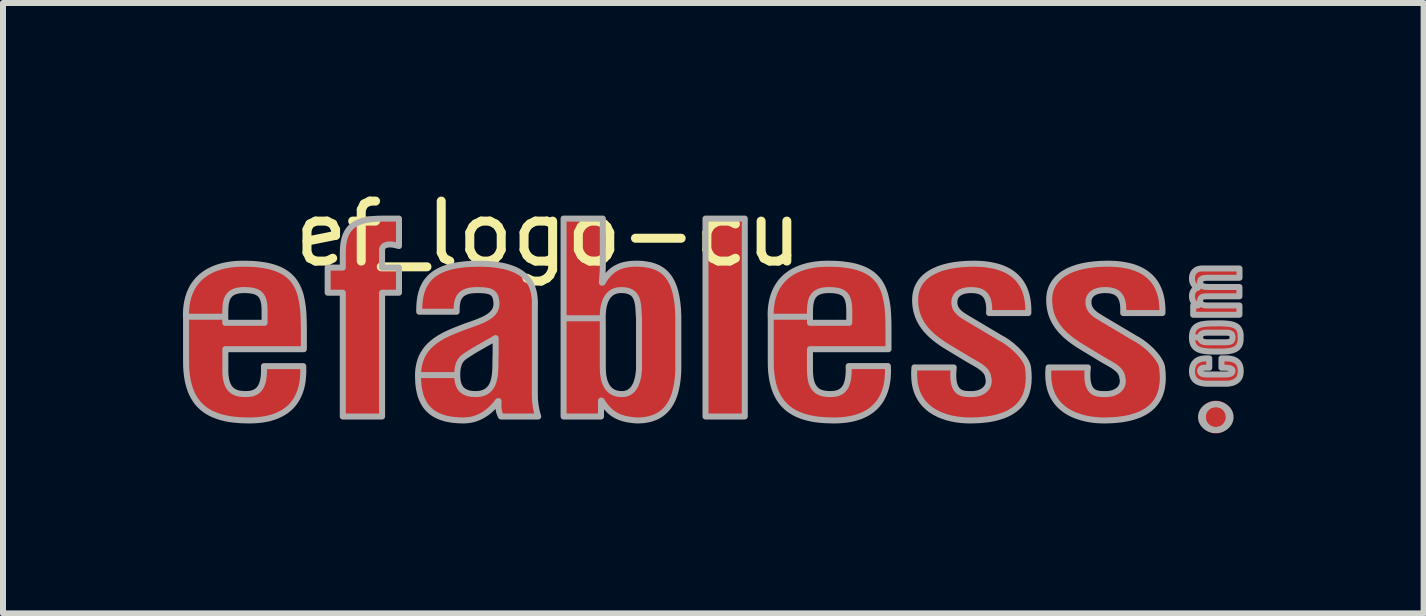
<source format=kicad_pcb>
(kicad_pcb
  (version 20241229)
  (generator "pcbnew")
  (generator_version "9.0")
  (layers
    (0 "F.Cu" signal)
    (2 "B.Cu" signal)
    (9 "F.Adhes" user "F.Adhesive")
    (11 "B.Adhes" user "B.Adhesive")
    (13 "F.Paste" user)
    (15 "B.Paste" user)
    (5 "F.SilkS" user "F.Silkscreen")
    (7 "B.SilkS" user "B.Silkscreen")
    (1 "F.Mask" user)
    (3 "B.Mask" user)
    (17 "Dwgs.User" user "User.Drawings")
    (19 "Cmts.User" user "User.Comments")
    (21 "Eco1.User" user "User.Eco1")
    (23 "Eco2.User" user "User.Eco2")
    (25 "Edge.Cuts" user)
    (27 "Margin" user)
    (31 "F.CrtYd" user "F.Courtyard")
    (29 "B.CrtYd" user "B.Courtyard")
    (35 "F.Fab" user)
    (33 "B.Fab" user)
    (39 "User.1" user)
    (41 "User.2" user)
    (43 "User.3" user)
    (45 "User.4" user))
  (footprint "ef_logo-cu"
    (layer "F.Cu")
    (at 6.092 1.348)
    (property "Reference" "ef_logo-cu" (at 0 -0.5 0) (unlocked yes) (layer "F.SilkS") (effects (font (size 1 1) (thickness 0.15))))
    (attr smd allow_soldermask_bridges)
    (fp_poly (pts (xy -0.169 2.546) (xy -0.169 2.546) (xy -0.169 2.546)) (stroke (width -0.000001) (type solid)) (fill yes) (layer "F.Cu"))
    (fp_poly (pts (xy 3.275 2.546) (xy 2.62 2.546) (xy 2.62 -0.754) (xy 3.275 -0.754)) (stroke (width -0.000001) (type solid)) (fill yes) (layer "F.Cu"))
    (fp_poly (pts (xy -2.49 -0.296) (xy -2.509 -0.301) (xy -2.529 -0.306) (xy -2.548 -0.31) (xy -2.567 -0.314) (xy -2.586 -0.318) (xy -2.603 -0.32) (xy -2.612 -0.321) (xy -2.62 -0.322) (xy -2.628 -0.322) (xy -2.636 -0.323) (xy -2.645 -0.322) (xy -2.653 -0.322) (xy -2.662 -0.322) (xy -2.669 -0.321) (xy -2.677 -0.32) (xy -2.684 -0.318) (xy -2.691 -0.317) (xy -2.698 -0.315) (xy -2.704 -0.314) (xy -2.71 -0.312) (xy -2.716 -0.309) (xy -2.721 -0.307) (xy -2.726 -0.304) (xy -2.731 -0.302) (xy -2.736 -0.299) (xy -2.74 -0.296) (xy -2.744 -0.292) (xy -2.748 -0.289) (xy -2.751 -0.285) (xy -2.754 -0.281) (xy -2.757 -0.278) (xy -2.76 -0.273) (xy -2.762 -0.269) (xy -2.764 -0.265) (xy -2.766 -0.26) (xy -2.768 -0.256) (xy -2.769 -0.251) (xy -2.77 -0.246) (xy -2.771 -0.241) (xy -2.772 -0.236) (xy -2.772 -0.231) (xy -2.772 -0.226) (xy -2.772 0.065) (xy -2.49 0.065) (xy -2.49 0.483) (xy -2.772 0.483) (xy -2.772 2.546) (xy -3.427 2.546) (xy -3.427 0.483) (xy -3.678 0.483) (xy -3.678 0.065) (xy -3.427 0.065) (xy -3.427 -0.182) (xy -3.424 -0.262) (xy -3.421 -0.299) (xy -3.417 -0.335) (xy -3.411 -0.369) (xy -3.404 -0.401) (xy -3.396 -0.432) (xy -3.386 -0.46) (xy -3.375 -0.488) (xy -3.363 -0.513) (xy -3.349 -0.537) (xy -3.335 -0.56) (xy -3.318 -0.581) (xy -3.301 -0.601) (xy -3.282 -0.619) (xy -3.261 -0.636) (xy -3.239 -0.652) (xy -3.216 -0.666) (xy -3.191 -0.679) (xy -3.165 -0.691) (xy -3.138 -0.702) (xy -3.109 -0.711) (xy -3.078 -0.72) (xy -3.046 -0.727) (xy -2.978 -0.739) (xy -2.904 -0.747) (xy -2.823 -0.752) (xy -2.737 -0.754) (xy -2.49 -0.754)) (stroke (width -0.000001) (type solid)) (fill yes) (layer "F.Cu"))
    (fp_poly (pts (xy 11.139 2.341) (xy 11.15 2.341) (xy 11.161 2.343) (xy 11.171 2.345) (xy 11.182 2.347) (xy 11.192 2.35) (xy 11.202 2.353) (xy 11.212 2.357) (xy 11.221 2.362) (xy 11.231 2.366) (xy 11.24 2.371) (xy 11.248 2.377) (xy 11.257 2.383) (xy 11.265 2.389) (xy 11.273 2.396) (xy 11.28 2.403) (xy 11.287 2.411) (xy 11.294 2.419) (xy 11.301 2.427) (xy 11.307 2.435) (xy 11.312 2.444) (xy 11.317 2.453) (xy 11.322 2.462) (xy 11.326 2.472) (xy 11.33 2.482) (xy 11.334 2.492) (xy 11.337 2.502) (xy 11.339 2.512) (xy 11.341 2.523) (xy 11.342 2.534) (xy 11.343 2.545) (xy 11.343 2.556) (xy 11.343 2.567) (xy 11.342 2.578) (xy 11.341 2.588) (xy 11.339 2.599) (xy 11.337 2.609) (xy 11.334 2.62) (xy 11.33 2.63) (xy 11.326 2.639) (xy 11.322 2.649) (xy 11.317 2.658) (xy 11.312 2.667) (xy 11.307 2.676) (xy 11.301 2.685) (xy 11.294 2.693) (xy 11.287 2.7) (xy 11.28 2.708) (xy 11.273 2.715) (xy 11.265 2.722) (xy 11.257 2.728) (xy 11.248 2.734) (xy 11.24 2.74) (xy 11.231 2.745) (xy 11.221 2.75) (xy 11.212 2.754) (xy 11.202 2.758) (xy 11.192 2.761) (xy 11.182 2.764) (xy 11.171 2.767) (xy 11.161 2.769) (xy 11.15 2.77) (xy 11.139 2.771) (xy 11.128 2.771) (xy 11.117 2.771) (xy 11.106 2.77) (xy 11.095 2.769) (xy 11.085 2.767) (xy 11.074 2.764) (xy 11.064 2.761) (xy 11.054 2.758) (xy 11.044 2.754) (xy 11.035 2.75) (xy 11.025 2.745) (xy 11.016 2.74) (xy 11.008 2.734) (xy 10.999 2.728) (xy 10.991 2.722) (xy 10.983 2.715) (xy 10.976 2.708) (xy 10.969 2.7) (xy 10.962 2.693) (xy 10.956 2.685) (xy 10.95 2.676) (xy 10.944 2.667) (xy 10.939 2.658) (xy 10.934 2.649) (xy 10.93 2.639) (xy 10.926 2.63) (xy 10.922 2.62) (xy 10.92 2.609) (xy 10.917 2.599) (xy 10.915 2.588) (xy 10.914 2.578) (xy 10.913 2.567) (xy 10.913 2.556) (xy 10.913 2.545) (xy 10.914 2.534) (xy 10.915 2.523) (xy 10.917 2.512) (xy 10.92 2.502) (xy 10.922 2.492) (xy 10.926 2.482) (xy 10.93 2.472) (xy 10.934 2.462) (xy 10.939 2.453) (xy 10.944 2.444) (xy 10.95 2.435) (xy 10.956 2.427) (xy 10.962 2.419) (xy 10.969 2.411) (xy 10.976 2.403) (xy 10.983 2.396) (xy 10.991 2.389) (xy 10.999 2.383) (xy 11.008 2.377) (xy 11.016 2.371) (xy 11.025 2.366) (xy 11.035 2.362) (xy 11.044 2.357) (xy 11.054 2.353) (xy 11.064 2.35) (xy 11.074 2.347) (xy 11.085 2.345) (xy 11.095 2.343) (xy 11.106 2.341) (xy 11.117 2.341) (xy 11.128 2.34)) (stroke (width 0.116) (type solid) (color 206 24 30 1)) (fill yes) (layer "F.Cu"))
    (fp_poly (pts (xy 11.141 2.341) (xy 11.153 2.341) (xy 11.166 2.343) (xy 11.178 2.345) (xy 11.19 2.347) (xy 11.201 2.35) (xy 11.213 2.353) (xy 11.224 2.357) (xy 11.235 2.362) (xy 11.246 2.366) (xy 11.256 2.371) (xy 11.266 2.377) (xy 11.276 2.383) (xy 11.285 2.389) (xy 11.294 2.396) (xy 11.302 2.403) (xy 11.311 2.411) (xy 11.318 2.419) (xy 11.326 2.427) (xy 11.333 2.435) (xy 11.339 2.444) (xy 11.345 2.453) (xy 11.35 2.462) (xy 11.355 2.472) (xy 11.36 2.482) (xy 11.364 2.492) (xy 11.367 2.502) (xy 11.37 2.512) (xy 11.372 2.523) (xy 11.373 2.534) (xy 11.374 2.545) (xy 11.375 2.556) (xy 11.374 2.567) (xy 11.373 2.578) (xy 11.372 2.588) (xy 11.37 2.599) (xy 11.367 2.61) (xy 11.364 2.62) (xy 11.36 2.63) (xy 11.355 2.64) (xy 11.35 2.649) (xy 11.345 2.658) (xy 11.339 2.667) (xy 11.333 2.676) (xy 11.326 2.685) (xy 11.318 2.693) (xy 11.311 2.701) (xy 11.302 2.708) (xy 11.294 2.715) (xy 11.285 2.722) (xy 11.276 2.728) (xy 11.266 2.734) (xy 11.256 2.74) (xy 11.246 2.745) (xy 11.235 2.75) (xy 11.224 2.754) (xy 11.213 2.758) (xy 11.201 2.761) (xy 11.19 2.764) (xy 11.178 2.767) (xy 11.166 2.769) (xy 11.153 2.77) (xy 11.141 2.771) (xy 11.128 2.771) (xy 11.115 2.771) (xy 11.103 2.77) (xy 11.091 2.769) (xy 11.078 2.767) (xy 11.066 2.764) (xy 11.055 2.761) (xy 11.043 2.758) (xy 11.032 2.754) (xy 11.021 2.75) (xy 11.011 2.745) (xy 11 2.74) (xy 10.99 2.734) (xy 10.981 2.728) (xy 10.971 2.722) (xy 10.962 2.715) (xy 10.954 2.708) (xy 10.946 2.701) (xy 10.938 2.693) (xy 10.93 2.685) (xy 10.924 2.676) (xy 10.917 2.667) (xy 10.911 2.658) (xy 10.906 2.649) (xy 10.901 2.64) (xy 10.896 2.63) (xy 10.893 2.62) (xy 10.889 2.61) (xy 10.887 2.599) (xy 10.884 2.588) (xy 10.883 2.578) (xy 10.882 2.567) (xy 10.882 2.556) (xy 10.882 2.545) (xy 10.883 2.534) (xy 10.884 2.523) (xy 10.887 2.512) (xy 10.889 2.502) (xy 10.893 2.492) (xy 10.896 2.482) (xy 10.901 2.472) (xy 10.906 2.462) (xy 10.911 2.453) (xy 10.917 2.444) (xy 10.924 2.435) (xy 10.93 2.427) (xy 10.938 2.419) (xy 10.946 2.411) (xy 10.954 2.403) (xy 10.962 2.396) (xy 10.971 2.389) (xy 10.981 2.383) (xy 10.99 2.377) (xy 11 2.371) (xy 11.01 2.366) (xy 11.021 2.362) (xy 11.032 2.357) (xy 11.043 2.353) (xy 11.055 2.35) (xy 11.066 2.347) (xy 11.078 2.345) (xy 11.091 2.343) (xy 11.103 2.341) (xy 11.115 2.341) (xy 11.128 2.34)) (stroke (width -0.000001) (type solid)) (fill yes) (layer "F.Cu"))
    (fp_poly (pts (xy 11.213 0.993) (xy 11.258 0.994) (xy 11.299 0.997) (xy 11.337 1.001) (xy 11.355 1.003) (xy 11.372 1.006) (xy 11.388 1.009) (xy 11.403 1.013) (xy 11.418 1.018) (xy 11.431 1.022) (xy 11.444 1.028) (xy 11.456 1.034) (xy 11.467 1.04) (xy 11.477 1.047) (xy 11.487 1.055) (xy 11.496 1.064) (xy 11.504 1.073) (xy 11.511 1.083) (xy 11.518 1.093) (xy 11.523 1.105) (xy 11.528 1.117) (xy 11.533 1.13) (xy 11.536 1.144) (xy 11.539 1.158) (xy 11.541 1.174) (xy 11.543 1.19) (xy 11.543 1.208) (xy 11.543 1.226) (xy 11.543 1.262) (xy 11.541 1.279) (xy 11.539 1.295) (xy 11.536 1.31) (xy 11.533 1.324) (xy 11.529 1.337) (xy 11.523 1.349) (xy 11.518 1.361) (xy 11.511 1.372) (xy 11.504 1.382) (xy 11.496 1.391) (xy 11.487 1.4) (xy 11.477 1.408) (xy 11.467 1.415) (xy 11.456 1.422) (xy 11.444 1.428) (xy 11.431 1.434) (xy 11.403 1.443) (xy 11.372 1.45) (xy 11.337 1.456) (xy 11.299 1.46) (xy 11.258 1.462) (xy 11.213 1.463) (xy 11.164 1.464) (xy 11.07 1.463) (xy 11.026 1.461) (xy 10.985 1.459) (xy 10.947 1.455) (xy 10.929 1.453) (xy 10.911 1.45) (xy 10.894 1.446) (xy 10.878 1.442) (xy 10.863 1.437) (xy 10.849 1.432) (xy 10.835 1.426) (xy 10.822 1.42) (xy 10.81 1.412) (xy 10.798 1.404) (xy 10.788 1.395) (xy 10.778 1.385) (xy 10.769 1.374) (xy 10.761 1.362) (xy 10.754 1.349) (xy 10.748 1.335) (xy 10.743 1.32) (xy 10.739 1.303) (xy 10.735 1.286) (xy 10.733 1.267) (xy 10.731 1.247) (xy 10.731 1.226) (xy 10.868 1.226) (xy 10.868 1.233) (xy 10.868 1.241) (xy 10.869 1.247) (xy 10.871 1.253) (xy 10.873 1.259) (xy 10.875 1.264) (xy 10.877 1.269) (xy 10.88 1.274) (xy 10.883 1.278) (xy 10.887 1.282) (xy 10.891 1.285) (xy 10.895 1.288) (xy 10.899 1.291) (xy 10.904 1.294) (xy 10.909 1.296) (xy 10.914 1.298) (xy 10.924 1.302) (xy 10.936 1.304) (xy 10.948 1.306) (xy 10.961 1.307) (xy 10.974 1.308) (xy 10.987 1.308) (xy 11.014 1.308) (xy 11.271 1.308) (xy 11.288 1.308) (xy 11.304 1.308) (xy 11.319 1.307) (xy 11.332 1.306) (xy 11.338 1.305) (xy 11.344 1.304) (xy 11.35 1.303) (xy 11.356 1.302) (xy 11.361 1.301) (xy 11.365 1.299) (xy 11.37 1.297) (xy 11.374 1.295) (xy 11.378 1.293) (xy 11.382 1.291) (xy 11.385 1.288) (xy 11.389 1.285) (xy 11.392 1.282) (xy 11.394 1.278) (xy 11.397 1.275) (xy 11.399 1.271) (xy 11.401 1.266) (xy 11.402 1.262) (xy 11.404 1.257) (xy 11.405 1.251) (xy 11.406 1.245) (xy 11.406 1.239) (xy 11.407 1.233) (xy 11.407 1.226) (xy 11.406 1.213) (xy 11.406 1.207) (xy 11.405 1.202) (xy 11.404 1.197) (xy 11.402 1.192) (xy 11.401 1.188) (xy 11.399 1.183) (xy 11.397 1.18) (xy 11.394 1.176) (xy 11.392 1.173) (xy 11.389 1.17) (xy 11.385 1.167) (xy 11.382 1.164) (xy 11.378 1.162) (xy 11.374 1.16) (xy 11.37 1.158) (xy 11.365 1.157) (xy 11.356 1.154) (xy 11.344 1.152) (xy 11.332 1.15) (xy 11.319 1.149) (xy 11.304 1.148) (xy 11.271 1.148) (xy 11.014 1.148) (xy 10.987 1.148) (xy 10.974 1.149) (xy 10.961 1.149) (xy 10.948 1.15) (xy 10.942 1.151) (xy 10.936 1.152) (xy 10.93 1.153) (xy 10.924 1.155) (xy 10.919 1.156) (xy 10.914 1.158) (xy 10.909 1.16) (xy 10.904 1.162) (xy 10.899 1.164) (xy 10.895 1.167) (xy 10.891 1.17) (xy 10.887 1.173) (xy 10.883 1.177) (xy 10.88 1.181) (xy 10.877 1.185) (xy 10.875 1.19) (xy 10.873 1.195) (xy 10.871 1.2) (xy 10.869 1.206) (xy 10.868 1.212) (xy 10.868 1.219) (xy 10.868 1.226) (xy 10.731 1.226) (xy 10.731 1.205) (xy 10.733 1.185) (xy 10.735 1.167) (xy 10.739 1.15) (xy 10.743 1.134) (xy 10.748 1.119) (xy 10.754 1.105) (xy 10.761 1.092) (xy 10.769 1.081) (xy 10.778 1.07) (xy 10.788 1.06) (xy 10.798 1.051) (xy 10.81 1.043) (xy 10.822 1.036) (xy 10.835 1.029) (xy 10.849 1.023) (xy 10.878 1.014) (xy 10.911 1.006) (xy 10.947 1.001) (xy 10.985 0.997) (xy 11.026 0.995) (xy 11.07 0.994) (xy 11.164 0.993)) (stroke (width -0.000001) (type solid)) (fill yes) (layer "F.Cu"))
    (fp_poly (pts (xy 11.523 0.234) (xy 11.002 0.234) (xy 10.988 0.234) (xy 10.976 0.234) (xy 10.963 0.235) (xy 10.951 0.236) (xy 10.939 0.237) (xy 10.933 0.238) (xy 10.927 0.239) (xy 10.922 0.24) (xy 10.917 0.242) (xy 10.912 0.243) (xy 10.907 0.245) (xy 10.902 0.247) (xy 10.898 0.249) (xy 10.894 0.252) (xy 10.89 0.254) (xy 10.886 0.257) (xy 10.883 0.261) (xy 10.88 0.264) (xy 10.877 0.268) (xy 10.874 0.272) (xy 10.872 0.276) (xy 10.871 0.28) (xy 10.869 0.285) (xy 10.868 0.29) (xy 10.868 0.296) (xy 10.867 0.302) (xy 10.867 0.308) (xy 10.868 0.314) (xy 10.869 0.32) (xy 10.87 0.325) (xy 10.871 0.331) (xy 10.873 0.335) (xy 10.875 0.34) (xy 10.877 0.344) (xy 10.88 0.349) (xy 10.882 0.352) (xy 10.885 0.356) (xy 10.889 0.359) (xy 10.892 0.362) (xy 10.896 0.365) (xy 10.9 0.368) (xy 10.904 0.37) (xy 10.909 0.373) (xy 10.919 0.376) (xy 10.93 0.38) (xy 10.942 0.382) (xy 10.955 0.384) (xy 10.968 0.385) (xy 10.983 0.386) (xy 10.999 0.387) (xy 11.015 0.387) (xy 11.523 0.387) (xy 11.523 0.542) (xy 10.992 0.542) (xy 10.979 0.542) (xy 10.967 0.543) (xy 10.955 0.543) (xy 10.943 0.544) (xy 10.932 0.545) (xy 10.927 0.546) (xy 10.922 0.547) (xy 10.917 0.549) (xy 10.912 0.55) (xy 10.908 0.552) (xy 10.904 0.554) (xy 10.899 0.556) (xy 10.895 0.558) (xy 10.892 0.56) (xy 10.888 0.563) (xy 10.885 0.566) (xy 10.882 0.569) (xy 10.879 0.573) (xy 10.877 0.576) (xy 10.875 0.581) (xy 10.873 0.585) (xy 10.871 0.59) (xy 10.87 0.595) (xy 10.869 0.6) (xy 10.868 0.606) (xy 10.868 0.612) (xy 10.867 0.619) (xy 10.868 0.625) (xy 10.868 0.632) (xy 10.869 0.637) (xy 10.871 0.643) (xy 10.872 0.648) (xy 10.874 0.653) (xy 10.877 0.657) (xy 10.879 0.661) (xy 10.882 0.665) (xy 10.885 0.669) (xy 10.889 0.672) (xy 10.892 0.675) (xy 10.896 0.678) (xy 10.901 0.68) (xy 10.905 0.682) (xy 10.91 0.684) (xy 10.92 0.688) (xy 10.932 0.69) (xy 10.944 0.692) (xy 10.957 0.694) (xy 10.97 0.694) (xy 10.985 0.695) (xy 11.015 0.695) (xy 11.523 0.695) (xy 11.523 0.851) (xy 10.751 0.851) (xy 10.751 0.695) (xy 10.831 0.695) (xy 10.831 0.693) (xy 10.823 0.689) (xy 10.816 0.686) (xy 10.809 0.682) (xy 10.802 0.678) (xy 10.796 0.675) (xy 10.79 0.67) (xy 10.785 0.666) (xy 10.78 0.662) (xy 10.775 0.658) (xy 10.77 0.653) (xy 10.766 0.648) (xy 10.763 0.644) (xy 10.759 0.639) (xy 10.756 0.634) (xy 10.753 0.629) (xy 10.75 0.624) (xy 10.745 0.614) (xy 10.741 0.604) (xy 10.738 0.594) (xy 10.736 0.584) (xy 10.734 0.574) (xy 10.732 0.564) (xy 10.732 0.554) (xy 10.731 0.544) (xy 10.731 0.533) (xy 10.732 0.522) (xy 10.733 0.511) (xy 10.736 0.499) (xy 10.739 0.488) (xy 10.741 0.482) (xy 10.743 0.476) (xy 10.745 0.471) (xy 10.747 0.465) (xy 10.75 0.46) (xy 10.753 0.455) (xy 10.756 0.45) (xy 10.759 0.445) (xy 10.763 0.44) (xy 10.767 0.435) (xy 10.771 0.431) (xy 10.775 0.427) (xy 10.78 0.423) (xy 10.784 0.419) (xy 10.789 0.415) (xy 10.794 0.412) (xy 10.8 0.409) (xy 10.805 0.407) (xy 10.811 0.405) (xy 10.818 0.403) (xy 10.824 0.401) (xy 10.831 0.4) (xy 10.818 0.394) (xy 10.807 0.387) (xy 10.797 0.38) (xy 10.787 0.373) (xy 10.778 0.365) (xy 10.77 0.357) (xy 10.762 0.348) (xy 10.756 0.339) (xy 10.75 0.329) (xy 10.745 0.318) (xy 10.741 0.307) (xy 10.737 0.296) (xy 10.734 0.283) (xy 10.732 0.271) (xy 10.731 0.257) (xy 10.731 0.243) (xy 10.731 0.233) (xy 10.732 0.223) (xy 10.733 0.213) (xy 10.735 0.203) (xy 10.737 0.194) (xy 10.739 0.186) (xy 10.742 0.177) (xy 10.745 0.169) (xy 10.749 0.162) (xy 10.752 0.154) (xy 10.757 0.147) (xy 10.761 0.141) (xy 10.766 0.135) (xy 10.771 0.129) (xy 10.776 0.123) (xy 10.782 0.118) (xy 10.788 0.113) (xy 10.794 0.108) (xy 10.8 0.104) (xy 10.807 0.1) (xy 10.814 0.097) (xy 10.821 0.094) (xy 10.828 0.091) (xy 10.835 0.088) (xy 10.842 0.086) (xy 10.849 0.084) (xy 10.864 0.081) (xy 10.88 0.079) (xy 10.895 0.078) (xy 11.523 0.078)) (stroke (width -0.000001) (type solid)) (fill yes) (layer "F.Cu"))
    (fp_poly (pts (xy 0.909 0.038) (xy 0.908 0.068) (xy 0.907 0.098) (xy 0.903 0.162) (xy 0.898 0.233) (xy 0.896 0.273) (xy 0.893 0.315) (xy 0.904 0.315) (xy 0.929 0.273) (xy 0.955 0.233) (xy 0.982 0.198) (xy 1.011 0.165) (xy 1.041 0.136) (xy 1.073 0.11) (xy 1.106 0.086) (xy 1.141 0.066) (xy 1.177 0.049) (xy 1.216 0.034) (xy 1.256 0.022) (xy 1.298 0.013) (xy 1.342 0.006) (xy 1.388 0.001) (xy 1.437 -0.001) (xy 1.488 -0.001) (xy 1.565 0.003) (xy 1.638 0.011) (xy 1.706 0.025) (xy 1.77 0.044) (xy 1.8 0.056) (xy 1.83 0.069) (xy 1.858 0.084) (xy 1.884 0.101) (xy 1.91 0.12) (xy 1.935 0.14) (xy 1.958 0.162) (xy 1.98 0.186) (xy 2.001 0.212) (xy 2.021 0.24) (xy 2.04 0.27) (xy 2.057 0.303) (xy 2.073 0.337) (xy 2.088 0.374) (xy 2.102 0.413) (xy 2.114 0.455) (xy 2.125 0.499) (xy 2.135 0.545) (xy 2.151 0.645) (xy 2.162 0.756) (xy 2.167 0.879) (xy 2.167 1.776) (xy 2.163 1.851) (xy 2.157 1.926) (xy 2.146 2) (xy 2.133 2.074) (xy 2.115 2.145) (xy 2.104 2.18) (xy 2.092 2.215) (xy 2.078 2.248) (xy 2.063 2.28) (xy 2.047 2.312) (xy 2.029 2.342) (xy 2.01 2.372) (xy 1.989 2.4) (xy 1.967 2.427) (xy 1.942 2.452) (xy 1.916 2.476) (xy 1.888 2.498) (xy 1.858 2.518) (xy 1.825 2.537) (xy 1.791 2.554) (xy 1.755 2.569) (xy 1.716 2.582) (xy 1.675 2.592) (xy 1.632 2.601) (xy 1.586 2.607) (xy 1.538 2.611) (xy 1.488 2.612) (xy 1.438 2.609) (xy 1.39 2.604) (xy 1.344 2.598) (xy 1.3 2.589) (xy 1.258 2.579) (xy 1.237 2.573) (xy 1.217 2.567) (xy 1.197 2.56) (xy 1.178 2.552) (xy 1.159 2.543) (xy 1.141 2.534) (xy 1.123 2.525) (xy 1.105 2.514) (xy 1.088 2.503) (xy 1.07 2.491) (xy 1.054 2.479) (xy 1.037 2.465) (xy 1.021 2.451) (xy 1.005 2.436) (xy 0.99 2.42) (xy 0.975 2.403) (xy 0.96 2.385) (xy 0.945 2.366) (xy 0.93 2.347) (xy 0.916 2.326) (xy 0.902 2.305) (xy 0.888 2.282) (xy 0.878 2.282) (xy 0.878 2.546) (xy 0.254 2.546) (xy 0.254 0.908) (xy 0.906 0.908) (xy 0.908 0.989) (xy 0.909 0.989) (xy 0.909 1.732) (xy 0.909 1.759) (xy 0.91 1.784) (xy 0.911 1.809) (xy 0.914 1.833) (xy 0.916 1.857) (xy 0.92 1.879) (xy 0.924 1.901) (xy 0.928 1.922) (xy 0.934 1.942) (xy 0.94 1.961) (xy 0.946 1.979) (xy 0.953 1.997) (xy 0.961 2.014) (xy 0.969 2.03) (xy 0.978 2.045) (xy 0.988 2.059) (xy 0.998 2.073) (xy 1.009 2.086) (xy 1.02 2.097) (xy 1.032 2.108) (xy 1.045 2.118) (xy 1.058 2.128) (xy 1.072 2.136) (xy 1.087 2.144) (xy 1.102 2.15) (xy 1.118 2.156) (xy 1.134 2.161) (xy 1.151 2.165) (xy 1.169 2.168) (xy 1.187 2.17) (xy 1.206 2.172) (xy 1.226 2.172) (xy 1.244 2.172) (xy 1.262 2.17) (xy 1.279 2.167) (xy 1.295 2.164) (xy 1.311 2.159) (xy 1.326 2.153) (xy 1.34 2.146) (xy 1.353 2.139) (xy 1.366 2.13) (xy 1.379 2.121) (xy 1.39 2.111) (xy 1.401 2.1) (xy 1.411 2.088) (xy 1.421 2.075) (xy 1.43 2.062) (xy 1.439 2.048) (xy 1.455 2.018) (xy 1.468 1.985) (xy 1.48 1.95) (xy 1.49 1.912) (xy 1.498 1.873) (xy 1.504 1.832) (xy 1.509 1.789) (xy 1.513 1.745) (xy 1.513 0.918) (xy 1.501 0.739) (xy 1.497 0.698) (xy 1.491 0.658) (xy 1.487 0.639) (xy 1.483 0.621) (xy 1.478 0.603) (xy 1.472 0.586) (xy 1.465 0.57) (xy 1.458 0.554) (xy 1.449 0.539) (xy 1.439 0.525) (xy 1.429 0.512) (xy 1.417 0.5) (xy 1.403 0.489) (xy 1.389 0.479) (xy 1.373 0.47) (xy 1.355 0.462) (xy 1.336 0.455) (xy 1.316 0.449) (xy 1.293 0.445) (xy 1.269 0.441) (xy 1.243 0.439) (xy 1.216 0.439) (xy 1.188 0.44) (xy 1.161 0.443) (xy 1.137 0.447) (xy 1.114 0.454) (xy 1.092 0.462) (xy 1.072 0.472) (xy 1.054 0.484) (xy 1.037 0.497) (xy 1.021 0.511) (xy 1.006 0.526) (xy 0.993 0.543) (xy 0.981 0.56) (xy 0.97 0.579) (xy 0.96 0.598) (xy 0.951 0.619) (xy 0.943 0.639) (xy 0.93 0.683) (xy 0.92 0.728) (xy 0.913 0.773) (xy 0.909 0.819) (xy 0.907 0.864) (xy 0.906 0.908) (xy 0.254 0.908) (xy 0.254 -0.754) (xy 0.909 -0.754)) (stroke (width -0.000001) (type solid)) (fill yes) (layer "F.Cu"))
    (fp_poly (pts (xy 11.019 1.733) (xy 10.933 1.733) (xy 10.925 1.733) (xy 10.922 1.734) (xy 10.918 1.734) (xy 10.915 1.735) (xy 10.911 1.736) (xy 10.908 1.737) (xy 10.905 1.737) (xy 10.902 1.738) (xy 10.899 1.74) (xy 10.896 1.741) (xy 10.894 1.742) (xy 10.891 1.743) (xy 10.889 1.745) (xy 10.887 1.746) (xy 10.884 1.748) (xy 10.882 1.75) (xy 10.881 1.752) (xy 10.879 1.753) (xy 10.877 1.756) (xy 10.876 1.758) (xy 10.874 1.76) (xy 10.873 1.762) (xy 10.872 1.764) (xy 10.871 1.767) (xy 10.87 1.769) (xy 10.869 1.772) (xy 10.869 1.775) (xy 10.868 1.778) (xy 10.868 1.781) (xy 10.868 1.784) (xy 10.867 1.787) (xy 10.868 1.792) (xy 10.868 1.797) (xy 10.87 1.802) (xy 10.871 1.806) (xy 10.873 1.811) (xy 10.875 1.814) (xy 10.878 1.818) (xy 10.881 1.821) (xy 10.885 1.824) (xy 10.888 1.827) (xy 10.893 1.83) (xy 10.897 1.832) (xy 10.907 1.836) (xy 10.918 1.839) (xy 10.931 1.841) (xy 10.944 1.843) (xy 10.958 1.844) (xy 10.973 1.845) (xy 11.005 1.846) (xy 11.04 1.845) (xy 11.222 1.845) (xy 11.249 1.846) (xy 11.273 1.846) (xy 11.284 1.846) (xy 11.294 1.845) (xy 11.304 1.845) (xy 11.313 1.844) (xy 11.322 1.843) (xy 11.33 1.843) (xy 11.338 1.842) (xy 11.345 1.841) (xy 11.351 1.839) (xy 11.357 1.838) (xy 11.363 1.836) (xy 11.368 1.835) (xy 11.373 1.833) (xy 11.377 1.831) (xy 11.381 1.829) (xy 11.385 1.827) (xy 11.388 1.824) (xy 11.391 1.822) (xy 11.394 1.819) (xy 11.396 1.816) (xy 11.398 1.813) (xy 11.4 1.81) (xy 11.402 1.806) (xy 11.403 1.803) (xy 11.404 1.799) (xy 11.405 1.795) (xy 11.406 1.791) (xy 11.407 1.787) (xy 11.406 1.782) (xy 11.406 1.778) (xy 11.405 1.774) (xy 11.404 1.771) (xy 11.403 1.767) (xy 11.401 1.764) (xy 11.399 1.761) (xy 11.397 1.759) (xy 11.395 1.756) (xy 11.392 1.754) (xy 11.389 1.752) (xy 11.386 1.75) (xy 11.383 1.748) (xy 11.38 1.746) (xy 11.372 1.744) (xy 11.364 1.741) (xy 11.356 1.739) (xy 11.346 1.738) (xy 11.337 1.736) (xy 11.316 1.734) (xy 11.293 1.733) (xy 11.222 1.733) (xy 11.222 1.577) (xy 11.293 1.577) (xy 11.322 1.578) (xy 11.35 1.58) (xy 11.363 1.582) (xy 11.376 1.584) (xy 11.388 1.586) (xy 11.4 1.589) (xy 11.412 1.592) (xy 11.423 1.596) (xy 11.433 1.6) (xy 11.443 1.604) (xy 11.453 1.609) (xy 11.462 1.614) (xy 11.471 1.62) (xy 11.479 1.626) (xy 11.487 1.633) (xy 11.494 1.64) (xy 11.501 1.647) (xy 11.507 1.655) (xy 11.513 1.664) (xy 11.518 1.672) (xy 11.523 1.682) (xy 11.527 1.692) (xy 11.531 1.702) (xy 11.534 1.713) (xy 11.537 1.725) (xy 11.539 1.737) (xy 11.541 1.749) (xy 11.542 1.762) (xy 11.543 1.776) (xy 11.543 1.79) (xy 11.542 1.815) (xy 11.539 1.839) (xy 11.537 1.85) (xy 11.534 1.861) (xy 11.531 1.872) (xy 11.527 1.882) (xy 11.523 1.892) (xy 11.518 1.901) (xy 11.512 1.91) (xy 11.506 1.919) (xy 11.5 1.927) (xy 11.492 1.935) (xy 11.484 1.942) (xy 11.476 1.949) (xy 11.467 1.956) (xy 11.457 1.962) (xy 11.447 1.967) (xy 11.436 1.973) (xy 11.425 1.978) (xy 11.413 1.982) (xy 11.4 1.986) (xy 11.386 1.989) (xy 11.372 1.992) (xy 11.358 1.995) (xy 11.326 1.999) (xy 11.292 2.001) (xy 11.255 2) (xy 11.004 2) (xy 10.985 2) (xy 10.966 2) (xy 10.948 1.998) (xy 10.931 1.997) (xy 10.914 1.994) (xy 10.899 1.992) (xy 10.884 1.988) (xy 10.87 1.985) (xy 10.857 1.981) (xy 10.845 1.976) (xy 10.834 1.971) (xy 10.823 1.966) (xy 10.813 1.96) (xy 10.803 1.954) (xy 10.795 1.947) (xy 10.787 1.94) (xy 10.779 1.933) (xy 10.772 1.925) (xy 10.766 1.917) (xy 10.76 1.909) (xy 10.755 1.9) (xy 10.751 1.892) (xy 10.747 1.882) (xy 10.743 1.873) (xy 10.74 1.863) (xy 10.738 1.854) (xy 10.735 1.843) (xy 10.734 1.833) (xy 10.732 1.812) (xy 10.731 1.79) (xy 10.731 1.776) (xy 10.732 1.762) (xy 10.734 1.749) (xy 10.736 1.736) (xy 10.739 1.724) (xy 10.742 1.712) (xy 10.746 1.701) (xy 10.75 1.691) (xy 10.755 1.681) (xy 10.76 1.671) (xy 10.766 1.662) (xy 10.772 1.654) (xy 10.779 1.646) (xy 10.786 1.638) (xy 10.793 1.631) (xy 10.801 1.625) (xy 10.809 1.619) (xy 10.818 1.613) (xy 10.827 1.608) (xy 10.836 1.603) (xy 10.845 1.599) (xy 10.854 1.595) (xy 10.874 1.588) (xy 10.894 1.583) (xy 10.915 1.58) (xy 10.936 1.578) (xy 10.958 1.577) (xy 11.019 1.577)) (stroke (width -0.000001) (type solid)) (fill yes) (layer "F.Cu"))
    (fp_poly (pts (xy -5 0) (xy -4.922 0.004) (xy -4.848 0.01) (xy -4.778 0.018) (xy -4.713 0.029) (xy -4.652 0.041) (xy -4.595 0.057) (xy -4.541 0.074) (xy -4.492 0.094) (xy -4.446 0.115) (xy -4.403 0.139) (xy -4.364 0.165) (xy -4.328 0.194) (xy -4.295 0.224) (xy -4.265 0.256) (xy -4.238 0.29) (xy -4.213 0.326) (xy -4.191 0.365) (xy -4.172 0.405) (xy -4.154 0.447) (xy -4.139 0.491) (xy -4.126 0.537) (xy -4.105 0.634) (xy -4.091 0.738) (xy -4.082 0.848) (xy -4.077 0.966) (xy -4.076 1.09) (xy -4.076 1.424) (xy -5.385 1.424) (xy -5.385 1.785) (xy -5.384 1.815) (xy -5.383 1.843) (xy -5.38 1.87) (xy -5.377 1.895) (xy -5.373 1.919) (xy -5.369 1.942) (xy -5.363 1.963) (xy -5.357 1.983) (xy -5.351 2.001) (xy -5.343 2.019) (xy -5.335 2.035) (xy -5.326 2.05) (xy -5.317 2.065) (xy -5.307 2.078) (xy -5.297 2.09) (xy -5.286 2.101) (xy -5.274 2.111) (xy -5.262 2.12) (xy -5.249 2.128) (xy -5.236 2.135) (xy -5.222 2.142) (xy -5.208 2.148) (xy -5.194 2.153) (xy -5.178 2.157) (xy -5.163 2.161) (xy -5.147 2.164) (xy -5.114 2.169) (xy -5.079 2.171) (xy -5.043 2.172) (xy -5.021 2.172) (xy -4.999 2.17) (xy -4.979 2.168) (xy -4.96 2.165) (xy -4.942 2.161) (xy -4.924 2.156) (xy -4.908 2.15) (xy -4.892 2.143) (xy -4.878 2.135) (xy -4.864 2.127) (xy -4.851 2.117) (xy -4.838 2.107) (xy -4.827 2.096) (xy -4.816 2.083) (xy -4.806 2.07) (xy -4.797 2.056) (xy -4.789 2.041) (xy -4.781 2.025) (xy -4.774 2.008) (xy -4.768 1.991) (xy -4.758 1.952) (xy -4.75 1.91) (xy -4.744 1.865) (xy -4.741 1.815) (xy -4.74 1.762) (xy -4.741 1.706) (xy -4.086 1.706) (xy -4.085 1.807) (xy -4.09 1.904) (xy -4.096 1.95) (xy -4.103 1.995) (xy -4.112 2.039) (xy -4.123 2.081) (xy -4.136 2.122) (xy -4.15 2.162) (xy -4.167 2.2) (xy -4.185 2.236) (xy -4.206 2.271) (xy -4.228 2.305) (xy -4.252 2.336) (xy -4.279 2.367) (xy -4.307 2.395) (xy -4.338 2.422) (xy -4.37 2.448) (xy -4.405 2.471) (xy -4.442 2.493) (xy -4.48 2.513) (xy -4.522 2.532) (xy -4.565 2.548) (xy -4.61 2.563) (xy -4.658 2.576) (xy -4.708 2.587) (xy -4.76 2.596) (xy -4.815 2.603) (xy -4.872 2.608) (xy -4.931 2.611) (xy -4.992 2.612) (xy -5.129 2.608) (xy -5.193 2.604) (xy -5.255 2.597) (xy -5.314 2.589) (xy -5.371 2.578) (xy -5.425 2.566) (xy -5.477 2.552) (xy -5.526 2.536) (xy -5.573 2.517) (xy -5.618 2.497) (xy -5.66 2.475) (xy -5.7 2.45) (xy -5.737 2.424) (xy -5.772 2.395) (xy -5.805 2.365) (xy -5.836 2.332) (xy -5.864 2.297) (xy -5.89 2.26) (xy -5.914 2.22) (xy -5.936 2.179) (xy -5.956 2.135) (xy -5.973 2.089) (xy -5.989 2.04) (xy -6.002 1.99) (xy -6.013 1.937) (xy -6.023 1.882) (xy -6.03 1.824) (xy -6.035 1.764) (xy -6.039 1.701) (xy -6.04 1.569) (xy -6.04 0.918) (xy -6.042 0.864) (xy -6.041 0.812) (xy -6.04 0.799) (xy -5.385 0.799) (xy -5.385 0.883) (xy -5.385 0.984) (xy -4.731 0.984) (xy -4.731 0.769) (xy -4.733 0.724) (xy -4.736 0.682) (xy -4.742 0.645) (xy -4.745 0.628) (xy -4.75 0.611) (xy -4.754 0.596) (xy -4.76 0.581) (xy -4.766 0.567) (xy -4.772 0.554) (xy -4.78 0.542) (xy -4.788 0.53) (xy -4.796 0.52) (xy -4.806 0.51) (xy -4.816 0.5) (xy -4.827 0.492) (xy -4.839 0.484) (xy -4.851 0.477) (xy -4.865 0.471) (xy -4.879 0.465) (xy -4.894 0.46) (xy -4.91 0.455) (xy -4.927 0.451) (xy -4.945 0.448) (xy -4.984 0.443) (xy -5.026 0.44) (xy -5.073 0.439) (xy -5.103 0.439) (xy -5.131 0.441) (xy -5.156 0.444) (xy -5.181 0.449) (xy -5.203 0.454) (xy -5.224 0.46) (xy -5.243 0.468) (xy -5.26 0.477) (xy -5.276 0.486) (xy -5.291 0.497) (xy -5.304 0.508) (xy -5.316 0.52) (xy -5.326 0.533) (xy -5.336 0.547) (xy -5.345 0.561) (xy -5.352 0.577) (xy -5.358 0.593) (xy -5.364 0.609) (xy -5.373 0.644) (xy -5.379 0.68) (xy -5.383 0.719) (xy -5.385 0.759) (xy -5.385 0.799) (xy -6.04 0.799) (xy -6.039 0.76) (xy -6.034 0.711) (xy -6.027 0.663) (xy -6.018 0.616) (xy -6.007 0.571) (xy -5.994 0.528) (xy -5.978 0.486) (xy -5.961 0.446) (xy -5.942 0.407) (xy -5.92 0.37) (xy -5.897 0.335) (xy -5.871 0.301) (xy -5.844 0.269) (xy -5.814 0.239) (xy -5.783 0.211) (xy -5.75 0.184) (xy -5.714 0.159) (xy -5.677 0.135) (xy -5.638 0.114) (xy -5.597 0.094) (xy -5.554 0.076) (xy -5.509 0.06) (xy -5.462 0.046) (xy -5.413 0.034) (xy -5.363 0.023) (xy -5.31 0.014) (xy -5.256 0.008) (xy -5.2 0.003) (xy -5.143 -0.00023) (xy -5.083 -0.001)) (stroke (width -0.000001) (type solid)) (fill yes) (layer "F.Cu"))
    (fp_poly (pts (xy 4.748 0.000096) (xy 4.826 0.004) (xy 4.9 0.01) (xy 4.97 0.018) (xy 5.035 0.029) (xy 5.096 0.042) (xy 5.153 0.057) (xy 5.206 0.074) (xy 5.256 0.094) (xy 5.302 0.115) (xy 5.345 0.139) (xy 5.384 0.165) (xy 5.42 0.194) (xy 5.453 0.224) (xy 5.483 0.256) (xy 5.51 0.29) (xy 5.534 0.327) (xy 5.556 0.365) (xy 5.576 0.405) (xy 5.593 0.447) (xy 5.608 0.491) (xy 5.622 0.537) (xy 5.642 0.634) (xy 5.657 0.738) (xy 5.666 0.848) (xy 5.67 0.966) (xy 5.672 1.09) (xy 5.672 1.424) (xy 4.363 1.424) (xy 4.363 1.785) (xy 4.363 1.815) (xy 4.365 1.843) (xy 4.367 1.87) (xy 4.371 1.895) (xy 4.375 1.919) (xy 4.379 1.942) (xy 4.385 1.963) (xy 4.391 1.983) (xy 4.397 2.001) (xy 4.405 2.019) (xy 4.413 2.035) (xy 4.421 2.05) (xy 4.431 2.065) (xy 4.44 2.078) (xy 4.451 2.09) (xy 4.462 2.101) (xy 4.474 2.111) (xy 4.486 2.12) (xy 4.498 2.128) (xy 4.512 2.135) (xy 4.525 2.142) (xy 4.54 2.148) (xy 4.554 2.153) (xy 4.569 2.157) (xy 4.585 2.161) (xy 4.601 2.164) (xy 4.634 2.169) (xy 4.669 2.171) (xy 4.705 2.172) (xy 4.727 2.172) (xy 4.748 2.17) (xy 4.768 2.168) (xy 4.788 2.165) (xy 4.806 2.161) (xy 4.823 2.156) (xy 4.84 2.15) (xy 4.856 2.143) (xy 4.87 2.135) (xy 4.884 2.127) (xy 4.897 2.117) (xy 4.909 2.107) (xy 4.921 2.096) (xy 4.931 2.083) (xy 4.941 2.07) (xy 4.95 2.056) (xy 4.959 2.041) (xy 4.966 2.025) (xy 4.973 2.008) (xy 4.98 1.991) (xy 4.99 1.952) (xy 4.998 1.91) (xy 5.004 1.865) (xy 5.007 1.815) (xy 5.008 1.762) (xy 5.007 1.706) (xy 5.662 1.706) (xy 5.663 1.807) (xy 5.657 1.904) (xy 5.652 1.95) (xy 5.645 1.995) (xy 5.636 2.039) (xy 5.625 2.081) (xy 5.612 2.122) (xy 5.598 2.161) (xy 5.581 2.2) (xy 5.563 2.236) (xy 5.542 2.271) (xy 5.52 2.304) (xy 5.495 2.336) (xy 5.469 2.367) (xy 5.441 2.395) (xy 5.41 2.422) (xy 5.378 2.448) (xy 5.343 2.471) (xy 5.306 2.493) (xy 5.267 2.513) (xy 5.226 2.532) (xy 5.183 2.548) (xy 5.138 2.563) (xy 5.09 2.576) (xy 5.04 2.587) (xy 4.988 2.596) (xy 4.933 2.603) (xy 4.876 2.608) (xy 4.817 2.611) (xy 4.755 2.612) (xy 4.619 2.608) (xy 4.555 2.604) (xy 4.493 2.597) (xy 4.434 2.589) (xy 4.377 2.578) (xy 4.323 2.566) (xy 4.271 2.552) (xy 4.222 2.536) (xy 4.175 2.517) (xy 4.13 2.497) (xy 4.088 2.475) (xy 4.048 2.45) (xy 4.011 2.424) (xy 3.976 2.395) (xy 3.943 2.365) (xy 3.912 2.332) (xy 3.884 2.297) (xy 3.858 2.26) (xy 3.834 2.22) (xy 3.812 2.179) (xy 3.792 2.135) (xy 3.775 2.089) (xy 3.759 2.04) (xy 3.746 1.99) (xy 3.734 1.937) (xy 3.725 1.881) (xy 3.718 1.824) (xy 3.712 1.764) (xy 3.709 1.701) (xy 3.708 1.569) (xy 3.708 1.569) (xy 3.708 0.918) (xy 3.706 0.864) (xy 3.707 0.812) (xy 3.707 0.799) (xy 4.363 0.799) (xy 4.363 0.883) (xy 4.363 0.984) (xy 5.017 0.984) (xy 5.017 0.769) (xy 5.015 0.724) (xy 5.012 0.682) (xy 5.006 0.645) (xy 5.003 0.628) (xy 4.998 0.611) (xy 4.994 0.596) (xy 4.988 0.581) (xy 4.982 0.567) (xy 4.976 0.554) (xy 4.968 0.542) (xy 4.96 0.53) (xy 4.952 0.52) (xy 4.942 0.51) (xy 4.932 0.5) (xy 4.921 0.492) (xy 4.909 0.484) (xy 4.897 0.477) (xy 4.883 0.47) (xy 4.869 0.465) (xy 4.854 0.459) (xy 4.838 0.455) (xy 4.821 0.451) (xy 4.803 0.448) (xy 4.764 0.443) (xy 4.722 0.44) (xy 4.675 0.439) (xy 4.645 0.439) (xy 4.617 0.441) (xy 4.591 0.444) (xy 4.567 0.449) (xy 4.545 0.454) (xy 4.524 0.46) (xy 4.505 0.468) (xy 4.488 0.476) (xy 4.472 0.486) (xy 4.457 0.496) (xy 4.444 0.508) (xy 4.432 0.52) (xy 4.421 0.533) (xy 4.412 0.547) (xy 4.403 0.561) (xy 4.396 0.577) (xy 4.389 0.593) (xy 4.384 0.609) (xy 4.375 0.644) (xy 4.369 0.681) (xy 4.365 0.719) (xy 4.363 0.759) (xy 4.363 0.799) (xy 3.707 0.799) (xy 3.709 0.76) (xy 3.714 0.711) (xy 3.721 0.663) (xy 3.73 0.616) (xy 3.741 0.571) (xy 3.754 0.528) (xy 3.769 0.486) (xy 3.787 0.446) (xy 3.806 0.407) (xy 3.827 0.37) (xy 3.851 0.335) (xy 3.876 0.301) (xy 3.904 0.269) (xy 3.933 0.239) (xy 3.965 0.211) (xy 3.998 0.184) (xy 4.033 0.159) (xy 4.071 0.136) (xy 4.11 0.114) (xy 4.151 0.094) (xy 4.194 0.076) (xy 4.239 0.06) (xy 4.286 0.046) (xy 4.334 0.034) (xy 4.385 0.023) (xy 4.437 0.014) (xy 4.491 0.008) (xy 4.547 0.003) (xy 4.605 -0.000134) (xy 4.665 -0.001)) (stroke (width -0.000001) (type solid)) (fill yes) (layer "F.Cu"))
    (fp_poly (pts (xy -1.08 -0.000024) (xy -1.003 0.003) (xy -0.932 0.009) (xy -0.864 0.017) (xy -0.801 0.027) (xy -0.743 0.039) (xy -0.688 0.052) (xy -0.637 0.068) (xy -0.59 0.085) (xy -0.547 0.104) (xy -0.507 0.124) (xy -0.47 0.145) (xy -0.437 0.168) (xy -0.407 0.192) (xy -0.379 0.218) (xy -0.355 0.244) (xy -0.333 0.271) (xy -0.313 0.299) (xy -0.296 0.328) (xy -0.281 0.358) (xy -0.268 0.388) (xy -0.258 0.419) (xy -0.249 0.45) (xy -0.241 0.481) (xy -0.231 0.545) (xy -0.225 0.608) (xy -0.223 0.672) (xy -0.224 0.733) (xy -0.224 2.198) (xy -0.224 2.221) (xy -0.223 2.243) (xy -0.221 2.287) (xy -0.216 2.33) (xy -0.21 2.374) (xy -0.202 2.417) (xy -0.193 2.46) (xy -0.182 2.503) (xy -0.169 2.546) (xy -0.788 2.546) (xy -0.796 2.531) (xy -0.804 2.516) (xy -0.81 2.5) (xy -0.815 2.485) (xy -0.82 2.469) (xy -0.824 2.454) (xy -0.827 2.438) (xy -0.829 2.422) (xy -0.831 2.405) (xy -0.832 2.389) (xy -0.833 2.373) (xy -0.833 2.357) (xy -0.832 2.34) (xy -0.832 2.324) (xy -0.83 2.307) (xy -0.829 2.291) (xy -0.839 2.291) (xy -0.868 2.328) (xy -0.898 2.364) (xy -0.929 2.397) (xy -0.961 2.428) (xy -0.994 2.457) (xy -1.028 2.483) (xy -1.063 2.507) (xy -1.099 2.529) (xy -1.136 2.548) (xy -1.174 2.565) (xy -1.212 2.579) (xy -1.251 2.591) (xy -1.29 2.6) (xy -1.331 2.607) (xy -1.371 2.611) (xy -1.413 2.612) (xy -1.508 2.609) (xy -1.554 2.606) (xy -1.597 2.601) (xy -1.639 2.595) (xy -1.679 2.587) (xy -1.718 2.578) (xy -1.755 2.568) (xy -1.79 2.556) (xy -1.823 2.542) (xy -1.855 2.527) (xy -1.886 2.511) (xy -1.914 2.494) (xy -1.941 2.474) (xy -1.967 2.454) (xy -1.991 2.432) (xy -2.014 2.408) (xy -2.034 2.383) (xy -2.054 2.356) (xy -2.072 2.328) (xy -2.088 2.298) (xy -2.103 2.267) (xy -2.117 2.234) (xy -2.129 2.2) (xy -2.139 2.164) (xy -2.148 2.127) (xy -2.156 2.088) (xy -2.162 2.047) (xy -2.167 2.005) (xy -2.17 1.961) (xy -2.173 1.868) (xy -2.173 1.855) (xy -1.518 1.855) (xy -1.518 1.89) (xy -1.515 1.923) (xy -1.511 1.955) (xy -1.504 1.985) (xy -1.5 1.999) (xy -1.496 2.013) (xy -1.491 2.026) (xy -1.485 2.039) (xy -1.479 2.051) (xy -1.472 2.063) (xy -1.464 2.074) (xy -1.455 2.085) (xy -1.446 2.095) (xy -1.437 2.104) (xy -1.426 2.113) (xy -1.415 2.122) (xy -1.403 2.13) (xy -1.39 2.137) (xy -1.376 2.143) (xy -1.361 2.149) (xy -1.346 2.154) (xy -1.329 2.159) (xy -1.312 2.163) (xy -1.294 2.166) (xy -1.275 2.169) (xy -1.255 2.171) (xy -1.233 2.172) (xy -1.211 2.172) (xy -1.176 2.171) (xy -1.144 2.167) (xy -1.114 2.161) (xy -1.086 2.153) (xy -1.061 2.143) (xy -1.038 2.131) (xy -1.017 2.117) (xy -0.998 2.102) (xy -0.981 2.084) (xy -0.965 2.066) (xy -0.952 2.046) (xy -0.94 2.025) (xy -0.929 2.002) (xy -0.92 1.979) (xy -0.912 1.954) (xy -0.905 1.929) (xy -0.895 1.877) (xy -0.889 1.822) (xy -0.885 1.767) (xy -0.883 1.712) (xy -0.882 1.605) (xy -0.879 1.508) (xy -0.879 1.239) (xy -0.941 1.276) (xy -1.005 1.312) (xy -1.14 1.388) (xy -1.208 1.427) (xy -1.275 1.468) (xy -1.342 1.511) (xy -1.375 1.533) (xy -1.408 1.556) (xy -1.416 1.563) (xy -1.425 1.57) (xy -1.432 1.577) (xy -1.44 1.585) (xy -1.447 1.593) (xy -1.453 1.601) (xy -1.465 1.618) (xy -1.476 1.635) (xy -1.485 1.654) (xy -1.492 1.673) (xy -1.499 1.692) (xy -1.504 1.712) (xy -1.509 1.733) (xy -1.512 1.753) (xy -1.515 1.774) (xy -1.516 1.794) (xy -1.518 1.815) (xy -1.518 1.855) (xy -2.173 1.855) (xy -2.172 1.816) (xy -2.168 1.767) (xy -2.161 1.72) (xy -2.152 1.675) (xy -2.141 1.632) (xy -2.127 1.591) (xy -2.111 1.553) (xy -2.093 1.516) (xy -2.073 1.481) (xy -2.051 1.448) (xy -2.027 1.417) (xy -2.001 1.387) (xy -1.973 1.358) (xy -1.944 1.331) (xy -1.88 1.281) (xy -1.81 1.235) (xy -1.734 1.192) (xy -1.654 1.153) (xy -1.57 1.117) (xy -1.482 1.082) (xy -1.39 1.048) (xy -1.201 0.98) (xy -1.151 0.961) (xy -1.106 0.941) (xy -1.064 0.921) (xy -1.026 0.901) (xy -1.009 0.89) (xy -0.993 0.88) (xy -0.977 0.869) (xy -0.963 0.858) (xy -0.95 0.846) (xy -0.937 0.835) (xy -0.926 0.823) (xy -0.915 0.811) (xy -0.906 0.799) (xy -0.898 0.786) (xy -0.89 0.773) (xy -0.884 0.759) (xy -0.878 0.746) (xy -0.873 0.731) (xy -0.87 0.717) (xy -0.867 0.702) (xy -0.865 0.687) (xy -0.864 0.671) (xy -0.865 0.655) (xy -0.866 0.638) (xy -0.868 0.621) (xy -0.87 0.603) (xy -0.874 0.585) (xy -0.879 0.566) (xy -0.882 0.556) (xy -0.885 0.547) (xy -0.889 0.538) (xy -0.894 0.529) (xy -0.898 0.521) (xy -0.903 0.514) (xy -0.909 0.507) (xy -0.915 0.5) (xy -0.921 0.494) (xy -0.928 0.488) (xy -0.935 0.483) (xy -0.943 0.478) (xy -0.96 0.469) (xy -0.978 0.461) (xy -0.998 0.455) (xy -1.019 0.45) (xy -1.043 0.446) (xy -1.068 0.443) (xy -1.095 0.441) (xy -1.124 0.44) (xy -1.186 0.439) (xy -1.213 0.439) (xy -1.239 0.44) (xy -1.263 0.442) (xy -1.286 0.445) (xy -1.308 0.448) (xy -1.328 0.453) (xy -1.348 0.458) (xy -1.366 0.463) (xy -1.382 0.47) (xy -1.398 0.477) (xy -1.413 0.485) (xy -1.426 0.494) (xy -1.439 0.503) (xy -1.45 0.513) (xy -1.461 0.524) (xy -1.471 0.535) (xy -1.479 0.547) (xy -1.487 0.559) (xy -1.494 0.573) (xy -1.501 0.587) (xy -1.506 0.601) (xy -1.511 0.616) (xy -1.515 0.632) (xy -1.519 0.648) (xy -1.524 0.683) (xy -1.527 0.72) (xy -1.529 0.758) (xy -1.529 0.799) (xy -2.153 0.799) (xy -2.152 0.713) (xy -2.145 0.63) (xy -2.133 0.551) (xy -2.115 0.476) (xy -2.104 0.44) (xy -2.09 0.405) (xy -2.075 0.372) (xy -2.058 0.339) (xy -2.038 0.308) (xy -2.017 0.278) (xy -1.993 0.25) (xy -1.967 0.223) (xy -1.938 0.197) (xy -1.907 0.172) (xy -1.873 0.149) (xy -1.837 0.128) (xy -1.798 0.108) (xy -1.756 0.09) (xy -1.711 0.073) (xy -1.663 0.058) (xy -1.612 0.044) (xy -1.558 0.032) (xy -1.5 0.022) (xy -1.439 0.014) (xy -1.375 0.007) (xy -1.307 0.003) (xy -1.161 -0.001)) (stroke (width -0.000001) (type solid)) (fill yes) (layer "F.Cu"))
    (fp_poly (pts (xy 7.15 -0.000455) (xy 7.207 0.002) (xy 7.261 0.006) (xy 7.314 0.012) (xy 7.364 0.02) (xy 7.413 0.029) (xy 7.459 0.04) (xy 7.504 0.052) (xy 7.547 0.067) (xy 7.587 0.082) (xy 7.626 0.1) (xy 7.663 0.119) (xy 7.698 0.139) (xy 7.731 0.161) (xy 7.762 0.185) (xy 7.791 0.21) (xy 7.818 0.237) (xy 7.844 0.266) (xy 7.867 0.296) (xy 7.889 0.327) (xy 7.908 0.36) (xy 7.926 0.395) (xy 7.942 0.431) (xy 7.956 0.468) (xy 7.968 0.507) (xy 7.979 0.548) (xy 7.987 0.59) (xy 7.994 0.633) (xy 7.999 0.678) (xy 8.002 0.724) (xy 8.003 0.772) (xy 8.003 0.821) (xy 7.348 0.821) (xy 7.35 0.771) (xy 7.35 0.748) (xy 7.349 0.725) (xy 7.348 0.704) (xy 7.346 0.683) (xy 7.343 0.663) (xy 7.339 0.645) (xy 7.335 0.627) (xy 7.331 0.61) (xy 7.325 0.594) (xy 7.319 0.578) (xy 7.312 0.564) (xy 7.305 0.551) (xy 7.297 0.538) (xy 7.288 0.526) (xy 7.278 0.515) (xy 7.268 0.505) (xy 7.257 0.495) (xy 7.245 0.487) (xy 7.233 0.479) (xy 7.22 0.472) (xy 7.206 0.465) (xy 7.191 0.459) (xy 7.176 0.454) (xy 7.16 0.45) (xy 7.143 0.447) (xy 7.125 0.444) (xy 7.106 0.441) (xy 7.087 0.44) (xy 7.067 0.439) (xy 7.046 0.439) (xy 7.017 0.439) (xy 6.99 0.442) (xy 6.976 0.443) (xy 6.963 0.445) (xy 6.95 0.448) (xy 6.937 0.45) (xy 6.925 0.454) (xy 6.913 0.457) (xy 6.901 0.461) (xy 6.89 0.466) (xy 6.879 0.47) (xy 6.869 0.475) (xy 6.859 0.481) (xy 6.849 0.487) (xy 6.84 0.493) (xy 6.832 0.5) (xy 6.823 0.507) (xy 6.816 0.515) (xy 6.809 0.523) (xy 6.802 0.532) (xy 6.796 0.541) (xy 6.791 0.55) (xy 6.786 0.56) (xy 6.782 0.57) (xy 6.778 0.581) (xy 6.775 0.592) (xy 6.772 0.604) (xy 6.771 0.616) (xy 6.77 0.628) (xy 6.769 0.641) (xy 6.77 0.654) (xy 6.771 0.667) (xy 6.772 0.68) (xy 6.775 0.692) (xy 6.778 0.704) (xy 6.781 0.715) (xy 6.785 0.726) (xy 6.79 0.736) (xy 6.795 0.747) (xy 6.801 0.757) (xy 6.807 0.766) (xy 6.814 0.776) (xy 6.821 0.785) (xy 6.829 0.793) (xy 6.845 0.81) (xy 6.863 0.827) (xy 6.883 0.842) (xy 6.903 0.857) (xy 6.924 0.871) (xy 6.969 0.899) (xy 7.016 0.927) (xy 7.55 1.244) (xy 7.582 1.261) (xy 7.616 1.282) (xy 7.651 1.306) (xy 7.687 1.332) (xy 7.723 1.36) (xy 7.759 1.391) (xy 7.795 1.423) (xy 7.829 1.457) (xy 7.861 1.491) (xy 7.891 1.526) (xy 7.919 1.562) (xy 7.943 1.597) (xy 7.963 1.632) (xy 7.972 1.649) (xy 7.98 1.667) (xy 7.986 1.683) (xy 7.991 1.7) (xy 7.995 1.716) (xy 7.998 1.732) (xy 8.006 1.813) (xy 8.009 1.894) (xy 8.006 1.973) (xy 7.997 2.051) (xy 7.989 2.09) (xy 7.98 2.127) (xy 7.968 2.164) (xy 7.954 2.2) (xy 7.937 2.235) (xy 7.918 2.269) (xy 7.897 2.302) (xy 7.873 2.334) (xy 7.846 2.364) (xy 7.816 2.393) (xy 7.783 2.421) (xy 7.747 2.447) (xy 7.707 2.472) (xy 7.664 2.495) (xy 7.618 2.516) (xy 7.568 2.535) (xy 7.515 2.552) (xy 7.457 2.568) (xy 7.396 2.581) (xy 7.33 2.592) (xy 7.261 2.601) (xy 7.187 2.607) (xy 7.109 2.611) (xy 7.026 2.612) (xy 6.958 2.61) (xy 6.884 2.605) (xy 6.806 2.595) (xy 6.725 2.58) (xy 6.643 2.559) (xy 6.562 2.532) (xy 6.522 2.515) (xy 6.483 2.497) (xy 6.444 2.476) (xy 6.407 2.454) (xy 6.371 2.429) (xy 6.336 2.402) (xy 6.303 2.372) (xy 6.271 2.34) (xy 6.242 2.305) (xy 6.215 2.268) (xy 6.19 2.228) (xy 6.168 2.185) (xy 6.149 2.139) (xy 6.132 2.09) (xy 6.119 2.038) (xy 6.108 1.983) (xy 6.102 1.924) (xy 6.099 1.862) (xy 6.1 1.797) (xy 6.105 1.728) (xy 6.105 1.728) (xy 6.759 1.728) (xy 6.755 1.769) (xy 6.753 1.808) (xy 6.752 1.844) (xy 6.752 1.878) (xy 6.753 1.91) (xy 6.756 1.939) (xy 6.759 1.966) (xy 6.764 1.99) (xy 6.77 2.013) (xy 6.777 2.034) (xy 6.784 2.052) (xy 6.793 2.069) (xy 6.802 2.085) (xy 6.813 2.098) (xy 6.823 2.111) (xy 6.835 2.121) (xy 6.847 2.131) (xy 6.86 2.139) (xy 6.873 2.146) (xy 6.886 2.152) (xy 6.9 2.157) (xy 6.914 2.161) (xy 6.929 2.164) (xy 6.943 2.167) (xy 6.973 2.17) (xy 7.003 2.172) (xy 7.061 2.172) (xy 7.079 2.172) (xy 7.096 2.171) (xy 7.112 2.169) (xy 7.129 2.167) (xy 7.144 2.164) (xy 7.16 2.16) (xy 7.175 2.156) (xy 7.189 2.151) (xy 7.203 2.146) (xy 7.216 2.14) (xy 7.229 2.133) (xy 7.241 2.126) (xy 7.253 2.119) (xy 7.264 2.11) (xy 7.274 2.102) (xy 7.284 2.093) (xy 7.293 2.083) (xy 7.302 2.073) (xy 7.309 2.063) (xy 7.316 2.052) (xy 7.322 2.041) (xy 7.328 2.029) (xy 7.332 2.017) (xy 7.336 2.005) (xy 7.339 1.992) (xy 7.341 1.979) (xy 7.342 1.966) (xy 7.342 1.952) (xy 7.342 1.938) (xy 7.34 1.924) (xy 7.337 1.91) (xy 7.333 1.895) (xy 7.332 1.882) (xy 7.33 1.869) (xy 7.326 1.857) (xy 7.322 1.845) (xy 7.317 1.833) (xy 7.311 1.822) (xy 7.304 1.811) (xy 7.297 1.8) (xy 7.288 1.789) (xy 7.28 1.779) (xy 7.26 1.759) (xy 7.239 1.741) (xy 7.216 1.723) (xy 7.191 1.706) (xy 7.166 1.689) (xy 7.113 1.658) (xy 7.011 1.6) (xy 6.654 1.385) (xy 6.594 1.347) (xy 6.536 1.309) (xy 6.482 1.269) (xy 6.431 1.229) (xy 6.384 1.187) (xy 6.339 1.144) (xy 6.299 1.099) (xy 6.262 1.052) (xy 6.228 1.004) (xy 6.199 0.954) (xy 6.186 0.928) (xy 6.174 0.901) (xy 6.163 0.874) (xy 6.153 0.846) (xy 6.144 0.818) (xy 6.137 0.789) (xy 6.13 0.759) (xy 6.125 0.729) (xy 6.12 0.698) (xy 6.117 0.667) (xy 6.116 0.634) (xy 6.115 0.601) (xy 6.116 0.566) (xy 6.119 0.532) (xy 6.124 0.498) (xy 6.131 0.466) (xy 6.14 0.434) (xy 6.151 0.404) (xy 6.164 0.374) (xy 6.179 0.346) (xy 6.196 0.318) (xy 6.215 0.292) (xy 6.235 0.267) (xy 6.258 0.242) (xy 6.283 0.219) (xy 6.309 0.197) (xy 6.337 0.176) (xy 6.367 0.157) (xy 6.433 0.12) (xy 6.506 0.088) (xy 6.586 0.061) (xy 6.674 0.039) (xy 6.768 0.022) (xy 6.869 0.009) (xy 6.977 0.001) (xy 7.092 -0.001)) (stroke (width -0.000001) (type solid)) (fill yes) (layer "F.Cu"))
    (fp_poly (pts (xy 9.386 -0.000455) (xy 9.442 0.002) (xy 9.497 0.006) (xy 9.549 0.012) (xy 9.6 0.02) (xy 9.648 0.029) (xy 9.695 0.04) (xy 9.739 0.052) (xy 9.782 0.067) (xy 9.823 0.082) (xy 9.861 0.1) (xy 9.898 0.119) (xy 9.933 0.139) (xy 9.966 0.161) (xy 9.997 0.185) (xy 10.026 0.21) (xy 10.054 0.237) (xy 10.079 0.266) (xy 10.102 0.296) (xy 10.124 0.327) (xy 10.144 0.36) (xy 10.162 0.395) (xy 10.178 0.431) (xy 10.192 0.468) (xy 10.204 0.507) (xy 10.214 0.548) (xy 10.223 0.59) (xy 10.23 0.633) (xy 10.235 0.678) (xy 10.238 0.724) (xy 10.239 0.772) (xy 10.238 0.821) (xy 9.584 0.821) (xy 9.585 0.771) (xy 9.585 0.748) (xy 9.585 0.725) (xy 9.583 0.704) (xy 9.581 0.683) (xy 9.578 0.663) (xy 9.575 0.645) (xy 9.571 0.627) (xy 9.566 0.61) (xy 9.561 0.594) (xy 9.555 0.578) (xy 9.548 0.564) (xy 9.54 0.551) (xy 9.532 0.538) (xy 9.523 0.526) (xy 9.514 0.515) (xy 9.504 0.505) (xy 9.493 0.495) (xy 9.481 0.487) (xy 9.468 0.479) (xy 9.455 0.472) (xy 9.441 0.465) (xy 9.427 0.459) (xy 9.411 0.454) (xy 9.395 0.45) (xy 9.378 0.447) (xy 9.36 0.444) (xy 9.342 0.441) (xy 9.323 0.44) (xy 9.303 0.439) (xy 9.282 0.439) (xy 9.253 0.439) (xy 9.225 0.442) (xy 9.211 0.443) (xy 9.198 0.445) (xy 9.185 0.448) (xy 9.173 0.45) (xy 9.16 0.454) (xy 9.148 0.457) (xy 9.137 0.461) (xy 9.125 0.466) (xy 9.115 0.47) (xy 9.104 0.475) (xy 9.094 0.481) (xy 9.085 0.487) (xy 9.076 0.493) (xy 9.067 0.5) (xy 9.059 0.507) (xy 9.051 0.515) (xy 9.044 0.523) (xy 9.038 0.532) (xy 9.032 0.541) (xy 9.026 0.55) (xy 9.021 0.56) (xy 9.017 0.57) (xy 9.013 0.581) (xy 9.01 0.592) (xy 9.008 0.604) (xy 9.006 0.616) (xy 9.005 0.628) (xy 9.005 0.641) (xy 9.005 0.654) (xy 9.006 0.667) (xy 9.008 0.68) (xy 9.01 0.692) (xy 9.013 0.704) (xy 9.017 0.715) (xy 9.021 0.726) (xy 9.026 0.736) (xy 9.031 0.747) (xy 9.037 0.757) (xy 9.043 0.766) (xy 9.05 0.776) (xy 9.057 0.785) (xy 9.064 0.793) (xy 9.081 0.81) (xy 9.099 0.827) (xy 9.118 0.842) (xy 9.139 0.857) (xy 9.16 0.871) (xy 9.205 0.899) (xy 9.252 0.927) (xy 9.785 1.244) (xy 9.817 1.261) (xy 9.851 1.282) (xy 9.887 1.306) (xy 9.923 1.332) (xy 9.959 1.36) (xy 9.995 1.391) (xy 10.03 1.423) (xy 10.064 1.457) (xy 10.096 1.491) (xy 10.127 1.526) (xy 10.154 1.562) (xy 10.178 1.597) (xy 10.199 1.632) (xy 10.208 1.649) (xy 10.215 1.667) (xy 10.222 1.683) (xy 10.227 1.7) (xy 10.231 1.716) (xy 10.233 1.732) (xy 10.242 1.813) (xy 10.245 1.894) (xy 10.242 1.973) (xy 10.232 2.051) (xy 10.225 2.09) (xy 10.215 2.127) (xy 10.203 2.164) (xy 10.189 2.2) (xy 10.173 2.235) (xy 10.154 2.269) (xy 10.132 2.302) (xy 10.108 2.334) (xy 10.081 2.364) (xy 10.051 2.393) (xy 10.018 2.421) (xy 9.982 2.447) (xy 9.943 2.472) (xy 9.9 2.495) (xy 9.853 2.516) (xy 9.804 2.535) (xy 9.75 2.552) (xy 9.693 2.568) (xy 9.631 2.581) (xy 9.566 2.592) (xy 9.496 2.601) (xy 9.422 2.607) (xy 9.344 2.611) (xy 9.262 2.612) (xy 9.193 2.61) (xy 9.119 2.605) (xy 9.041 2.595) (xy 8.96 2.58) (xy 8.879 2.559) (xy 8.797 2.532) (xy 8.757 2.515) (xy 8.718 2.497) (xy 8.68 2.476) (xy 8.642 2.454) (xy 8.606 2.429) (xy 8.571 2.402) (xy 8.538 2.372) (xy 8.507 2.34) (xy 8.478 2.305) (xy 8.45 2.268) (xy 8.426 2.228) (xy 8.403 2.185) (xy 8.384 2.139) (xy 8.367 2.09) (xy 8.354 2.038) (xy 8.344 1.983) (xy 8.337 1.924) (xy 8.334 1.862) (xy 8.335 1.797) (xy 8.34 1.728) (xy 8.34 1.728) (xy 8.995 1.728) (xy 8.991 1.769) (xy 8.988 1.808) (xy 8.987 1.844) (xy 8.987 1.878) (xy 8.989 1.91) (xy 8.991 1.939) (xy 8.995 1.966) (xy 9 1.99) (xy 9.005 2.013) (xy 9.012 2.034) (xy 9.02 2.052) (xy 9.029 2.069) (xy 9.038 2.085) (xy 9.048 2.098) (xy 9.059 2.111) (xy 9.07 2.121) (xy 9.082 2.131) (xy 9.095 2.139) (xy 9.108 2.146) (xy 9.122 2.152) (xy 9.136 2.157) (xy 9.15 2.161) (xy 9.164 2.164) (xy 9.179 2.167) (xy 9.209 2.17) (xy 9.239 2.172) (xy 9.297 2.172) (xy 9.314 2.172) (xy 9.331 2.171) (xy 9.348 2.169) (xy 9.364 2.167) (xy 9.38 2.164) (xy 9.395 2.16) (xy 9.41 2.156) (xy 9.424 2.151) (xy 9.438 2.146) (xy 9.452 2.14) (xy 9.464 2.133) (xy 9.477 2.126) (xy 9.488 2.119) (xy 9.5 2.11) (xy 9.51 2.102) (xy 9.52 2.093) (xy 9.529 2.083) (xy 9.537 2.073) (xy 9.545 2.063) (xy 9.552 2.052) (xy 9.558 2.041) (xy 9.563 2.029) (xy 9.568 2.017) (xy 9.572 2.005) (xy 9.575 1.992) (xy 9.577 1.979) (xy 9.578 1.966) (xy 9.578 1.952) (xy 9.577 1.938) (xy 9.575 1.924) (xy 9.573 1.91) (xy 9.569 1.895) (xy 9.567 1.882) (xy 9.565 1.869) (xy 9.562 1.857) (xy 9.557 1.845) (xy 9.552 1.833) (xy 9.546 1.822) (xy 9.539 1.811) (xy 9.532 1.8) (xy 9.524 1.789) (xy 9.515 1.779) (xy 9.496 1.759) (xy 9.474 1.741) (xy 9.451 1.723) (xy 9.427 1.706) (xy 9.401 1.689) (xy 9.349 1.658) (xy 9.247 1.6) (xy 8.889 1.385) (xy 8.829 1.347) (xy 8.772 1.309) (xy 8.718 1.269) (xy 8.667 1.229) (xy 8.619 1.187) (xy 8.575 1.144) (xy 8.534 1.099) (xy 8.497 1.052) (xy 8.464 1.004) (xy 8.435 0.954) (xy 8.421 0.928) (xy 8.409 0.901) (xy 8.398 0.874) (xy 8.389 0.846) (xy 8.38 0.818) (xy 8.372 0.789) (xy 8.365 0.759) (xy 8.36 0.729) (xy 8.356 0.698) (xy 8.353 0.667) (xy 8.351 0.634) (xy 8.35 0.601) (xy 8.351 0.566) (xy 8.354 0.532) (xy 8.359 0.498) (xy 8.367 0.466) (xy 8.376 0.434) (xy 8.387 0.404) (xy 8.4 0.374) (xy 8.414 0.346) (xy 8.431 0.318) (xy 8.45 0.292) (xy 8.471 0.267) (xy 8.493 0.242) (xy 8.518 0.219) (xy 8.544 0.197) (xy 8.573 0.176) (xy 8.603 0.157) (xy 8.668 0.12) (xy 8.741 0.088) (xy 8.822 0.061) (xy 8.909 0.039) (xy 9.003 0.022) (xy 9.104 0.009) (xy 9.212 0.001) (xy 9.327 -0.001)) (stroke (width -0.000001) (type solid)) (fill yes) (layer "F.Cu"))
    (fp_poly (pts (xy -0.169 2.546) (xy -0.169 2.546) (xy -0.169 2.546)) (stroke (width -0.000001) (type solid)) (fill yes) (layer "F.Mask"))
    (fp_poly (pts (xy 3.275 2.546) (xy 2.62 2.546) (xy 2.62 -0.754) (xy 3.275 -0.754)) (stroke (width -0.000001) (type solid)) (fill yes) (layer "F.Mask"))
    (fp_poly (pts (xy -2.49 -0.296) (xy -2.509 -0.301) (xy -2.529 -0.306) (xy -2.548 -0.31) (xy -2.567 -0.314) (xy -2.586 -0.318) (xy -2.603 -0.32) (xy -2.612 -0.321) (xy -2.62 -0.322) (xy -2.628 -0.322) (xy -2.636 -0.323) (xy -2.645 -0.322) (xy -2.653 -0.322) (xy -2.662 -0.322) (xy -2.669 -0.321) (xy -2.677 -0.32) (xy -2.684 -0.318) (xy -2.691 -0.317) (xy -2.698 -0.315) (xy -2.704 -0.314) (xy -2.71 -0.312) (xy -2.716 -0.309) (xy -2.721 -0.307) (xy -2.726 -0.304) (xy -2.731 -0.302) (xy -2.736 -0.299) (xy -2.74 -0.296) (xy -2.744 -0.292) (xy -2.748 -0.289) (xy -2.751 -0.285) (xy -2.754 -0.281) (xy -2.757 -0.278) (xy -2.76 -0.273) (xy -2.762 -0.269) (xy -2.764 -0.265) (xy -2.766 -0.26) (xy -2.768 -0.256) (xy -2.769 -0.251) (xy -2.77 -0.246) (xy -2.771 -0.241) (xy -2.772 -0.236) (xy -2.772 -0.231) (xy -2.772 -0.226) (xy -2.772 0.065) (xy -2.49 0.065) (xy -2.49 0.483) (xy -2.772 0.483) (xy -2.772 2.546) (xy -3.427 2.546) (xy -3.427 0.483) (xy -3.678 0.483) (xy -3.678 0.065) (xy -3.427 0.065) (xy -3.427 -0.182) (xy -3.424 -0.262) (xy -3.421 -0.299) (xy -3.417 -0.335) (xy -3.411 -0.369) (xy -3.404 -0.401) (xy -3.396 -0.432) (xy -3.386 -0.46) (xy -3.375 -0.488) (xy -3.363 -0.513) (xy -3.349 -0.537) (xy -3.335 -0.56) (xy -3.318 -0.581) (xy -3.301 -0.601) (xy -3.282 -0.619) (xy -3.261 -0.636) (xy -3.239 -0.652) (xy -3.216 -0.666) (xy -3.191 -0.679) (xy -3.165 -0.691) (xy -3.138 -0.702) (xy -3.109 -0.711) (xy -3.078 -0.72) (xy -3.046 -0.727) (xy -2.978 -0.739) (xy -2.904 -0.747) (xy -2.823 -0.752) (xy -2.737 -0.754) (xy -2.49 -0.754)) (stroke (width -0.000001) (type solid)) (fill yes) (layer "F.Mask"))
    (fp_poly (pts (xy 11.139 2.341) (xy 11.15 2.341) (xy 11.161 2.343) (xy 11.171 2.345) (xy 11.182 2.347) (xy 11.192 2.35) (xy 11.202 2.353) (xy 11.212 2.357) (xy 11.221 2.362) (xy 11.231 2.366) (xy 11.24 2.371) (xy 11.248 2.377) (xy 11.257 2.383) (xy 11.265 2.389) (xy 11.273 2.396) (xy 11.28 2.403) (xy 11.287 2.411) (xy 11.294 2.419) (xy 11.301 2.427) (xy 11.307 2.435) (xy 11.312 2.444) (xy 11.317 2.453) (xy 11.322 2.462) (xy 11.326 2.472) (xy 11.33 2.482) (xy 11.334 2.492) (xy 11.337 2.502) (xy 11.339 2.512) (xy 11.341 2.523) (xy 11.342 2.534) (xy 11.343 2.545) (xy 11.343 2.556) (xy 11.343 2.567) (xy 11.342 2.578) (xy 11.341 2.588) (xy 11.339 2.599) (xy 11.337 2.609) (xy 11.334 2.62) (xy 11.33 2.63) (xy 11.326 2.639) (xy 11.322 2.649) (xy 11.317 2.658) (xy 11.312 2.667) (xy 11.307 2.676) (xy 11.301 2.685) (xy 11.294 2.693) (xy 11.287 2.7) (xy 11.28 2.708) (xy 11.273 2.715) (xy 11.265 2.722) (xy 11.257 2.728) (xy 11.248 2.734) (xy 11.24 2.74) (xy 11.231 2.745) (xy 11.221 2.75) (xy 11.212 2.754) (xy 11.202 2.758) (xy 11.192 2.761) (xy 11.182 2.764) (xy 11.171 2.767) (xy 11.161 2.769) (xy 11.15 2.77) (xy 11.139 2.771) (xy 11.128 2.771) (xy 11.117 2.771) (xy 11.106 2.77) (xy 11.095 2.769) (xy 11.085 2.767) (xy 11.074 2.764) (xy 11.064 2.761) (xy 11.054 2.758) (xy 11.044 2.754) (xy 11.035 2.75) (xy 11.025 2.745) (xy 11.016 2.74) (xy 11.008 2.734) (xy 10.999 2.728) (xy 10.991 2.722) (xy 10.983 2.715) (xy 10.976 2.708) (xy 10.969 2.7) (xy 10.962 2.693) (xy 10.956 2.685) (xy 10.95 2.676) (xy 10.944 2.667) (xy 10.939 2.658) (xy 10.934 2.649) (xy 10.93 2.639) (xy 10.926 2.63) (xy 10.922 2.62) (xy 10.92 2.609) (xy 10.917 2.599) (xy 10.915 2.588) (xy 10.914 2.578) (xy 10.913 2.567) (xy 10.913 2.556) (xy 10.913 2.545) (xy 10.914 2.534) (xy 10.915 2.523) (xy 10.917 2.512) (xy 10.92 2.502) (xy 10.922 2.492) (xy 10.926 2.482) (xy 10.93 2.472) (xy 10.934 2.462) (xy 10.939 2.453) (xy 10.944 2.444) (xy 10.95 2.435) (xy 10.956 2.427) (xy 10.962 2.419) (xy 10.969 2.411) (xy 10.976 2.403) (xy 10.983 2.396) (xy 10.991 2.389) (xy 10.999 2.383) (xy 11.008 2.377) (xy 11.016 2.371) (xy 11.025 2.366) (xy 11.035 2.362) (xy 11.044 2.357) (xy 11.054 2.353) (xy 11.064 2.35) (xy 11.074 2.347) (xy 11.085 2.345) (xy 11.095 2.343) (xy 11.106 2.341) (xy 11.117 2.341) (xy 11.128 2.34)) (stroke (width 0.116) (type solid) (color 206 24 30 1)) (fill yes) (layer "F.Mask"))
    (fp_poly (pts (xy 11.141 2.341) (xy 11.153 2.341) (xy 11.166 2.343) (xy 11.178 2.345) (xy 11.19 2.347) (xy 11.201 2.35) (xy 11.213 2.353) (xy 11.224 2.357) (xy 11.235 2.362) (xy 11.246 2.366) (xy 11.256 2.371) (xy 11.266 2.377) (xy 11.276 2.383) (xy 11.285 2.389) (xy 11.294 2.396) (xy 11.302 2.403) (xy 11.311 2.411) (xy 11.318 2.419) (xy 11.326 2.427) (xy 11.333 2.435) (xy 11.339 2.444) (xy 11.345 2.453) (xy 11.35 2.462) (xy 11.355 2.472) (xy 11.36 2.482) (xy 11.364 2.492) (xy 11.367 2.502) (xy 11.37 2.512) (xy 11.372 2.523) (xy 11.373 2.534) (xy 11.374 2.545) (xy 11.375 2.556) (xy 11.374 2.567) (xy 11.373 2.578) (xy 11.372 2.588) (xy 11.37 2.599) (xy 11.367 2.61) (xy 11.364 2.62) (xy 11.36 2.63) (xy 11.355 2.64) (xy 11.35 2.649) (xy 11.345 2.658) (xy 11.339 2.667) (xy 11.333 2.676) (xy 11.326 2.685) (xy 11.318 2.693) (xy 11.311 2.701) (xy 11.302 2.708) (xy 11.294 2.715) (xy 11.285 2.722) (xy 11.276 2.728) (xy 11.266 2.734) (xy 11.256 2.74) (xy 11.246 2.745) (xy 11.235 2.75) (xy 11.224 2.754) (xy 11.213 2.758) (xy 11.201 2.761) (xy 11.19 2.764) (xy 11.178 2.767) (xy 11.166 2.769) (xy 11.153 2.77) (xy 11.141 2.771) (xy 11.128 2.771) (xy 11.115 2.771) (xy 11.103 2.77) (xy 11.091 2.769) (xy 11.078 2.767) (xy 11.066 2.764) (xy 11.055 2.761) (xy 11.043 2.758) (xy 11.032 2.754) (xy 11.021 2.75) (xy 11.011 2.745) (xy 11 2.74) (xy 10.99 2.734) (xy 10.981 2.728) (xy 10.971 2.722) (xy 10.962 2.715) (xy 10.954 2.708) (xy 10.946 2.701) (xy 10.938 2.693) (xy 10.93 2.685) (xy 10.924 2.676) (xy 10.917 2.667) (xy 10.911 2.658) (xy 10.906 2.649) (xy 10.901 2.64) (xy 10.896 2.63) (xy 10.893 2.62) (xy 10.889 2.61) (xy 10.887 2.599) (xy 10.884 2.588) (xy 10.883 2.578) (xy 10.882 2.567) (xy 10.882 2.556) (xy 10.882 2.545) (xy 10.883 2.534) (xy 10.884 2.523) (xy 10.887 2.512) (xy 10.889 2.502) (xy 10.893 2.492) (xy 10.896 2.482) (xy 10.901 2.472) (xy 10.906 2.462) (xy 10.911 2.453) (xy 10.917 2.444) (xy 10.924 2.435) (xy 10.93 2.427) (xy 10.938 2.419) (xy 10.946 2.411) (xy 10.954 2.403) (xy 10.962 2.396) (xy 10.971 2.389) (xy 10.981 2.383) (xy 10.99 2.377) (xy 11 2.371) (xy 11.01 2.366) (xy 11.021 2.362) (xy 11.032 2.357) (xy 11.043 2.353) (xy 11.055 2.35) (xy 11.066 2.347) (xy 11.078 2.345) (xy 11.091 2.343) (xy 11.103 2.341) (xy 11.115 2.341) (xy 11.128 2.34)) (stroke (width -0.000001) (type solid)) (fill yes) (layer "F.Mask"))
    (fp_poly (pts (xy 11.213 0.993) (xy 11.258 0.994) (xy 11.299 0.997) (xy 11.337 1.001) (xy 11.355 1.003) (xy 11.372 1.006) (xy 11.388 1.009) (xy 11.403 1.013) (xy 11.418 1.018) (xy 11.431 1.022) (xy 11.444 1.028) (xy 11.456 1.034) (xy 11.467 1.04) (xy 11.477 1.047) (xy 11.487 1.055) (xy 11.496 1.064) (xy 11.504 1.073) (xy 11.511 1.083) (xy 11.518 1.093) (xy 11.523 1.105) (xy 11.528 1.117) (xy 11.533 1.13) (xy 11.536 1.144) (xy 11.539 1.158) (xy 11.541 1.174) (xy 11.543 1.19) (xy 11.543 1.208) (xy 11.543 1.226) (xy 11.543 1.262) (xy 11.541 1.279) (xy 11.539 1.295) (xy 11.536 1.31) (xy 11.533 1.324) (xy 11.529 1.337) (xy 11.523 1.349) (xy 11.518 1.361) (xy 11.511 1.372) (xy 11.504 1.382) (xy 11.496 1.391) (xy 11.487 1.4) (xy 11.477 1.408) (xy 11.467 1.415) (xy 11.456 1.422) (xy 11.444 1.428) (xy 11.431 1.434) (xy 11.403 1.443) (xy 11.372 1.45) (xy 11.337 1.456) (xy 11.299 1.46) (xy 11.258 1.462) (xy 11.213 1.463) (xy 11.164 1.464) (xy 11.07 1.463) (xy 11.026 1.461) (xy 10.985 1.459) (xy 10.947 1.455) (xy 10.929 1.453) (xy 10.911 1.45) (xy 10.894 1.446) (xy 10.878 1.442) (xy 10.863 1.437) (xy 10.849 1.432) (xy 10.835 1.426) (xy 10.822 1.42) (xy 10.81 1.412) (xy 10.798 1.404) (xy 10.788 1.395) (xy 10.778 1.385) (xy 10.769 1.374) (xy 10.761 1.362) (xy 10.754 1.349) (xy 10.748 1.335) (xy 10.743 1.32) (xy 10.739 1.303) (xy 10.735 1.286) (xy 10.733 1.267) (xy 10.731 1.247) (xy 10.731 1.226) (xy 10.868 1.226) (xy 10.868 1.233) (xy 10.868 1.241) (xy 10.869 1.247) (xy 10.871 1.253) (xy 10.873 1.259) (xy 10.875 1.264) (xy 10.877 1.269) (xy 10.88 1.274) (xy 10.883 1.278) (xy 10.887 1.282) (xy 10.891 1.285) (xy 10.895 1.288) (xy 10.899 1.291) (xy 10.904 1.294) (xy 10.909 1.296) (xy 10.914 1.298) (xy 10.924 1.302) (xy 10.936 1.304) (xy 10.948 1.306) (xy 10.961 1.307) (xy 10.974 1.308) (xy 10.987 1.308) (xy 11.014 1.308) (xy 11.271 1.308) (xy 11.288 1.308) (xy 11.304 1.308) (xy 11.319 1.307) (xy 11.332 1.306) (xy 11.338 1.305) (xy 11.344 1.304) (xy 11.35 1.303) (xy 11.356 1.302) (xy 11.361 1.301) (xy 11.365 1.299) (xy 11.37 1.297) (xy 11.374 1.295) (xy 11.378 1.293) (xy 11.382 1.291) (xy 11.385 1.288) (xy 11.389 1.285) (xy 11.392 1.282) (xy 11.394 1.278) (xy 11.397 1.275) (xy 11.399 1.271) (xy 11.401 1.266) (xy 11.402 1.262) (xy 11.404 1.257) (xy 11.405 1.251) (xy 11.406 1.245) (xy 11.406 1.239) (xy 11.407 1.233) (xy 11.407 1.226) (xy 11.406 1.213) (xy 11.406 1.207) (xy 11.405 1.202) (xy 11.404 1.197) (xy 11.402 1.192) (xy 11.401 1.188) (xy 11.399 1.183) (xy 11.397 1.18) (xy 11.394 1.176) (xy 11.392 1.173) (xy 11.389 1.17) (xy 11.385 1.167) (xy 11.382 1.164) (xy 11.378 1.162) (xy 11.374 1.16) (xy 11.37 1.158) (xy 11.365 1.157) (xy 11.356 1.154) (xy 11.344 1.152) (xy 11.332 1.15) (xy 11.319 1.149) (xy 11.304 1.148) (xy 11.271 1.148) (xy 11.014 1.148) (xy 10.987 1.148) (xy 10.974 1.149) (xy 10.961 1.149) (xy 10.948 1.15) (xy 10.942 1.151) (xy 10.936 1.152) (xy 10.93 1.153) (xy 10.924 1.155) (xy 10.919 1.156) (xy 10.914 1.158) (xy 10.909 1.16) (xy 10.904 1.162) (xy 10.899 1.164) (xy 10.895 1.167) (xy 10.891 1.17) (xy 10.887 1.173) (xy 10.883 1.177) (xy 10.88 1.181) (xy 10.877 1.185) (xy 10.875 1.19) (xy 10.873 1.195) (xy 10.871 1.2) (xy 10.869 1.206) (xy 10.868 1.212) (xy 10.868 1.219) (xy 10.868 1.226) (xy 10.731 1.226) (xy 10.731 1.205) (xy 10.733 1.185) (xy 10.735 1.167) (xy 10.739 1.15) (xy 10.743 1.134) (xy 10.748 1.119) (xy 10.754 1.105) (xy 10.761 1.092) (xy 10.769 1.081) (xy 10.778 1.07) (xy 10.788 1.06) (xy 10.798 1.051) (xy 10.81 1.043) (xy 10.822 1.036) (xy 10.835 1.029) (xy 10.849 1.023) (xy 10.878 1.014) (xy 10.911 1.006) (xy 10.947 1.001) (xy 10.985 0.997) (xy 11.026 0.995) (xy 11.07 0.994) (xy 11.164 0.993)) (stroke (width -0.000001) (type solid)) (fill yes) (layer "F.Mask"))
    (fp_poly (pts (xy 11.523 0.234) (xy 11.002 0.234) (xy 10.988 0.234) (xy 10.976 0.234) (xy 10.963 0.235) (xy 10.951 0.236) (xy 10.939 0.237) (xy 10.933 0.238) (xy 10.927 0.239) (xy 10.922 0.24) (xy 10.917 0.242) (xy 10.912 0.243) (xy 10.907 0.245) (xy 10.902 0.247) (xy 10.898 0.249) (xy 10.894 0.252) (xy 10.89 0.254) (xy 10.886 0.257) (xy 10.883 0.261) (xy 10.88 0.264) (xy 10.877 0.268) (xy 10.874 0.272) (xy 10.872 0.276) (xy 10.871 0.28) (xy 10.869 0.285) (xy 10.868 0.29) (xy 10.868 0.296) (xy 10.867 0.302) (xy 10.867 0.308) (xy 10.868 0.314) (xy 10.869 0.32) (xy 10.87 0.325) (xy 10.871 0.331) (xy 10.873 0.335) (xy 10.875 0.34) (xy 10.877 0.344) (xy 10.88 0.349) (xy 10.882 0.352) (xy 10.885 0.356) (xy 10.889 0.359) (xy 10.892 0.362) (xy 10.896 0.365) (xy 10.9 0.368) (xy 10.904 0.37) (xy 10.909 0.373) (xy 10.919 0.376) (xy 10.93 0.38) (xy 10.942 0.382) (xy 10.955 0.384) (xy 10.968 0.385) (xy 10.983 0.386) (xy 10.999 0.387) (xy 11.015 0.387) (xy 11.523 0.387) (xy 11.523 0.542) (xy 10.992 0.542) (xy 10.979 0.542) (xy 10.967 0.543) (xy 10.955 0.543) (xy 10.943 0.544) (xy 10.932 0.545) (xy 10.927 0.546) (xy 10.922 0.547) (xy 10.917 0.549) (xy 10.912 0.55) (xy 10.908 0.552) (xy 10.904 0.554) (xy 10.899 0.556) (xy 10.895 0.558) (xy 10.892 0.56) (xy 10.888 0.563) (xy 10.885 0.566) (xy 10.882 0.569) (xy 10.879 0.573) (xy 10.877 0.576) (xy 10.875 0.581) (xy 10.873 0.585) (xy 10.871 0.59) (xy 10.87 0.595) (xy 10.869 0.6) (xy 10.868 0.606) (xy 10.868 0.612) (xy 10.867 0.619) (xy 10.868 0.625) (xy 10.868 0.632) (xy 10.869 0.637) (xy 10.871 0.643) (xy 10.872 0.648) (xy 10.874 0.653) (xy 10.877 0.657) (xy 10.879 0.661) (xy 10.882 0.665) (xy 10.885 0.669) (xy 10.889 0.672) (xy 10.892 0.675) (xy 10.896 0.678) (xy 10.901 0.68) (xy 10.905 0.682) (xy 10.91 0.684) (xy 10.92 0.688) (xy 10.932 0.69) (xy 10.944 0.692) (xy 10.957 0.694) (xy 10.97 0.694) (xy 10.985 0.695) (xy 11.015 0.695) (xy 11.523 0.695) (xy 11.523 0.851) (xy 10.751 0.851) (xy 10.751 0.695) (xy 10.831 0.695) (xy 10.831 0.693) (xy 10.823 0.689) (xy 10.816 0.686) (xy 10.809 0.682) (xy 10.802 0.678) (xy 10.796 0.675) (xy 10.79 0.67) (xy 10.785 0.666) (xy 10.78 0.662) (xy 10.775 0.658) (xy 10.77 0.653) (xy 10.766 0.648) (xy 10.763 0.644) (xy 10.759 0.639) (xy 10.756 0.634) (xy 10.753 0.629) (xy 10.75 0.624) (xy 10.745 0.614) (xy 10.741 0.604) (xy 10.738 0.594) (xy 10.736 0.584) (xy 10.734 0.574) (xy 10.732 0.564) (xy 10.732 0.554) (xy 10.731 0.544) (xy 10.731 0.533) (xy 10.732 0.522) (xy 10.733 0.511) (xy 10.736 0.499) (xy 10.739 0.488) (xy 10.741 0.482) (xy 10.743 0.476) (xy 10.745 0.471) (xy 10.747 0.465) (xy 10.75 0.46) (xy 10.753 0.455) (xy 10.756 0.45) (xy 10.759 0.445) (xy 10.763 0.44) (xy 10.767 0.435) (xy 10.771 0.431) (xy 10.775 0.427) (xy 10.78 0.423) (xy 10.784 0.419) (xy 10.789 0.415) (xy 10.794 0.412) (xy 10.8 0.409) (xy 10.805 0.407) (xy 10.811 0.405) (xy 10.818 0.403) (xy 10.824 0.401) (xy 10.831 0.4) (xy 10.818 0.394) (xy 10.807 0.387) (xy 10.797 0.38) (xy 10.787 0.373) (xy 10.778 0.365) (xy 10.77 0.357) (xy 10.762 0.348) (xy 10.756 0.339) (xy 10.75 0.329) (xy 10.745 0.318) (xy 10.741 0.307) (xy 10.737 0.296) (xy 10.734 0.283) (xy 10.732 0.271) (xy 10.731 0.257) (xy 10.731 0.243) (xy 10.731 0.233) (xy 10.732 0.223) (xy 10.733 0.213) (xy 10.735 0.203) (xy 10.737 0.194) (xy 10.739 0.186) (xy 10.742 0.177) (xy 10.745 0.169) (xy 10.749 0.162) (xy 10.752 0.154) (xy 10.757 0.147) (xy 10.761 0.141) (xy 10.766 0.135) (xy 10.771 0.129) (xy 10.776 0.123) (xy 10.782 0.118) (xy 10.788 0.113) (xy 10.794 0.108) (xy 10.8 0.104) (xy 10.807 0.1) (xy 10.814 0.097) (xy 10.821 0.094) (xy 10.828 0.091) (xy 10.835 0.088) (xy 10.842 0.086) (xy 10.849 0.084) (xy 10.864 0.081) (xy 10.88 0.079) (xy 10.895 0.078) (xy 11.523 0.078)) (stroke (width -0.000001) (type solid)) (fill yes) (layer "F.Mask"))
    (fp_poly (pts (xy 0.909 0.038) (xy 0.908 0.068) (xy 0.907 0.098) (xy 0.903 0.162) (xy 0.898 0.233) (xy 0.896 0.273) (xy 0.893 0.315) (xy 0.904 0.315) (xy 0.929 0.273) (xy 0.955 0.233) (xy 0.982 0.198) (xy 1.011 0.165) (xy 1.041 0.136) (xy 1.073 0.11) (xy 1.106 0.086) (xy 1.141 0.066) (xy 1.177 0.049) (xy 1.216 0.034) (xy 1.256 0.022) (xy 1.298 0.013) (xy 1.342 0.006) (xy 1.388 0.001) (xy 1.437 -0.001) (xy 1.488 -0.001) (xy 1.565 0.003) (xy 1.638 0.011) (xy 1.706 0.025) (xy 1.77 0.044) (xy 1.8 0.056) (xy 1.83 0.069) (xy 1.858 0.084) (xy 1.884 0.101) (xy 1.91 0.12) (xy 1.935 0.14) (xy 1.958 0.162) (xy 1.98 0.186) (xy 2.001 0.212) (xy 2.021 0.24) (xy 2.04 0.27) (xy 2.057 0.303) (xy 2.073 0.337) (xy 2.088 0.374) (xy 2.102 0.413) (xy 2.114 0.455) (xy 2.125 0.499) (xy 2.135 0.545) (xy 2.151 0.645) (xy 2.162 0.756) (xy 2.167 0.879) (xy 2.167 1.776) (xy 2.163 1.851) (xy 2.157 1.926) (xy 2.146 2) (xy 2.133 2.074) (xy 2.115 2.145) (xy 2.104 2.18) (xy 2.092 2.215) (xy 2.078 2.248) (xy 2.063 2.28) (xy 2.047 2.312) (xy 2.029 2.342) (xy 2.01 2.372) (xy 1.989 2.4) (xy 1.967 2.427) (xy 1.942 2.452) (xy 1.916 2.476) (xy 1.888 2.498) (xy 1.858 2.518) (xy 1.825 2.537) (xy 1.791 2.554) (xy 1.755 2.569) (xy 1.716 2.582) (xy 1.675 2.592) (xy 1.632 2.601) (xy 1.586 2.607) (xy 1.538 2.611) (xy 1.488 2.612) (xy 1.438 2.609) (xy 1.39 2.604) (xy 1.344 2.598) (xy 1.3 2.589) (xy 1.258 2.579) (xy 1.237 2.573) (xy 1.217 2.567) (xy 1.197 2.56) (xy 1.178 2.552) (xy 1.159 2.543) (xy 1.141 2.534) (xy 1.123 2.525) (xy 1.105 2.514) (xy 1.088 2.503) (xy 1.07 2.491) (xy 1.054 2.479) (xy 1.037 2.465) (xy 1.021 2.451) (xy 1.005 2.436) (xy 0.99 2.42) (xy 0.975 2.403) (xy 0.96 2.385) (xy 0.945 2.366) (xy 0.93 2.347) (xy 0.916 2.326) (xy 0.902 2.305) (xy 0.888 2.282) (xy 0.878 2.282) (xy 0.878 2.546) (xy 0.254 2.546) (xy 0.254 0.908) (xy 0.906 0.908) (xy 0.908 0.989) (xy 0.909 0.989) (xy 0.909 1.732) (xy 0.909 1.759) (xy 0.91 1.784) (xy 0.911 1.809) (xy 0.914 1.833) (xy 0.916 1.857) (xy 0.92 1.879) (xy 0.924 1.901) (xy 0.928 1.922) (xy 0.934 1.942) (xy 0.94 1.961) (xy 0.946 1.979) (xy 0.953 1.997) (xy 0.961 2.014) (xy 0.969 2.03) (xy 0.978 2.045) (xy 0.988 2.059) (xy 0.998 2.073) (xy 1.009 2.086) (xy 1.02 2.097) (xy 1.032 2.108) (xy 1.045 2.118) (xy 1.058 2.128) (xy 1.072 2.136) (xy 1.087 2.144) (xy 1.102 2.15) (xy 1.118 2.156) (xy 1.134 2.161) (xy 1.151 2.165) (xy 1.169 2.168) (xy 1.187 2.17) (xy 1.206 2.172) (xy 1.226 2.172) (xy 1.244 2.172) (xy 1.262 2.17) (xy 1.279 2.167) (xy 1.295 2.164) (xy 1.311 2.159) (xy 1.326 2.153) (xy 1.34 2.146) (xy 1.353 2.139) (xy 1.366 2.13) (xy 1.379 2.121) (xy 1.39 2.111) (xy 1.401 2.1) (xy 1.411 2.088) (xy 1.421 2.075) (xy 1.43 2.062) (xy 1.439 2.048) (xy 1.455 2.018) (xy 1.468 1.985) (xy 1.48 1.95) (xy 1.49 1.912) (xy 1.498 1.873) (xy 1.504 1.832) (xy 1.509 1.789) (xy 1.513 1.745) (xy 1.513 0.918) (xy 1.501 0.739) (xy 1.497 0.698) (xy 1.491 0.658) (xy 1.487 0.639) (xy 1.483 0.621) (xy 1.478 0.603) (xy 1.472 0.586) (xy 1.465 0.57) (xy 1.458 0.554) (xy 1.449 0.539) (xy 1.439 0.525) (xy 1.429 0.512) (xy 1.417 0.5) (xy 1.403 0.489) (xy 1.389 0.479) (xy 1.373 0.47) (xy 1.355 0.462) (xy 1.336 0.455) (xy 1.316 0.449) (xy 1.293 0.445) (xy 1.269 0.441) (xy 1.243 0.439) (xy 1.216 0.439) (xy 1.188 0.44) (xy 1.161 0.443) (xy 1.137 0.447) (xy 1.114 0.454) (xy 1.092 0.462) (xy 1.072 0.472) (xy 1.054 0.484) (xy 1.037 0.497) (xy 1.021 0.511) (xy 1.006 0.526) (xy 0.993 0.543) (xy 0.981 0.56) (xy 0.97 0.579) (xy 0.96 0.598) (xy 0.951 0.619) (xy 0.943 0.639) (xy 0.93 0.683) (xy 0.92 0.728) (xy 0.913 0.773) (xy 0.909 0.819) (xy 0.907 0.864) (xy 0.906 0.908) (xy 0.254 0.908) (xy 0.254 -0.754) (xy 0.909 -0.754)) (stroke (width -0.000001) (type solid)) (fill yes) (layer "F.Mask"))
    (fp_poly (pts (xy 11.019 1.733) (xy 10.933 1.733) (xy 10.925 1.733) (xy 10.922 1.734) (xy 10.918 1.734) (xy 10.915 1.735) (xy 10.911 1.736) (xy 10.908 1.737) (xy 10.905 1.737) (xy 10.902 1.738) (xy 10.899 1.74) (xy 10.896 1.741) (xy 10.894 1.742) (xy 10.891 1.743) (xy 10.889 1.745) (xy 10.887 1.746) (xy 10.884 1.748) (xy 10.882 1.75) (xy 10.881 1.752) (xy 10.879 1.753) (xy 10.877 1.756) (xy 10.876 1.758) (xy 10.874 1.76) (xy 10.873 1.762) (xy 10.872 1.764) (xy 10.871 1.767) (xy 10.87 1.769) (xy 10.869 1.772) (xy 10.869 1.775) (xy 10.868 1.778) (xy 10.868 1.781) (xy 10.868 1.784) (xy 10.867 1.787) (xy 10.868 1.792) (xy 10.868 1.797) (xy 10.87 1.802) (xy 10.871 1.806) (xy 10.873 1.811) (xy 10.875 1.814) (xy 10.878 1.818) (xy 10.881 1.821) (xy 10.885 1.824) (xy 10.888 1.827) (xy 10.893 1.83) (xy 10.897 1.832) (xy 10.907 1.836) (xy 10.918 1.839) (xy 10.931 1.841) (xy 10.944 1.843) (xy 10.958 1.844) (xy 10.973 1.845) (xy 11.005 1.846) (xy 11.04 1.845) (xy 11.222 1.845) (xy 11.249 1.846) (xy 11.273 1.846) (xy 11.284 1.846) (xy 11.294 1.845) (xy 11.304 1.845) (xy 11.313 1.844) (xy 11.322 1.843) (xy 11.33 1.843) (xy 11.338 1.842) (xy 11.345 1.841) (xy 11.351 1.839) (xy 11.357 1.838) (xy 11.363 1.836) (xy 11.368 1.835) (xy 11.373 1.833) (xy 11.377 1.831) (xy 11.381 1.829) (xy 11.385 1.827) (xy 11.388 1.824) (xy 11.391 1.822) (xy 11.394 1.819) (xy 11.396 1.816) (xy 11.398 1.813) (xy 11.4 1.81) (xy 11.402 1.806) (xy 11.403 1.803) (xy 11.404 1.799) (xy 11.405 1.795) (xy 11.406 1.791) (xy 11.407 1.787) (xy 11.406 1.782) (xy 11.406 1.778) (xy 11.405 1.774) (xy 11.404 1.771) (xy 11.403 1.767) (xy 11.401 1.764) (xy 11.399 1.761) (xy 11.397 1.759) (xy 11.395 1.756) (xy 11.392 1.754) (xy 11.389 1.752) (xy 11.386 1.75) (xy 11.383 1.748) (xy 11.38 1.746) (xy 11.372 1.744) (xy 11.364 1.741) (xy 11.356 1.739) (xy 11.346 1.738) (xy 11.337 1.736) (xy 11.316 1.734) (xy 11.293 1.733) (xy 11.222 1.733) (xy 11.222 1.577) (xy 11.293 1.577) (xy 11.322 1.578) (xy 11.35 1.58) (xy 11.363 1.582) (xy 11.376 1.584) (xy 11.388 1.586) (xy 11.4 1.589) (xy 11.412 1.592) (xy 11.423 1.596) (xy 11.433 1.6) (xy 11.443 1.604) (xy 11.453 1.609) (xy 11.462 1.614) (xy 11.471 1.62) (xy 11.479 1.626) (xy 11.487 1.633) (xy 11.494 1.64) (xy 11.501 1.647) (xy 11.507 1.655) (xy 11.513 1.664) (xy 11.518 1.672) (xy 11.523 1.682) (xy 11.527 1.692) (xy 11.531 1.702) (xy 11.534 1.713) (xy 11.537 1.725) (xy 11.539 1.737) (xy 11.541 1.749) (xy 11.542 1.762) (xy 11.543 1.776) (xy 11.543 1.79) (xy 11.542 1.815) (xy 11.539 1.839) (xy 11.537 1.85) (xy 11.534 1.861) (xy 11.531 1.872) (xy 11.527 1.882) (xy 11.523 1.892) (xy 11.518 1.901) (xy 11.512 1.91) (xy 11.506 1.919) (xy 11.5 1.927) (xy 11.492 1.935) (xy 11.484 1.942) (xy 11.476 1.949) (xy 11.467 1.956) (xy 11.457 1.962) (xy 11.447 1.967) (xy 11.436 1.973) (xy 11.425 1.978) (xy 11.413 1.982) (xy 11.4 1.986) (xy 11.386 1.989) (xy 11.372 1.992) (xy 11.358 1.995) (xy 11.326 1.999) (xy 11.292 2.001) (xy 11.255 2) (xy 11.004 2) (xy 10.985 2) (xy 10.966 2) (xy 10.948 1.998) (xy 10.931 1.997) (xy 10.914 1.994) (xy 10.899 1.992) (xy 10.884 1.988) (xy 10.87 1.985) (xy 10.857 1.981) (xy 10.845 1.976) (xy 10.834 1.971) (xy 10.823 1.966) (xy 10.813 1.96) (xy 10.803 1.954) (xy 10.795 1.947) (xy 10.787 1.94) (xy 10.779 1.933) (xy 10.772 1.925) (xy 10.766 1.917) (xy 10.76 1.909) (xy 10.755 1.9) (xy 10.751 1.892) (xy 10.747 1.882) (xy 10.743 1.873) (xy 10.74 1.863) (xy 10.738 1.854) (xy 10.735 1.843) (xy 10.734 1.833) (xy 10.732 1.812) (xy 10.731 1.79) (xy 10.731 1.776) (xy 10.732 1.762) (xy 10.734 1.749) (xy 10.736 1.736) (xy 10.739 1.724) (xy 10.742 1.712) (xy 10.746 1.701) (xy 10.75 1.691) (xy 10.755 1.681) (xy 10.76 1.671) (xy 10.766 1.662) (xy 10.772 1.654) (xy 10.779 1.646) (xy 10.786 1.638) (xy 10.793 1.631) (xy 10.801 1.625) (xy 10.809 1.619) (xy 10.818 1.613) (xy 10.827 1.608) (xy 10.836 1.603) (xy 10.845 1.599) (xy 10.854 1.595) (xy 10.874 1.588) (xy 10.894 1.583) (xy 10.915 1.58) (xy 10.936 1.578) (xy 10.958 1.577) (xy 11.019 1.577)) (stroke (width -0.000001) (type solid)) (fill yes) (layer "F.Mask"))
    (fp_poly (pts (xy -5 0) (xy -4.922 0.004) (xy -4.848 0.01) (xy -4.778 0.018) (xy -4.713 0.029) (xy -4.652 0.041) (xy -4.595 0.057) (xy -4.541 0.074) (xy -4.492 0.094) (xy -4.446 0.115) (xy -4.403 0.139) (xy -4.364 0.165) (xy -4.328 0.194) (xy -4.295 0.224) (xy -4.265 0.256) (xy -4.238 0.29) (xy -4.213 0.326) (xy -4.191 0.365) (xy -4.172 0.405) (xy -4.154 0.447) (xy -4.139 0.491) (xy -4.126 0.537) (xy -4.105 0.634) (xy -4.091 0.738) (xy -4.082 0.848) (xy -4.077 0.966) (xy -4.076 1.09) (xy -4.076 1.424) (xy -5.385 1.424) (xy -5.385 1.785) (xy -5.384 1.815) (xy -5.383 1.843) (xy -5.38 1.87) (xy -5.377 1.895) (xy -5.373 1.919) (xy -5.369 1.942) (xy -5.363 1.963) (xy -5.357 1.983) (xy -5.351 2.001) (xy -5.343 2.019) (xy -5.335 2.035) (xy -5.326 2.05) (xy -5.317 2.065) (xy -5.307 2.078) (xy -5.297 2.09) (xy -5.286 2.101) (xy -5.274 2.111) (xy -5.262 2.12) (xy -5.249 2.128) (xy -5.236 2.135) (xy -5.222 2.142) (xy -5.208 2.148) (xy -5.194 2.153) (xy -5.178 2.157) (xy -5.163 2.161) (xy -5.147 2.164) (xy -5.114 2.169) (xy -5.079 2.171) (xy -5.043 2.172) (xy -5.021 2.172) (xy -4.999 2.17) (xy -4.979 2.168) (xy -4.96 2.165) (xy -4.942 2.161) (xy -4.924 2.156) (xy -4.908 2.15) (xy -4.892 2.143) (xy -4.878 2.135) (xy -4.864 2.127) (xy -4.851 2.117) (xy -4.838 2.107) (xy -4.827 2.096) (xy -4.816 2.083) (xy -4.806 2.07) (xy -4.797 2.056) (xy -4.789 2.041) (xy -4.781 2.025) (xy -4.774 2.008) (xy -4.768 1.991) (xy -4.758 1.952) (xy -4.75 1.91) (xy -4.744 1.865) (xy -4.741 1.815) (xy -4.74 1.762) (xy -4.741 1.706) (xy -4.086 1.706) (xy -4.085 1.807) (xy -4.09 1.904) (xy -4.096 1.95) (xy -4.103 1.995) (xy -4.112 2.039) (xy -4.123 2.081) (xy -4.136 2.122) (xy -4.15 2.162) (xy -4.167 2.2) (xy -4.185 2.236) (xy -4.206 2.271) (xy -4.228 2.305) (xy -4.252 2.336) (xy -4.279 2.367) (xy -4.307 2.395) (xy -4.338 2.422) (xy -4.37 2.448) (xy -4.405 2.471) (xy -4.442 2.493) (xy -4.48 2.513) (xy -4.522 2.532) (xy -4.565 2.548) (xy -4.61 2.563) (xy -4.658 2.576) (xy -4.708 2.587) (xy -4.76 2.596) (xy -4.815 2.603) (xy -4.872 2.608) (xy -4.931 2.611) (xy -4.992 2.612) (xy -5.129 2.608) (xy -5.193 2.604) (xy -5.255 2.597) (xy -5.314 2.589) (xy -5.371 2.578) (xy -5.425 2.566) (xy -5.477 2.552) (xy -5.526 2.536) (xy -5.573 2.517) (xy -5.618 2.497) (xy -5.66 2.475) (xy -5.7 2.45) (xy -5.737 2.424) (xy -5.772 2.395) (xy -5.805 2.365) (xy -5.836 2.332) (xy -5.864 2.297) (xy -5.89 2.26) (xy -5.914 2.22) (xy -5.936 2.179) (xy -5.956 2.135) (xy -5.973 2.089) (xy -5.989 2.04) (xy -6.002 1.99) (xy -6.013 1.937) (xy -6.023 1.882) (xy -6.03 1.824) (xy -6.035 1.764) (xy -6.039 1.701) (xy -6.04 1.569) (xy -6.04 0.918) (xy -6.042 0.864) (xy -6.041 0.812) (xy -6.04 0.799) (xy -5.385 0.799) (xy -5.385 0.883) (xy -5.385 0.984) (xy -4.731 0.984) (xy -4.731 0.769) (xy -4.733 0.724) (xy -4.736 0.682) (xy -4.742 0.645) (xy -4.745 0.628) (xy -4.75 0.611) (xy -4.754 0.596) (xy -4.76 0.581) (xy -4.766 0.567) (xy -4.772 0.554) (xy -4.78 0.542) (xy -4.788 0.53) (xy -4.796 0.52) (xy -4.806 0.51) (xy -4.816 0.5) (xy -4.827 0.492) (xy -4.839 0.484) (xy -4.851 0.477) (xy -4.865 0.471) (xy -4.879 0.465) (xy -4.894 0.46) (xy -4.91 0.455) (xy -4.927 0.451) (xy -4.945 0.448) (xy -4.984 0.443) (xy -5.026 0.44) (xy -5.073 0.439) (xy -5.103 0.439) (xy -5.131 0.441) (xy -5.156 0.444) (xy -5.181 0.449) (xy -5.203 0.454) (xy -5.224 0.46) (xy -5.243 0.468) (xy -5.26 0.477) (xy -5.276 0.486) (xy -5.291 0.497) (xy -5.304 0.508) (xy -5.316 0.52) (xy -5.326 0.533) (xy -5.336 0.547) (xy -5.345 0.561) (xy -5.352 0.577) (xy -5.358 0.593) (xy -5.364 0.609) (xy -5.373 0.644) (xy -5.379 0.68) (xy -5.383 0.719) (xy -5.385 0.759) (xy -5.385 0.799) (xy -6.04 0.799) (xy -6.039 0.76) (xy -6.034 0.711) (xy -6.027 0.663) (xy -6.018 0.616) (xy -6.007 0.571) (xy -5.994 0.528) (xy -5.978 0.486) (xy -5.961 0.446) (xy -5.942 0.407) (xy -5.92 0.37) (xy -5.897 0.335) (xy -5.871 0.301) (xy -5.844 0.269) (xy -5.814 0.239) (xy -5.783 0.211) (xy -5.75 0.184) (xy -5.714 0.159) (xy -5.677 0.135) (xy -5.638 0.114) (xy -5.597 0.094) (xy -5.554 0.076) (xy -5.509 0.06) (xy -5.462 0.046) (xy -5.413 0.034) (xy -5.363 0.023) (xy -5.31 0.014) (xy -5.256 0.008) (xy -5.2 0.003) (xy -5.143 -0.00023) (xy -5.083 -0.001)) (stroke (width -0.000001) (type solid)) (fill yes) (layer "F.Mask"))
    (fp_poly (pts (xy 4.748 0.000096) (xy 4.826 0.004) (xy 4.9 0.01) (xy 4.97 0.018) (xy 5.035 0.029) (xy 5.096 0.042) (xy 5.153 0.057) (xy 5.206 0.074) (xy 5.256 0.094) (xy 5.302 0.115) (xy 5.345 0.139) (xy 5.384 0.165) (xy 5.42 0.194) (xy 5.453 0.224) (xy 5.483 0.256) (xy 5.51 0.29) (xy 5.534 0.327) (xy 5.556 0.365) (xy 5.576 0.405) (xy 5.593 0.447) (xy 5.608 0.491) (xy 5.622 0.537) (xy 5.642 0.634) (xy 5.657 0.738) (xy 5.666 0.848) (xy 5.67 0.966) (xy 5.672 1.09) (xy 5.672 1.424) (xy 4.363 1.424) (xy 4.363 1.785) (xy 4.363 1.815) (xy 4.365 1.843) (xy 4.367 1.87) (xy 4.371 1.895) (xy 4.375 1.919) (xy 4.379 1.942) (xy 4.385 1.963) (xy 4.391 1.983) (xy 4.397 2.001) (xy 4.405 2.019) (xy 4.413 2.035) (xy 4.421 2.05) (xy 4.431 2.065) (xy 4.44 2.078) (xy 4.451 2.09) (xy 4.462 2.101) (xy 4.474 2.111) (xy 4.486 2.12) (xy 4.498 2.128) (xy 4.512 2.135) (xy 4.525 2.142) (xy 4.54 2.148) (xy 4.554 2.153) (xy 4.569 2.157) (xy 4.585 2.161) (xy 4.601 2.164) (xy 4.634 2.169) (xy 4.669 2.171) (xy 4.705 2.172) (xy 4.727 2.172) (xy 4.748 2.17) (xy 4.768 2.168) (xy 4.788 2.165) (xy 4.806 2.161) (xy 4.823 2.156) (xy 4.84 2.15) (xy 4.856 2.143) (xy 4.87 2.135) (xy 4.884 2.127) (xy 4.897 2.117) (xy 4.909 2.107) (xy 4.921 2.096) (xy 4.931 2.083) (xy 4.941 2.07) (xy 4.95 2.056) (xy 4.959 2.041) (xy 4.966 2.025) (xy 4.973 2.008) (xy 4.98 1.991) (xy 4.99 1.952) (xy 4.998 1.91) (xy 5.004 1.865) (xy 5.007 1.815) (xy 5.008 1.762) (xy 5.007 1.706) (xy 5.662 1.706) (xy 5.663 1.807) (xy 5.657 1.904) (xy 5.652 1.95) (xy 5.645 1.995) (xy 5.636 2.039) (xy 5.625 2.081) (xy 5.612 2.122) (xy 5.598 2.161) (xy 5.581 2.2) (xy 5.563 2.236) (xy 5.542 2.271) (xy 5.52 2.304) (xy 5.495 2.336) (xy 5.469 2.367) (xy 5.441 2.395) (xy 5.41 2.422) (xy 5.378 2.448) (xy 5.343 2.471) (xy 5.306 2.493) (xy 5.267 2.513) (xy 5.226 2.532) (xy 5.183 2.548) (xy 5.138 2.563) (xy 5.09 2.576) (xy 5.04 2.587) (xy 4.988 2.596) (xy 4.933 2.603) (xy 4.876 2.608) (xy 4.817 2.611) (xy 4.755 2.612) (xy 4.619 2.608) (xy 4.555 2.604) (xy 4.493 2.597) (xy 4.434 2.589) (xy 4.377 2.578) (xy 4.323 2.566) (xy 4.271 2.552) (xy 4.222 2.536) (xy 4.175 2.517) (xy 4.13 2.497) (xy 4.088 2.475) (xy 4.048 2.45) (xy 4.011 2.424) (xy 3.976 2.395) (xy 3.943 2.365) (xy 3.912 2.332) (xy 3.884 2.297) (xy 3.858 2.26) (xy 3.834 2.22) (xy 3.812 2.179) (xy 3.792 2.135) (xy 3.775 2.089) (xy 3.759 2.04) (xy 3.746 1.99) (xy 3.734 1.937) (xy 3.725 1.881) (xy 3.718 1.824) (xy 3.712 1.764) (xy 3.709 1.701) (xy 3.708 1.569) (xy 3.708 1.569) (xy 3.708 0.918) (xy 3.706 0.864) (xy 3.707 0.812) (xy 3.707 0.799) (xy 4.363 0.799) (xy 4.363 0.883) (xy 4.363 0.984) (xy 5.017 0.984) (xy 5.017 0.769) (xy 5.015 0.724) (xy 5.012 0.682) (xy 5.006 0.645) (xy 5.003 0.628) (xy 4.998 0.611) (xy 4.994 0.596) (xy 4.988 0.581) (xy 4.982 0.567) (xy 4.976 0.554) (xy 4.968 0.542) (xy 4.96 0.53) (xy 4.952 0.52) (xy 4.942 0.51) (xy 4.932 0.5) (xy 4.921 0.492) (xy 4.909 0.484) (xy 4.897 0.477) (xy 4.883 0.47) (xy 4.869 0.465) (xy 4.854 0.459) (xy 4.838 0.455) (xy 4.821 0.451) (xy 4.803 0.448) (xy 4.764 0.443) (xy 4.722 0.44) (xy 4.675 0.439) (xy 4.645 0.439) (xy 4.617 0.441) (xy 4.591 0.444) (xy 4.567 0.449) (xy 4.545 0.454) (xy 4.524 0.46) (xy 4.505 0.468) (xy 4.488 0.476) (xy 4.472 0.486) (xy 4.457 0.496) (xy 4.444 0.508) (xy 4.432 0.52) (xy 4.421 0.533) (xy 4.412 0.547) (xy 4.403 0.561) (xy 4.396 0.577) (xy 4.389 0.593) (xy 4.384 0.609) (xy 4.375 0.644) (xy 4.369 0.681) (xy 4.365 0.719) (xy 4.363 0.759) (xy 4.363 0.799) (xy 3.707 0.799) (xy 3.709 0.76) (xy 3.714 0.711) (xy 3.721 0.663) (xy 3.73 0.616) (xy 3.741 0.571) (xy 3.754 0.528) (xy 3.769 0.486) (xy 3.787 0.446) (xy 3.806 0.407) (xy 3.827 0.37) (xy 3.851 0.335) (xy 3.876 0.301) (xy 3.904 0.269) (xy 3.933 0.239) (xy 3.965 0.211) (xy 3.998 0.184) (xy 4.033 0.159) (xy 4.071 0.136) (xy 4.11 0.114) (xy 4.151 0.094) (xy 4.194 0.076) (xy 4.239 0.06) (xy 4.286 0.046) (xy 4.334 0.034) (xy 4.385 0.023) (xy 4.437 0.014) (xy 4.491 0.008) (xy 4.547 0.003) (xy 4.605 -0.000134) (xy 4.665 -0.001)) (stroke (width -0.000001) (type solid)) (fill yes) (layer "F.Mask"))
    (fp_poly (pts (xy -1.08 -0.000024) (xy -1.003 0.003) (xy -0.932 0.009) (xy -0.864 0.017) (xy -0.801 0.027) (xy -0.743 0.039) (xy -0.688 0.052) (xy -0.637 0.068) (xy -0.59 0.085) (xy -0.547 0.104) (xy -0.507 0.124) (xy -0.47 0.145) (xy -0.437 0.168) (xy -0.407 0.192) (xy -0.379 0.218) (xy -0.355 0.244) (xy -0.333 0.271) (xy -0.313 0.299) (xy -0.296 0.328) (xy -0.281 0.358) (xy -0.268 0.388) (xy -0.258 0.419) (xy -0.249 0.45) (xy -0.241 0.481) (xy -0.231 0.545) (xy -0.225 0.608) (xy -0.223 0.672) (xy -0.224 0.733) (xy -0.224 2.198) (xy -0.224 2.221) (xy -0.223 2.243) (xy -0.221 2.287) (xy -0.216 2.33) (xy -0.21 2.374) (xy -0.202 2.417) (xy -0.193 2.46) (xy -0.182 2.503) (xy -0.169 2.546) (xy -0.788 2.546) (xy -0.796 2.531) (xy -0.804 2.516) (xy -0.81 2.5) (xy -0.815 2.485) (xy -0.82 2.469) (xy -0.824 2.454) (xy -0.827 2.438) (xy -0.829 2.422) (xy -0.831 2.405) (xy -0.832 2.389) (xy -0.833 2.373) (xy -0.833 2.357) (xy -0.832 2.34) (xy -0.832 2.324) (xy -0.83 2.307) (xy -0.829 2.291) (xy -0.839 2.291) (xy -0.868 2.328) (xy -0.898 2.364) (xy -0.929 2.397) (xy -0.961 2.428) (xy -0.994 2.457) (xy -1.028 2.483) (xy -1.063 2.507) (xy -1.099 2.529) (xy -1.136 2.548) (xy -1.174 2.565) (xy -1.212 2.579) (xy -1.251 2.591) (xy -1.29 2.6) (xy -1.331 2.607) (xy -1.371 2.611) (xy -1.413 2.612) (xy -1.508 2.609) (xy -1.554 2.606) (xy -1.597 2.601) (xy -1.639 2.595) (xy -1.679 2.587) (xy -1.718 2.578) (xy -1.755 2.568) (xy -1.79 2.556) (xy -1.823 2.542) (xy -1.855 2.527) (xy -1.886 2.511) (xy -1.914 2.494) (xy -1.941 2.474) (xy -1.967 2.454) (xy -1.991 2.432) (xy -2.014 2.408) (xy -2.034 2.383) (xy -2.054 2.356) (xy -2.072 2.328) (xy -2.088 2.298) (xy -2.103 2.267) (xy -2.117 2.234) (xy -2.129 2.2) (xy -2.139 2.164) (xy -2.148 2.127) (xy -2.156 2.088) (xy -2.162 2.047) (xy -2.167 2.005) (xy -2.17 1.961) (xy -2.173 1.868) (xy -2.173 1.855) (xy -1.518 1.855) (xy -1.518 1.89) (xy -1.515 1.923) (xy -1.511 1.955) (xy -1.504 1.985) (xy -1.5 1.999) (xy -1.496 2.013) (xy -1.491 2.026) (xy -1.485 2.039) (xy -1.479 2.051) (xy -1.472 2.063) (xy -1.464 2.074) (xy -1.455 2.085) (xy -1.446 2.095) (xy -1.437 2.104) (xy -1.426 2.113) (xy -1.415 2.122) (xy -1.403 2.13) (xy -1.39 2.137) (xy -1.376 2.143) (xy -1.361 2.149) (xy -1.346 2.154) (xy -1.329 2.159) (xy -1.312 2.163) (xy -1.294 2.166) (xy -1.275 2.169) (xy -1.255 2.171) (xy -1.233 2.172) (xy -1.211 2.172) (xy -1.176 2.171) (xy -1.144 2.167) (xy -1.114 2.161) (xy -1.086 2.153) (xy -1.061 2.143) (xy -1.038 2.131) (xy -1.017 2.117) (xy -0.998 2.102) (xy -0.981 2.084) (xy -0.965 2.066) (xy -0.952 2.046) (xy -0.94 2.025) (xy -0.929 2.002) (xy -0.92 1.979) (xy -0.912 1.954) (xy -0.905 1.929) (xy -0.895 1.877) (xy -0.889 1.822) (xy -0.885 1.767) (xy -0.883 1.712) (xy -0.882 1.605) (xy -0.879 1.508) (xy -0.879 1.239) (xy -0.941 1.276) (xy -1.005 1.312) (xy -1.14 1.388) (xy -1.208 1.427) (xy -1.275 1.468) (xy -1.342 1.511) (xy -1.375 1.533) (xy -1.408 1.556) (xy -1.416 1.563) (xy -1.425 1.57) (xy -1.432 1.577) (xy -1.44 1.585) (xy -1.447 1.593) (xy -1.453 1.601) (xy -1.465 1.618) (xy -1.476 1.635) (xy -1.485 1.654) (xy -1.492 1.673) (xy -1.499 1.692) (xy -1.504 1.712) (xy -1.509 1.733) (xy -1.512 1.753) (xy -1.515 1.774) (xy -1.516 1.794) (xy -1.518 1.815) (xy -1.518 1.855) (xy -2.173 1.855) (xy -2.172 1.816) (xy -2.168 1.767) (xy -2.161 1.72) (xy -2.152 1.675) (xy -2.141 1.632) (xy -2.127 1.591) (xy -2.111 1.553) (xy -2.093 1.516) (xy -2.073 1.481) (xy -2.051 1.448) (xy -2.027 1.417) (xy -2.001 1.387) (xy -1.973 1.358) (xy -1.944 1.331) (xy -1.88 1.281) (xy -1.81 1.235) (xy -1.734 1.192) (xy -1.654 1.153) (xy -1.57 1.117) (xy -1.482 1.082) (xy -1.39 1.048) (xy -1.201 0.98) (xy -1.151 0.961) (xy -1.106 0.941) (xy -1.064 0.921) (xy -1.026 0.901) (xy -1.009 0.89) (xy -0.993 0.88) (xy -0.977 0.869) (xy -0.963 0.858) (xy -0.95 0.846) (xy -0.937 0.835) (xy -0.926 0.823) (xy -0.915 0.811) (xy -0.906 0.799) (xy -0.898 0.786) (xy -0.89 0.773) (xy -0.884 0.759) (xy -0.878 0.746) (xy -0.873 0.731) (xy -0.87 0.717) (xy -0.867 0.702) (xy -0.865 0.687) (xy -0.864 0.671) (xy -0.865 0.655) (xy -0.866 0.638) (xy -0.868 0.621) (xy -0.87 0.603) (xy -0.874 0.585) (xy -0.879 0.566) (xy -0.882 0.556) (xy -0.885 0.547) (xy -0.889 0.538) (xy -0.894 0.529) (xy -0.898 0.521) (xy -0.903 0.514) (xy -0.909 0.507) (xy -0.915 0.5) (xy -0.921 0.494) (xy -0.928 0.488) (xy -0.935 0.483) (xy -0.943 0.478) (xy -0.96 0.469) (xy -0.978 0.461) (xy -0.998 0.455) (xy -1.019 0.45) (xy -1.043 0.446) (xy -1.068 0.443) (xy -1.095 0.441) (xy -1.124 0.44) (xy -1.186 0.439) (xy -1.213 0.439) (xy -1.239 0.44) (xy -1.263 0.442) (xy -1.286 0.445) (xy -1.308 0.448) (xy -1.328 0.453) (xy -1.348 0.458) (xy -1.366 0.463) (xy -1.382 0.47) (xy -1.398 0.477) (xy -1.413 0.485) (xy -1.426 0.494) (xy -1.439 0.503) (xy -1.45 0.513) (xy -1.461 0.524) (xy -1.471 0.535) (xy -1.479 0.547) (xy -1.487 0.559) (xy -1.494 0.573) (xy -1.501 0.587) (xy -1.506 0.601) (xy -1.511 0.616) (xy -1.515 0.632) (xy -1.519 0.648) (xy -1.524 0.683) (xy -1.527 0.72) (xy -1.529 0.758) (xy -1.529 0.799) (xy -2.153 0.799) (xy -2.152 0.713) (xy -2.145 0.63) (xy -2.133 0.551) (xy -2.115 0.476) (xy -2.104 0.44) (xy -2.09 0.405) (xy -2.075 0.372) (xy -2.058 0.339) (xy -2.038 0.308) (xy -2.017 0.278) (xy -1.993 0.25) (xy -1.967 0.223) (xy -1.938 0.197) (xy -1.907 0.172) (xy -1.873 0.149) (xy -1.837 0.128) (xy -1.798 0.108) (xy -1.756 0.09) (xy -1.711 0.073) (xy -1.663 0.058) (xy -1.612 0.044) (xy -1.558 0.032) (xy -1.5 0.022) (xy -1.439 0.014) (xy -1.375 0.007) (xy -1.307 0.003) (xy -1.161 -0.001)) (stroke (width -0.000001) (type solid)) (fill yes) (layer "F.Mask"))
    (fp_poly (pts (xy 7.15 -0.000455) (xy 7.207 0.002) (xy 7.261 0.006) (xy 7.314 0.012) (xy 7.364 0.02) (xy 7.413 0.029) (xy 7.459 0.04) (xy 7.504 0.052) (xy 7.547 0.067) (xy 7.587 0.082) (xy 7.626 0.1) (xy 7.663 0.119) (xy 7.698 0.139) (xy 7.731 0.161) (xy 7.762 0.185) (xy 7.791 0.21) (xy 7.818 0.237) (xy 7.844 0.266) (xy 7.867 0.296) (xy 7.889 0.327) (xy 7.908 0.36) (xy 7.926 0.395) (xy 7.942 0.431) (xy 7.956 0.468) (xy 7.968 0.507) (xy 7.979 0.548) (xy 7.987 0.59) (xy 7.994 0.633) (xy 7.999 0.678) (xy 8.002 0.724) (xy 8.003 0.772) (xy 8.003 0.821) (xy 7.348 0.821) (xy 7.35 0.771) (xy 7.35 0.748) (xy 7.349 0.725) (xy 7.348 0.704) (xy 7.346 0.683) (xy 7.343 0.663) (xy 7.339 0.645) (xy 7.335 0.627) (xy 7.331 0.61) (xy 7.325 0.594) (xy 7.319 0.578) (xy 7.312 0.564) (xy 7.305 0.551) (xy 7.297 0.538) (xy 7.288 0.526) (xy 7.278 0.515) (xy 7.268 0.505) (xy 7.257 0.495) (xy 7.245 0.487) (xy 7.233 0.479) (xy 7.22 0.472) (xy 7.206 0.465) (xy 7.191 0.459) (xy 7.176 0.454) (xy 7.16 0.45) (xy 7.143 0.447) (xy 7.125 0.444) (xy 7.106 0.441) (xy 7.087 0.44) (xy 7.067 0.439) (xy 7.046 0.439) (xy 7.017 0.439) (xy 6.99 0.442) (xy 6.976 0.443) (xy 6.963 0.445) (xy 6.95 0.448) (xy 6.937 0.45) (xy 6.925 0.454) (xy 6.913 0.457) (xy 6.901 0.461) (xy 6.89 0.466) (xy 6.879 0.47) (xy 6.869 0.475) (xy 6.859 0.481) (xy 6.849 0.487) (xy 6.84 0.493) (xy 6.832 0.5) (xy 6.823 0.507) (xy 6.816 0.515) (xy 6.809 0.523) (xy 6.802 0.532) (xy 6.796 0.541) (xy 6.791 0.55) (xy 6.786 0.56) (xy 6.782 0.57) (xy 6.778 0.581) (xy 6.775 0.592) (xy 6.772 0.604) (xy 6.771 0.616) (xy 6.77 0.628) (xy 6.769 0.641) (xy 6.77 0.654) (xy 6.771 0.667) (xy 6.772 0.68) (xy 6.775 0.692) (xy 6.778 0.704) (xy 6.781 0.715) (xy 6.785 0.726) (xy 6.79 0.736) (xy 6.795 0.747) (xy 6.801 0.757) (xy 6.807 0.766) (xy 6.814 0.776) (xy 6.821 0.785) (xy 6.829 0.793) (xy 6.845 0.81) (xy 6.863 0.827) (xy 6.883 0.842) (xy 6.903 0.857) (xy 6.924 0.871) (xy 6.969 0.899) (xy 7.016 0.927) (xy 7.55 1.244) (xy 7.582 1.261) (xy 7.616 1.282) (xy 7.651 1.306) (xy 7.687 1.332) (xy 7.723 1.36) (xy 7.759 1.391) (xy 7.795 1.423) (xy 7.829 1.457) (xy 7.861 1.491) (xy 7.891 1.526) (xy 7.919 1.562) (xy 7.943 1.597) (xy 7.963 1.632) (xy 7.972 1.649) (xy 7.98 1.667) (xy 7.986 1.683) (xy 7.991 1.7) (xy 7.995 1.716) (xy 7.998 1.732) (xy 8.006 1.813) (xy 8.009 1.894) (xy 8.006 1.973) (xy 7.997 2.051) (xy 7.989 2.09) (xy 7.98 2.127) (xy 7.968 2.164) (xy 7.954 2.2) (xy 7.937 2.235) (xy 7.918 2.269) (xy 7.897 2.302) (xy 7.873 2.334) (xy 7.846 2.364) (xy 7.816 2.393) (xy 7.783 2.421) (xy 7.747 2.447) (xy 7.707 2.472) (xy 7.664 2.495) (xy 7.618 2.516) (xy 7.568 2.535) (xy 7.515 2.552) (xy 7.457 2.568) (xy 7.396 2.581) (xy 7.33 2.592) (xy 7.261 2.601) (xy 7.187 2.607) (xy 7.109 2.611) (xy 7.026 2.612) (xy 6.958 2.61) (xy 6.884 2.605) (xy 6.806 2.595) (xy 6.725 2.58) (xy 6.643 2.559) (xy 6.562 2.532) (xy 6.522 2.515) (xy 6.483 2.497) (xy 6.444 2.476) (xy 6.407 2.454) (xy 6.371 2.429) (xy 6.336 2.402) (xy 6.303 2.372) (xy 6.271 2.34) (xy 6.242 2.305) (xy 6.215 2.268) (xy 6.19 2.228) (xy 6.168 2.185) (xy 6.149 2.139) (xy 6.132 2.09) (xy 6.119 2.038) (xy 6.108 1.983) (xy 6.102 1.924) (xy 6.099 1.862) (xy 6.1 1.797) (xy 6.105 1.728) (xy 6.105 1.728) (xy 6.759 1.728) (xy 6.755 1.769) (xy 6.753 1.808) (xy 6.752 1.844) (xy 6.752 1.878) (xy 6.753 1.91) (xy 6.756 1.939) (xy 6.759 1.966) (xy 6.764 1.99) (xy 6.77 2.013) (xy 6.777 2.034) (xy 6.784 2.052) (xy 6.793 2.069) (xy 6.802 2.085) (xy 6.813 2.098) (xy 6.823 2.111) (xy 6.835 2.121) (xy 6.847 2.131) (xy 6.86 2.139) (xy 6.873 2.146) (xy 6.886 2.152) (xy 6.9 2.157) (xy 6.914 2.161) (xy 6.929 2.164) (xy 6.943 2.167) (xy 6.973 2.17) (xy 7.003 2.172) (xy 7.061 2.172) (xy 7.079 2.172) (xy 7.096 2.171) (xy 7.112 2.169) (xy 7.129 2.167) (xy 7.144 2.164) (xy 7.16 2.16) (xy 7.175 2.156) (xy 7.189 2.151) (xy 7.203 2.146) (xy 7.216 2.14) (xy 7.229 2.133) (xy 7.241 2.126) (xy 7.253 2.119) (xy 7.264 2.11) (xy 7.274 2.102) (xy 7.284 2.093) (xy 7.293 2.083) (xy 7.302 2.073) (xy 7.309 2.063) (xy 7.316 2.052) (xy 7.322 2.041) (xy 7.328 2.029) (xy 7.332 2.017) (xy 7.336 2.005) (xy 7.339 1.992) (xy 7.341 1.979) (xy 7.342 1.966) (xy 7.342 1.952) (xy 7.342 1.938) (xy 7.34 1.924) (xy 7.337 1.91) (xy 7.333 1.895) (xy 7.332 1.882) (xy 7.33 1.869) (xy 7.326 1.857) (xy 7.322 1.845) (xy 7.317 1.833) (xy 7.311 1.822) (xy 7.304 1.811) (xy 7.297 1.8) (xy 7.288 1.789) (xy 7.28 1.779) (xy 7.26 1.759) (xy 7.239 1.741) (xy 7.216 1.723) (xy 7.191 1.706) (xy 7.166 1.689) (xy 7.113 1.658) (xy 7.011 1.6) (xy 6.654 1.385) (xy 6.594 1.347) (xy 6.536 1.309) (xy 6.482 1.269) (xy 6.431 1.229) (xy 6.384 1.187) (xy 6.339 1.144) (xy 6.299 1.099) (xy 6.262 1.052) (xy 6.228 1.004) (xy 6.199 0.954) (xy 6.186 0.928) (xy 6.174 0.901) (xy 6.163 0.874) (xy 6.153 0.846) (xy 6.144 0.818) (xy 6.137 0.789) (xy 6.13 0.759) (xy 6.125 0.729) (xy 6.12 0.698) (xy 6.117 0.667) (xy 6.116 0.634) (xy 6.115 0.601) (xy 6.116 0.566) (xy 6.119 0.532) (xy 6.124 0.498) (xy 6.131 0.466) (xy 6.14 0.434) (xy 6.151 0.404) (xy 6.164 0.374) (xy 6.179 0.346) (xy 6.196 0.318) (xy 6.215 0.292) (xy 6.235 0.267) (xy 6.258 0.242) (xy 6.283 0.219) (xy 6.309 0.197) (xy 6.337 0.176) (xy 6.367 0.157) (xy 6.433 0.12) (xy 6.506 0.088) (xy 6.586 0.061) (xy 6.674 0.039) (xy 6.768 0.022) (xy 6.869 0.009) (xy 6.977 0.001) (xy 7.092 -0.001)) (stroke (width -0.000001) (type solid)) (fill yes) (layer "F.Mask"))
    (fp_poly (pts (xy 9.386 -0.000455) (xy 9.442 0.002) (xy 9.497 0.006) (xy 9.549 0.012) (xy 9.6 0.02) (xy 9.648 0.029) (xy 9.695 0.04) (xy 9.739 0.052) (xy 9.782 0.067) (xy 9.823 0.082) (xy 9.861 0.1) (xy 9.898 0.119) (xy 9.933 0.139) (xy 9.966 0.161) (xy 9.997 0.185) (xy 10.026 0.21) (xy 10.054 0.237) (xy 10.079 0.266) (xy 10.102 0.296) (xy 10.124 0.327) (xy 10.144 0.36) (xy 10.162 0.395) (xy 10.178 0.431) (xy 10.192 0.468) (xy 10.204 0.507) (xy 10.214 0.548) (xy 10.223 0.59) (xy 10.23 0.633) (xy 10.235 0.678) (xy 10.238 0.724) (xy 10.239 0.772) (xy 10.238 0.821) (xy 9.584 0.821) (xy 9.585 0.771) (xy 9.585 0.748) (xy 9.585 0.725) (xy 9.583 0.704) (xy 9.581 0.683) (xy 9.578 0.663) (xy 9.575 0.645) (xy 9.571 0.627) (xy 9.566 0.61) (xy 9.561 0.594) (xy 9.555 0.578) (xy 9.548 0.564) (xy 9.54 0.551) (xy 9.532 0.538) (xy 9.523 0.526) (xy 9.514 0.515) (xy 9.504 0.505) (xy 9.493 0.495) (xy 9.481 0.487) (xy 9.468 0.479) (xy 9.455 0.472) (xy 9.441 0.465) (xy 9.427 0.459) (xy 9.411 0.454) (xy 9.395 0.45) (xy 9.378 0.447) (xy 9.36 0.444) (xy 9.342 0.441) (xy 9.323 0.44) (xy 9.303 0.439) (xy 9.282 0.439) (xy 9.253 0.439) (xy 9.225 0.442) (xy 9.211 0.443) (xy 9.198 0.445) (xy 9.185 0.448) (xy 9.173 0.45) (xy 9.16 0.454) (xy 9.148 0.457) (xy 9.137 0.461) (xy 9.125 0.466) (xy 9.115 0.47) (xy 9.104 0.475) (xy 9.094 0.481) (xy 9.085 0.487) (xy 9.076 0.493) (xy 9.067 0.5) (xy 9.059 0.507) (xy 9.051 0.515) (xy 9.044 0.523) (xy 9.038 0.532) (xy 9.032 0.541) (xy 9.026 0.55) (xy 9.021 0.56) (xy 9.017 0.57) (xy 9.013 0.581) (xy 9.01 0.592) (xy 9.008 0.604) (xy 9.006 0.616) (xy 9.005 0.628) (xy 9.005 0.641) (xy 9.005 0.654) (xy 9.006 0.667) (xy 9.008 0.68) (xy 9.01 0.692) (xy 9.013 0.704) (xy 9.017 0.715) (xy 9.021 0.726) (xy 9.026 0.736) (xy 9.031 0.747) (xy 9.037 0.757) (xy 9.043 0.766) (xy 9.05 0.776) (xy 9.057 0.785) (xy 9.064 0.793) (xy 9.081 0.81) (xy 9.099 0.827) (xy 9.118 0.842) (xy 9.139 0.857) (xy 9.16 0.871) (xy 9.205 0.899) (xy 9.252 0.927) (xy 9.785 1.244) (xy 9.817 1.261) (xy 9.851 1.282) (xy 9.887 1.306) (xy 9.923 1.332) (xy 9.959 1.36) (xy 9.995 1.391) (xy 10.03 1.423) (xy 10.064 1.457) (xy 10.096 1.491) (xy 10.127 1.526) (xy 10.154 1.562) (xy 10.178 1.597) (xy 10.199 1.632) (xy 10.208 1.649) (xy 10.215 1.667) (xy 10.222 1.683) (xy 10.227 1.7) (xy 10.231 1.716) (xy 10.233 1.732) (xy 10.242 1.813) (xy 10.245 1.894) (xy 10.242 1.973) (xy 10.232 2.051) (xy 10.225 2.09) (xy 10.215 2.127) (xy 10.203 2.164) (xy 10.189 2.2) (xy 10.173 2.235) (xy 10.154 2.269) (xy 10.132 2.302) (xy 10.108 2.334) (xy 10.081 2.364) (xy 10.051 2.393) (xy 10.018 2.421) (xy 9.982 2.447) (xy 9.943 2.472) (xy 9.9 2.495) (xy 9.853 2.516) (xy 9.804 2.535) (xy 9.75 2.552) (xy 9.693 2.568) (xy 9.631 2.581) (xy 9.566 2.592) (xy 9.496 2.601) (xy 9.422 2.607) (xy 9.344 2.611) (xy 9.262 2.612) (xy 9.193 2.61) (xy 9.119 2.605) (xy 9.041 2.595) (xy 8.96 2.58) (xy 8.879 2.559) (xy 8.797 2.532) (xy 8.757 2.515) (xy 8.718 2.497) (xy 8.68 2.476) (xy 8.642 2.454) (xy 8.606 2.429) (xy 8.571 2.402) (xy 8.538 2.372) (xy 8.507 2.34) (xy 8.478 2.305) (xy 8.45 2.268) (xy 8.426 2.228) (xy 8.403 2.185) (xy 8.384 2.139) (xy 8.367 2.09) (xy 8.354 2.038) (xy 8.344 1.983) (xy 8.337 1.924) (xy 8.334 1.862) (xy 8.335 1.797) (xy 8.34 1.728) (xy 8.34 1.728) (xy 8.995 1.728) (xy 8.991 1.769) (xy 8.988 1.808) (xy 8.987 1.844) (xy 8.987 1.878) (xy 8.989 1.91) (xy 8.991 1.939) (xy 8.995 1.966) (xy 9 1.99) (xy 9.005 2.013) (xy 9.012 2.034) (xy 9.02 2.052) (xy 9.029 2.069) (xy 9.038 2.085) (xy 9.048 2.098) (xy 9.059 2.111) (xy 9.07 2.121) (xy 9.082 2.131) (xy 9.095 2.139) (xy 9.108 2.146) (xy 9.122 2.152) (xy 9.136 2.157) (xy 9.15 2.161) (xy 9.164 2.164) (xy 9.179 2.167) (xy 9.209 2.17) (xy 9.239 2.172) (xy 9.297 2.172) (xy 9.314 2.172) (xy 9.331 2.171) (xy 9.348 2.169) (xy 9.364 2.167) (xy 9.38 2.164) (xy 9.395 2.16) (xy 9.41 2.156) (xy 9.424 2.151) (xy 9.438 2.146) (xy 9.452 2.14) (xy 9.464 2.133) (xy 9.477 2.126) (xy 9.488 2.119) (xy 9.5 2.11) (xy 9.51 2.102) (xy 9.52 2.093) (xy 9.529 2.083) (xy 9.537 2.073) (xy 9.545 2.063) (xy 9.552 2.052) (xy 9.558 2.041) (xy 9.563 2.029) (xy 9.568 2.017) (xy 9.572 2.005) (xy 9.575 1.992) (xy 9.577 1.979) (xy 9.578 1.966) (xy 9.578 1.952) (xy 9.577 1.938) (xy 9.575 1.924) (xy 9.573 1.91) (xy 9.569 1.895) (xy 9.567 1.882) (xy 9.565 1.869) (xy 9.562 1.857) (xy 9.557 1.845) (xy 9.552 1.833) (xy 9.546 1.822) (xy 9.539 1.811) (xy 9.532 1.8) (xy 9.524 1.789) (xy 9.515 1.779) (xy 9.496 1.759) (xy 9.474 1.741) (xy 9.451 1.723) (xy 9.427 1.706) (xy 9.401 1.689) (xy 9.349 1.658) (xy 9.247 1.6) (xy 8.889 1.385) (xy 8.829 1.347) (xy 8.772 1.309) (xy 8.718 1.269) (xy 8.667 1.229) (xy 8.619 1.187) (xy 8.575 1.144) (xy 8.534 1.099) (xy 8.497 1.052) (xy 8.464 1.004) (xy 8.435 0.954) (xy 8.421 0.928) (xy 8.409 0.901) (xy 8.398 0.874) (xy 8.389 0.846) (xy 8.38 0.818) (xy 8.372 0.789) (xy 8.365 0.759) (xy 8.36 0.729) (xy 8.356 0.698) (xy 8.353 0.667) (xy 8.351 0.634) (xy 8.35 0.601) (xy 8.351 0.566) (xy 8.354 0.532) (xy 8.359 0.498) (xy 8.367 0.466) (xy 8.376 0.434) (xy 8.387 0.404) (xy 8.4 0.374) (xy 8.414 0.346) (xy 8.431 0.318) (xy 8.45 0.292) (xy 8.471 0.267) (xy 8.493 0.242) (xy 8.518 0.219) (xy 8.544 0.197) (xy 8.573 0.176) (xy 8.603 0.157) (xy 8.668 0.12) (xy 8.741 0.088) (xy 8.822 0.061) (xy 8.909 0.039) (xy 9.003 0.022) (xy 9.104 0.009) (xy 9.212 0.001) (xy 9.327 -0.001)) (stroke (width -0.000001) (type solid)) (fill yes) (layer "F.Mask"))
    (fp_poly (pts (xy -0.169 2.546) (xy -0.169 2.546) (xy -0.169 2.546)) (stroke (width 0.1) (type solid)) (fill no) (layer "F.Fab"))
    (fp_poly (pts (xy 3.275 2.546) (xy 2.62 2.546) (xy 2.62 -0.754) (xy 3.275 -0.754)) (stroke (width 0.1) (type solid)) (fill no) (layer "F.Fab"))
    (fp_poly (pts (xy -2.49 -0.296) (xy -2.509 -0.301) (xy -2.529 -0.306) (xy -2.548 -0.31) (xy -2.567 -0.314) (xy -2.586 -0.318) (xy -2.604 -0.32) (xy -2.612 -0.321) (xy -2.621 -0.322) (xy -2.629 -0.323) (xy -2.636 -0.323) (xy -2.645 -0.323) (xy -2.654 -0.322) (xy -2.662 -0.322) (xy -2.67 -0.321) (xy -2.677 -0.32) (xy -2.684 -0.319) (xy -2.691 -0.317) (xy -2.698 -0.316) (xy -2.704 -0.314) (xy -2.71 -0.312) (xy -2.716 -0.31) (xy -2.721 -0.307) (xy -2.727 -0.305) (xy -2.731 -0.302) (xy -2.736 -0.299) (xy -2.74 -0.296) (xy -2.744 -0.293) (xy -2.748 -0.289) (xy -2.751 -0.285) (xy -2.755 -0.282) (xy -2.757 -0.278) (xy -2.76 -0.274) (xy -2.762 -0.27) (xy -2.765 -0.265) (xy -2.766 -0.261) (xy -2.768 -0.256) (xy -2.769 -0.251) (xy -2.77 -0.246) (xy -2.771 -0.242) (xy -2.772 -0.236) (xy -2.772 -0.231) (xy -2.772 -0.226) (xy -2.772 0.064) (xy -2.49 0.064) (xy -2.49 0.482) (xy -2.772 0.482) (xy -2.772 2.546) (xy -3.427 2.546) (xy -3.427 0.482) (xy -3.679 0.482) (xy -3.679 0.064) (xy -3.427 0.064) (xy -3.427 -0.182) (xy -3.424 -0.262) (xy -3.421 -0.3) (xy -3.417 -0.335) (xy -3.411 -0.369) (xy -3.404 -0.401) (xy -3.396 -0.432) (xy -3.386 -0.461) (xy -3.375 -0.488) (xy -3.363 -0.513) (xy -3.35 -0.537) (xy -3.335 -0.56) (xy -3.318 -0.581) (xy -3.301 -0.601) (xy -3.282 -0.619) (xy -3.261 -0.636) (xy -3.24 -0.652) (xy -3.216 -0.666) (xy -3.192 -0.679) (xy -3.166 -0.691) (xy -3.138 -0.702) (xy -3.109 -0.712) (xy -3.079 -0.72) (xy -3.047 -0.728) (xy -2.978 -0.74) (xy -2.904 -0.748) (xy -2.824 -0.752) (xy -2.737 -0.754) (xy -2.49 -0.754)) (stroke (width 0.1) (type solid)) (fill no) (layer "F.Fab"))
    (fp_poly (pts (xy 11.139 2.34) (xy 11.15 2.341) (xy 11.161 2.343) (xy 11.171 2.344) (xy 11.182 2.347) (xy 11.192 2.35) (xy 11.202 2.353) (xy 11.212 2.357) (xy 11.221 2.361) (xy 11.231 2.366) (xy 11.24 2.371) (xy 11.248 2.377) (xy 11.257 2.383) (xy 11.265 2.389) (xy 11.273 2.396) (xy 11.28 2.403) (xy 11.287 2.411) (xy 11.294 2.418) (xy 11.3 2.427) (xy 11.306 2.435) (xy 11.312 2.444) (xy 11.317 2.453) (xy 11.322 2.462) (xy 11.326 2.472) (xy 11.33 2.481) (xy 11.334 2.491) (xy 11.336 2.502) (xy 11.339 2.512) (xy 11.341 2.523) (xy 11.342 2.533) (xy 11.343 2.544) (xy 11.343 2.555) (xy 11.343 2.567) (xy 11.342 2.577) (xy 11.341 2.588) (xy 11.339 2.599) (xy 11.336 2.609) (xy 11.334 2.619) (xy 11.33 2.629) (xy 11.326 2.639) (xy 11.322 2.649) (xy 11.317 2.658) (xy 11.312 2.667) (xy 11.306 2.676) (xy 11.3 2.684) (xy 11.294 2.692) (xy 11.287 2.7) (xy 11.28 2.708) (xy 11.273 2.715) (xy 11.265 2.722) (xy 11.257 2.728) (xy 11.248 2.734) (xy 11.24 2.74) (xy 11.231 2.745) (xy 11.221 2.75) (xy 11.212 2.754) (xy 11.202 2.758) (xy 11.192 2.761) (xy 11.182 2.764) (xy 11.171 2.766) (xy 11.161 2.768) (xy 11.15 2.77) (xy 11.139 2.771) (xy 11.128 2.771) (xy 11.117 2.771) (xy 11.106 2.77) (xy 11.095 2.768) (xy 11.084 2.766) (xy 11.074 2.764) (xy 11.064 2.761) (xy 11.054 2.758) (xy 11.044 2.754) (xy 11.034 2.75) (xy 11.025 2.745) (xy 11.016 2.74) (xy 11.007 2.734) (xy 10.999 2.728) (xy 10.991 2.722) (xy 10.983 2.715) (xy 10.976 2.708) (xy 10.968 2.7) (xy 10.962 2.692) (xy 10.955 2.684) (xy 10.949 2.676) (xy 10.944 2.667) (xy 10.939 2.658) (xy 10.934 2.649) (xy 10.929 2.639) (xy 10.926 2.629) (xy 10.922 2.619) (xy 10.919 2.609) (xy 10.917 2.599) (xy 10.915 2.588) (xy 10.914 2.577) (xy 10.913 2.567) (xy 10.913 2.555) (xy 10.913 2.544) (xy 10.914 2.533) (xy 10.915 2.523) (xy 10.917 2.512) (xy 10.919 2.502) (xy 10.922 2.491) (xy 10.926 2.481) (xy 10.929 2.472) (xy 10.934 2.462) (xy 10.939 2.453) (xy 10.944 2.444) (xy 10.949 2.435) (xy 10.955 2.427) (xy 10.962 2.418) (xy 10.968 2.411) (xy 10.976 2.403) (xy 10.983 2.396) (xy 10.991 2.389) (xy 10.999 2.383) (xy 11.007 2.377) (xy 11.016 2.371) (xy 11.025 2.366) (xy 11.034 2.361) (xy 11.044 2.357) (xy 11.054 2.353) (xy 11.064 2.35) (xy 11.074 2.347) (xy 11.084 2.344) (xy 11.095 2.343) (xy 11.106 2.341) (xy 11.117 2.34) (xy 11.128 2.34)) (stroke (width 0.1) (type solid)) (fill no) (layer "F.Fab"))
    (fp_poly (pts (xy 11.141 2.34) (xy 11.153 2.341) (xy 11.165 2.343) (xy 11.178 2.344) (xy 11.189 2.347) (xy 11.201 2.35) (xy 11.213 2.353) (xy 11.224 2.357) (xy 11.235 2.361) (xy 11.245 2.366) (xy 11.256 2.371) (xy 11.266 2.377) (xy 11.275 2.383) (xy 11.285 2.389) (xy 11.294 2.396) (xy 11.302 2.403) (xy 11.31 2.411) (xy 11.318 2.418) (xy 11.325 2.427) (xy 11.332 2.435) (xy 11.339 2.444) (xy 11.345 2.453) (xy 11.35 2.462) (xy 11.355 2.472) (xy 11.359 2.481) (xy 11.363 2.491) (xy 11.367 2.502) (xy 11.369 2.512) (xy 11.372 2.523) (xy 11.373 2.533) (xy 11.374 2.544) (xy 11.374 2.555) (xy 11.374 2.567) (xy 11.373 2.577) (xy 11.372 2.588) (xy 11.369 2.599) (xy 11.367 2.609) (xy 11.363 2.62) (xy 11.359 2.63) (xy 11.355 2.639) (xy 11.35 2.649) (xy 11.345 2.658) (xy 11.339 2.667) (xy 11.332 2.676) (xy 11.325 2.684) (xy 11.318 2.692) (xy 11.31 2.7) (xy 11.302 2.708) (xy 11.294 2.715) (xy 11.285 2.722) (xy 11.275 2.728) (xy 11.266 2.734) (xy 11.256 2.74) (xy 11.245 2.745) (xy 11.235 2.75) (xy 11.224 2.754) (xy 11.213 2.758) (xy 11.201 2.761) (xy 11.189 2.764) (xy 11.178 2.767) (xy 11.165 2.768) (xy 11.153 2.77) (xy 11.141 2.771) (xy 11.128 2.771) (xy 11.115 2.771) (xy 11.103 2.77) (xy 11.09 2.768) (xy 11.078 2.767) (xy 11.066 2.764) (xy 11.055 2.761) (xy 11.043 2.758) (xy 11.032 2.754) (xy 11.021 2.75) (xy 11.01 2.745) (xy 11 2.74) (xy 10.99 2.734) (xy 10.98 2.728) (xy 10.971 2.722) (xy 10.962 2.715) (xy 10.954 2.708) (xy 10.945 2.7) (xy 10.938 2.692) (xy 10.93 2.684) (xy 10.923 2.676) (xy 10.917 2.667) (xy 10.911 2.658) (xy 10.906 2.649) (xy 10.901 2.639) (xy 10.896 2.63) (xy 10.892 2.62) (xy 10.889 2.609) (xy 10.886 2.599) (xy 10.884 2.588) (xy 10.883 2.577) (xy 10.882 2.567) (xy 10.881 2.555) (xy 10.882 2.544) (xy 10.883 2.533) (xy 10.884 2.523) (xy 10.886 2.512) (xy 10.889 2.502) (xy 10.892 2.491) (xy 10.896 2.481) (xy 10.901 2.472) (xy 10.906 2.462) (xy 10.911 2.453) (xy 10.917 2.444) (xy 10.923 2.435) (xy 10.93 2.427) (xy 10.938 2.418) (xy 10.945 2.411) (xy 10.953 2.403) (xy 10.962 2.396) (xy 10.971 2.389) (xy 10.98 2.383) (xy 10.99 2.377) (xy 11 2.371) (xy 11.01 2.366) (xy 11.021 2.361) (xy 11.032 2.357) (xy 11.043 2.353) (xy 11.054 2.35) (xy 11.066 2.347) (xy 11.078 2.344) (xy 11.09 2.343) (xy 11.103 2.341) (xy 11.115 2.34) (xy 11.128 2.34)) (stroke (width 0.1) (type solid)) (fill no) (layer "F.Fab"))
    (fp_poly (pts (xy 11.213 0.993) (xy 11.258 0.994) (xy 11.299 0.997) (xy 11.337 1) (xy 11.355 1.003) (xy 11.372 1.006) (xy 11.388 1.009) (xy 11.403 1.013) (xy 11.417 1.017) (xy 11.431 1.022) (xy 11.444 1.028) (xy 11.456 1.034) (xy 11.467 1.04) (xy 11.477 1.047) (xy 11.487 1.055) (xy 11.496 1.063) (xy 11.504 1.073) (xy 11.511 1.083) (xy 11.517 1.093) (xy 11.523 1.104) (xy 11.528 1.117) (xy 11.533 1.13) (xy 11.536 1.143) (xy 11.539 1.158) (xy 11.541 1.174) (xy 11.542 1.19) (xy 11.543 1.207) (xy 11.543 1.226) (xy 11.542 1.262) (xy 11.541 1.279) (xy 11.539 1.295) (xy 11.536 1.31) (xy 11.533 1.324) (xy 11.528 1.337) (xy 11.523 1.349) (xy 11.518 1.361) (xy 11.511 1.372) (xy 11.504 1.382) (xy 11.496 1.391) (xy 11.487 1.4) (xy 11.477 1.408) (xy 11.467 1.415) (xy 11.456 1.422) (xy 11.444 1.428) (xy 11.431 1.433) (xy 11.403 1.443) (xy 11.372 1.45) (xy 11.337 1.456) (xy 11.299 1.459) (xy 11.258 1.462) (xy 11.213 1.463) (xy 11.164 1.463) (xy 11.07 1.463) (xy 11.026 1.461) (xy 10.985 1.459) (xy 10.947 1.455) (xy 10.928 1.452) (xy 10.911 1.449) (xy 10.894 1.446) (xy 10.878 1.442) (xy 10.863 1.437) (xy 10.848 1.432) (xy 10.835 1.426) (xy 10.822 1.419) (xy 10.81 1.412) (xy 10.798 1.404) (xy 10.788 1.394) (xy 10.778 1.384) (xy 10.769 1.373) (xy 10.761 1.362) (xy 10.754 1.349) (xy 10.748 1.335) (xy 10.743 1.319) (xy 10.738 1.303) (xy 10.735 1.286) (xy 10.733 1.267) (xy 10.731 1.247) (xy 10.731 1.226) (xy 10.867 1.226) (xy 10.868 1.233) (xy 10.868 1.24) (xy 10.869 1.247) (xy 10.871 1.253) (xy 10.873 1.259) (xy 10.875 1.264) (xy 10.877 1.269) (xy 10.88 1.273) (xy 10.883 1.278) (xy 10.887 1.281) (xy 10.891 1.285) (xy 10.895 1.288) (xy 10.899 1.291) (xy 10.904 1.294) (xy 10.908 1.296) (xy 10.913 1.298) (xy 10.924 1.301) (xy 10.936 1.304) (xy 10.948 1.306) (xy 10.96 1.307) (xy 10.973 1.308) (xy 10.987 1.308) (xy 11.014 1.308) (xy 11.271 1.308) (xy 11.288 1.308) (xy 11.304 1.308) (xy 11.318 1.307) (xy 11.332 1.306) (xy 11.338 1.305) (xy 11.344 1.304) (xy 11.35 1.303) (xy 11.355 1.302) (xy 11.36 1.301) (xy 11.365 1.299) (xy 11.37 1.297) (xy 11.374 1.295) (xy 11.378 1.293) (xy 11.382 1.291) (xy 11.385 1.288) (xy 11.388 1.285) (xy 11.391 1.282) (xy 11.394 1.278) (xy 11.396 1.274) (xy 11.399 1.27) (xy 11.4 1.266) (xy 11.402 1.261) (xy 11.403 1.256) (xy 11.404 1.251) (xy 11.405 1.245) (xy 11.406 1.239) (xy 11.406 1.233) (xy 11.406 1.226) (xy 11.406 1.213) (xy 11.405 1.207) (xy 11.404 1.202) (xy 11.403 1.197) (xy 11.402 1.192) (xy 11.4 1.187) (xy 11.399 1.183) (xy 11.396 1.179) (xy 11.394 1.176) (xy 11.391 1.173) (xy 11.388 1.17) (xy 11.385 1.167) (xy 11.382 1.164) (xy 11.378 1.162) (xy 11.374 1.16) (xy 11.37 1.158) (xy 11.365 1.156) (xy 11.355 1.154) (xy 11.344 1.151) (xy 11.332 1.15) (xy 11.318 1.149) (xy 11.304 1.148) (xy 11.271 1.148) (xy 11.014 1.148) (xy 10.987 1.148) (xy 10.973 1.148) (xy 10.96 1.149) (xy 10.948 1.15) (xy 10.942 1.151) (xy 10.936 1.152) (xy 10.93 1.153) (xy 10.924 1.154) (xy 10.919 1.156) (xy 10.913 1.158) (xy 10.908 1.16) (xy 10.904 1.162) (xy 10.899 1.164) (xy 10.895 1.167) (xy 10.891 1.17) (xy 10.887 1.173) (xy 10.883 1.177) (xy 10.88 1.181) (xy 10.877 1.185) (xy 10.875 1.19) (xy 10.873 1.195) (xy 10.871 1.2) (xy 10.869 1.206) (xy 10.868 1.212) (xy 10.868 1.219) (xy 10.867 1.226) (xy 10.731 1.226) (xy 10.731 1.205) (xy 10.733 1.185) (xy 10.735 1.167) (xy 10.738 1.15) (xy 10.743 1.134) (xy 10.748 1.119) (xy 10.754 1.105) (xy 10.761 1.092) (xy 10.769 1.08) (xy 10.778 1.07) (xy 10.788 1.06) (xy 10.798 1.051) (xy 10.81 1.043) (xy 10.822 1.036) (xy 10.835 1.029) (xy 10.848 1.023) (xy 10.878 1.013) (xy 10.911 1.006) (xy 10.947 1.001) (xy 10.985 0.997) (xy 11.026 0.995) (xy 11.07 0.994) (xy 11.164 0.993)) (stroke (width 0.1) (type solid)) (fill no) (layer "F.Fab"))
    (fp_poly (pts (xy 11.523 0.233) (xy 11.001 0.233) (xy 10.988 0.234) (xy 10.975 0.234) (xy 10.963 0.234) (xy 10.95 0.235) (xy 10.938 0.237) (xy 10.933 0.238) (xy 10.927 0.239) (xy 10.922 0.24) (xy 10.916 0.242) (xy 10.911 0.243) (xy 10.907 0.245) (xy 10.902 0.247) (xy 10.898 0.249) (xy 10.893 0.252) (xy 10.889 0.254) (xy 10.886 0.257) (xy 10.882 0.26) (xy 10.879 0.264) (xy 10.877 0.267) (xy 10.874 0.271) (xy 10.872 0.276) (xy 10.87 0.28) (xy 10.869 0.285) (xy 10.868 0.29) (xy 10.867 0.296) (xy 10.867 0.302) (xy 10.867 0.308) (xy 10.868 0.314) (xy 10.869 0.32) (xy 10.87 0.325) (xy 10.871 0.33) (xy 10.873 0.335) (xy 10.875 0.34) (xy 10.877 0.344) (xy 10.879 0.348) (xy 10.882 0.352) (xy 10.885 0.356) (xy 10.888 0.359) (xy 10.892 0.362) (xy 10.896 0.365) (xy 10.9 0.368) (xy 10.904 0.37) (xy 10.909 0.372) (xy 10.919 0.376) (xy 10.93 0.379) (xy 10.942 0.382) (xy 10.954 0.384) (xy 10.968 0.385) (xy 10.983 0.386) (xy 10.999 0.386) (xy 11.015 0.387) (xy 11.522 0.387) (xy 11.522 0.542) (xy 10.992 0.542) (xy 10.979 0.542) (xy 10.967 0.542) (xy 10.955 0.543) (xy 10.943 0.544) (xy 10.932 0.545) (xy 10.927 0.546) (xy 10.922 0.547) (xy 10.917 0.548) (xy 10.912 0.55) (xy 10.908 0.551) (xy 10.903 0.553) (xy 10.899 0.555) (xy 10.895 0.558) (xy 10.891 0.56) (xy 10.888 0.563) (xy 10.885 0.566) (xy 10.882 0.569) (xy 10.879 0.572) (xy 10.876 0.576) (xy 10.874 0.58) (xy 10.872 0.585) (xy 10.871 0.59) (xy 10.869 0.595) (xy 10.868 0.6) (xy 10.868 0.606) (xy 10.867 0.612) (xy 10.867 0.618) (xy 10.868 0.625) (xy 10.868 0.631) (xy 10.869 0.637) (xy 10.871 0.643) (xy 10.872 0.648) (xy 10.874 0.653) (xy 10.876 0.657) (xy 10.879 0.661) (xy 10.882 0.665) (xy 10.885 0.669) (xy 10.888 0.672) (xy 10.892 0.675) (xy 10.896 0.677) (xy 10.9 0.68) (xy 10.905 0.682) (xy 10.91 0.684) (xy 10.92 0.687) (xy 10.931 0.69) (xy 10.943 0.692) (xy 10.956 0.693) (xy 10.97 0.694) (xy 10.984 0.695) (xy 11.015 0.695) (xy 11.522 0.695) (xy 11.522 0.85) (xy 10.751 0.85) (xy 10.751 0.695) (xy 10.83 0.695) (xy 10.83 0.692) (xy 10.823 0.689) (xy 10.815 0.686) (xy 10.808 0.682) (xy 10.802 0.678) (xy 10.796 0.674) (xy 10.79 0.67) (xy 10.785 0.666) (xy 10.779 0.662) (xy 10.775 0.657) (xy 10.77 0.653) (xy 10.766 0.648) (xy 10.762 0.644) (xy 10.759 0.639) (xy 10.756 0.634) (xy 10.753 0.629) (xy 10.75 0.624) (xy 10.745 0.614) (xy 10.741 0.604) (xy 10.738 0.594) (xy 10.735 0.584) (xy 10.734 0.574) (xy 10.732 0.564) (xy 10.731 0.554) (xy 10.731 0.544) (xy 10.731 0.533) (xy 10.732 0.522) (xy 10.733 0.51) (xy 10.735 0.499) (xy 10.739 0.487) (xy 10.74 0.482) (xy 10.742 0.476) (xy 10.745 0.471) (xy 10.747 0.465) (xy 10.75 0.46) (xy 10.753 0.454) (xy 10.756 0.449) (xy 10.759 0.444) (xy 10.763 0.44) (xy 10.767 0.435) (xy 10.771 0.431) (xy 10.775 0.426) (xy 10.779 0.422) (xy 10.784 0.419) (xy 10.789 0.415) (xy 10.794 0.412) (xy 10.8 0.409) (xy 10.805 0.407) (xy 10.811 0.404) (xy 10.817 0.402) (xy 10.824 0.401) (xy 10.83 0.4) (xy 10.818 0.394) (xy 10.807 0.387) (xy 10.796 0.38) (xy 10.787 0.373) (xy 10.778 0.365) (xy 10.769 0.357) (xy 10.762 0.348) (xy 10.755 0.338) (xy 10.75 0.329) (xy 10.745 0.318) (xy 10.74 0.307) (xy 10.737 0.295) (xy 10.734 0.283) (xy 10.732 0.27) (xy 10.731 0.257) (xy 10.731 0.243) (xy 10.731 0.233) (xy 10.732 0.222) (xy 10.733 0.213) (xy 10.734 0.203) (xy 10.736 0.194) (xy 10.739 0.185) (xy 10.742 0.177) (xy 10.745 0.169) (xy 10.748 0.161) (xy 10.752 0.154) (xy 10.756 0.147) (xy 10.761 0.141) (xy 10.766 0.134) (xy 10.771 0.128) (xy 10.776 0.123) (xy 10.782 0.118) (xy 10.788 0.113) (xy 10.794 0.108) (xy 10.8 0.104) (xy 10.807 0.1) (xy 10.813 0.097) (xy 10.82 0.093) (xy 10.827 0.09) (xy 10.834 0.088) (xy 10.842 0.086) (xy 10.849 0.084) (xy 10.864 0.081) (xy 10.879 0.079) (xy 10.895 0.078) (xy 11.523 0.078)) (stroke (width 0.1) (type solid)) (fill no) (layer "F.Fab"))
    (fp_poly (pts (xy 0.908 0.038) (xy 0.908 0.068) (xy 0.907 0.098) (xy 0.903 0.162) (xy 0.898 0.233) (xy 0.895 0.272) (xy 0.893 0.315) (xy 0.903 0.315) (xy 0.928 0.272) (xy 0.955 0.233) (xy 0.982 0.197) (xy 1.011 0.165) (xy 1.041 0.136) (xy 1.073 0.109) (xy 1.106 0.086) (xy 1.141 0.066) (xy 1.177 0.049) (xy 1.215 0.034) (xy 1.256 0.022) (xy 1.298 0.013) (xy 1.342 0.006) (xy 1.388 0.001) (xy 1.437 -0.001) (xy 1.487 -0.002) (xy 1.565 0.002) (xy 1.637 0.011) (xy 1.706 0.024) (xy 1.77 0.044) (xy 1.8 0.056) (xy 1.829 0.069) (xy 1.857 0.084) (xy 1.884 0.101) (xy 1.91 0.119) (xy 1.935 0.14) (xy 1.958 0.162) (xy 1.98 0.186) (xy 2.001 0.212) (xy 2.021 0.24) (xy 2.039 0.27) (xy 2.057 0.303) (xy 2.073 0.337) (xy 2.088 0.374) (xy 2.102 0.413) (xy 2.114 0.454) (xy 2.125 0.498) (xy 2.135 0.545) (xy 2.151 0.645) (xy 2.162 0.756) (xy 2.167 0.878) (xy 2.167 1.776) (xy 2.163 1.85) (xy 2.156 1.925) (xy 2.146 2) (xy 2.132 2.073) (xy 2.114 2.145) (xy 2.104 2.18) (xy 2.091 2.214) (xy 2.078 2.248) (xy 2.063 2.28) (xy 2.047 2.312) (xy 2.029 2.342) (xy 2.01 2.372) (xy 1.989 2.4) (xy 1.966 2.426) (xy 1.942 2.452) (xy 1.916 2.475) (xy 1.887 2.498) (xy 1.857 2.518) (xy 1.825 2.537) (xy 1.791 2.554) (xy 1.755 2.568) (xy 1.716 2.581) (xy 1.675 2.592) (xy 1.632 2.6) (xy 1.586 2.607) (xy 1.538 2.61) (xy 1.487 2.612) (xy 1.438 2.609) (xy 1.39 2.604) (xy 1.344 2.597) (xy 1.3 2.589) (xy 1.257 2.579) (xy 1.237 2.573) (xy 1.217 2.566) (xy 1.197 2.559) (xy 1.178 2.552) (xy 1.159 2.543) (xy 1.141 2.534) (xy 1.122 2.524) (xy 1.105 2.514) (xy 1.087 2.503) (xy 1.07 2.491) (xy 1.053 2.478) (xy 1.037 2.465) (xy 1.021 2.451) (xy 1.005 2.435) (xy 0.99 2.419) (xy 0.974 2.403) (xy 0.959 2.385) (xy 0.945 2.366) (xy 0.93 2.347) (xy 0.916 2.326) (xy 0.902 2.304) (xy 0.888 2.282) (xy 0.878 2.282) (xy 0.878 2.546) (xy 0.254 2.546) (xy 0.254 0.908) (xy 0.906 0.908) (xy 0.908 0.988) (xy 0.908 0.988) (xy 0.908 1.732) (xy 0.909 1.758) (xy 0.91 1.784) (xy 0.911 1.809) (xy 0.913 1.833) (xy 0.916 1.856) (xy 0.92 1.879) (xy 0.924 1.901) (xy 0.928 1.921) (xy 0.933 1.942) (xy 0.939 1.961) (xy 0.946 1.979) (xy 0.953 1.997) (xy 0.961 2.014) (xy 0.969 2.03) (xy 0.978 2.045) (xy 0.988 2.059) (xy 0.998 2.073) (xy 1.009 2.085) (xy 1.02 2.097) (xy 1.032 2.108) (xy 1.045 2.118) (xy 1.058 2.128) (xy 1.072 2.136) (xy 1.087 2.143) (xy 1.102 2.15) (xy 1.118 2.156) (xy 1.134 2.161) (xy 1.151 2.165) (xy 1.169 2.168) (xy 1.187 2.17) (xy 1.206 2.172) (xy 1.226 2.172) (xy 1.244 2.171) (xy 1.262 2.17) (xy 1.279 2.167) (xy 1.295 2.163) (xy 1.311 2.159) (xy 1.326 2.153) (xy 1.34 2.146) (xy 1.353 2.139) (xy 1.366 2.13) (xy 1.378 2.121) (xy 1.39 2.111) (xy 1.401 2.1) (xy 1.411 2.088) (xy 1.421 2.075) (xy 1.43 2.062) (xy 1.439 2.048) (xy 1.455 2.017) (xy 1.468 1.985) (xy 1.48 1.949) (xy 1.49 1.912) (xy 1.498 1.873) (xy 1.504 1.832) (xy 1.509 1.789) (xy 1.512 1.745) (xy 1.512 0.918) (xy 1.501 0.739) (xy 1.497 0.698) (xy 1.491 0.658) (xy 1.487 0.639) (xy 1.483 0.621) (xy 1.477 0.603) (xy 1.472 0.586) (xy 1.465 0.569) (xy 1.457 0.554) (xy 1.449 0.539) (xy 1.439 0.525) (xy 1.428 0.512) (xy 1.416 0.5) (xy 1.403 0.489) (xy 1.389 0.479) (xy 1.373 0.47) (xy 1.355 0.462) (xy 1.336 0.455) (xy 1.316 0.449) (xy 1.293 0.444) (xy 1.269 0.441) (xy 1.243 0.439) (xy 1.215 0.438) (xy 1.188 0.439) (xy 1.161 0.442) (xy 1.137 0.447) (xy 1.114 0.454) (xy 1.092 0.462) (xy 1.072 0.472) (xy 1.054 0.484) (xy 1.036 0.496) (xy 1.021 0.511) (xy 1.006 0.526) (xy 0.993 0.543) (xy 0.981 0.56) (xy 0.97 0.579) (xy 0.96 0.598) (xy 0.951 0.618) (xy 0.943 0.639) (xy 0.93 0.682) (xy 0.92 0.727) (xy 0.913 0.773) (xy 0.909 0.819) (xy 0.907 0.864) (xy 0.906 0.908) (xy 0.254 0.908) (xy 0.254 -0.754) (xy 0.908 -0.754)) (stroke (width 0.1) (type solid)) (fill no) (layer "F.Fab"))
    (fp_poly (pts (xy 11.019 1.733) (xy 10.933 1.733) (xy 10.925 1.733) (xy 10.922 1.734) (xy 10.918 1.734) (xy 10.915 1.735) (xy 10.911 1.736) (xy 10.908 1.736) (xy 10.905 1.737) (xy 10.902 1.738) (xy 10.899 1.739) (xy 10.896 1.741) (xy 10.894 1.742) (xy 10.891 1.743) (xy 10.889 1.745) (xy 10.886 1.746) (xy 10.884 1.748) (xy 10.882 1.75) (xy 10.88 1.751) (xy 10.879 1.753) (xy 10.877 1.755) (xy 10.875 1.757) (xy 10.874 1.76) (xy 10.873 1.762) (xy 10.872 1.764) (xy 10.871 1.767) (xy 10.87 1.769) (xy 10.869 1.772) (xy 10.868 1.775) (xy 10.868 1.777) (xy 10.868 1.78) (xy 10.867 1.783) (xy 10.867 1.786) (xy 10.868 1.792) (xy 10.868 1.797) (xy 10.869 1.802) (xy 10.871 1.806) (xy 10.873 1.81) (xy 10.875 1.814) (xy 10.878 1.818) (xy 10.881 1.821) (xy 10.884 1.824) (xy 10.888 1.827) (xy 10.892 1.829) (xy 10.897 1.832) (xy 10.907 1.836) (xy 10.918 1.839) (xy 10.93 1.841) (xy 10.944 1.843) (xy 10.958 1.844) (xy 10.973 1.845) (xy 11.005 1.845) (xy 11.04 1.845) (xy 11.222 1.845) (xy 11.249 1.846) (xy 11.273 1.845) (xy 11.284 1.845) (xy 11.294 1.845) (xy 11.304 1.845) (xy 11.313 1.844) (xy 11.322 1.843) (xy 11.33 1.842) (xy 11.337 1.841) (xy 11.345 1.84) (xy 11.351 1.839) (xy 11.357 1.838) (xy 11.363 1.836) (xy 11.368 1.835) (xy 11.373 1.833) (xy 11.377 1.831) (xy 11.381 1.829) (xy 11.385 1.826) (xy 11.388 1.824) (xy 11.391 1.821) (xy 11.393 1.819) (xy 11.396 1.816) (xy 11.398 1.813) (xy 11.4 1.809) (xy 11.401 1.806) (xy 11.403 1.802) (xy 11.404 1.799) (xy 11.405 1.795) (xy 11.406 1.791) (xy 11.406 1.786) (xy 11.406 1.782) (xy 11.406 1.778) (xy 11.405 1.774) (xy 11.404 1.771) (xy 11.402 1.767) (xy 11.401 1.764) (xy 11.399 1.761) (xy 11.397 1.758) (xy 11.394 1.756) (xy 11.392 1.754) (xy 11.389 1.752) (xy 11.386 1.75) (xy 11.383 1.748) (xy 11.38 1.746) (xy 11.372 1.743) (xy 11.364 1.741) (xy 11.356 1.739) (xy 11.346 1.737) (xy 11.336 1.736) (xy 11.315 1.734) (xy 11.293 1.733) (xy 11.222 1.733) (xy 11.222 1.577) (xy 11.293 1.577) (xy 11.322 1.578) (xy 11.35 1.58) (xy 11.363 1.582) (xy 11.376 1.584) (xy 11.388 1.586) (xy 11.4 1.589) (xy 11.412 1.592) (xy 11.422 1.595) (xy 11.433 1.599) (xy 11.443 1.604) (xy 11.453 1.609) (xy 11.462 1.614) (xy 11.47 1.62) (xy 11.479 1.626) (xy 11.486 1.632) (xy 11.494 1.639) (xy 11.5 1.647) (xy 11.507 1.655) (xy 11.512 1.663) (xy 11.518 1.672) (xy 11.522 1.682) (xy 11.527 1.692) (xy 11.531 1.702) (xy 11.534 1.713) (xy 11.537 1.724) (xy 11.539 1.736) (xy 11.541 1.749) (xy 11.542 1.762) (xy 11.543 1.776) (xy 11.543 1.79) (xy 11.542 1.815) (xy 11.539 1.839) (xy 11.537 1.85) (xy 11.534 1.861) (xy 11.531 1.871) (xy 11.527 1.882) (xy 11.523 1.891) (xy 11.518 1.901) (xy 11.512 1.91) (xy 11.506 1.918) (xy 11.499 1.927) (xy 11.492 1.934) (xy 11.484 1.942) (xy 11.476 1.949) (xy 11.467 1.955) (xy 11.457 1.962) (xy 11.447 1.967) (xy 11.436 1.973) (xy 11.425 1.977) (xy 11.412 1.982) (xy 11.4 1.986) (xy 11.386 1.989) (xy 11.372 1.992) (xy 11.357 1.995) (xy 11.326 1.999) (xy 11.292 2) (xy 11.255 2) (xy 11.004 2) (xy 10.984 2) (xy 10.966 1.999) (xy 10.948 1.998) (xy 10.93 1.996) (xy 10.914 1.994) (xy 10.899 1.991) (xy 10.884 1.988) (xy 10.87 1.984) (xy 10.857 1.98) (xy 10.845 1.976) (xy 10.833 1.971) (xy 10.823 1.965) (xy 10.813 1.96) (xy 10.803 1.953) (xy 10.794 1.947) (xy 10.786 1.94) (xy 10.779 1.933) (xy 10.772 1.925) (xy 10.766 1.917) (xy 10.76 1.909) (xy 10.755 1.9) (xy 10.751 1.891) (xy 10.747 1.882) (xy 10.743 1.873) (xy 10.74 1.863) (xy 10.737 1.853) (xy 10.735 1.843) (xy 10.734 1.833) (xy 10.731 1.812) (xy 10.731 1.79) (xy 10.731 1.776) (xy 10.732 1.762) (xy 10.734 1.748) (xy 10.736 1.736) (xy 10.738 1.724) (xy 10.742 1.712) (xy 10.746 1.701) (xy 10.75 1.69) (xy 10.755 1.68) (xy 10.76 1.671) (xy 10.766 1.662) (xy 10.772 1.653) (xy 10.779 1.646) (xy 10.786 1.638) (xy 10.793 1.631) (xy 10.801 1.624) (xy 10.809 1.618) (xy 10.818 1.613) (xy 10.826 1.607) (xy 10.835 1.603) (xy 10.845 1.598) (xy 10.854 1.594) (xy 10.874 1.588) (xy 10.894 1.583) (xy 10.915 1.58) (xy 10.936 1.578) (xy 10.958 1.577) (xy 11.019 1.577)) (stroke (width 0.1) (type solid)) (fill no) (layer "F.Fab"))
    (fp_poly (pts (xy -5 -0.00022) (xy -4.922 0.003) (xy -4.848 0.009) (xy -4.778 0.018) (xy -4.713 0.028) (xy -4.652 0.041) (xy -4.595 0.056) (xy -4.541 0.074) (xy -4.492 0.093) (xy -4.446 0.115) (xy -4.403 0.139) (xy -4.364 0.165) (xy -4.328 0.193) (xy -4.295 0.224) (xy -4.265 0.256) (xy -4.238 0.29) (xy -4.214 0.326) (xy -4.192 0.364) (xy -4.172 0.405) (xy -4.155 0.447) (xy -4.139 0.491) (xy -4.126 0.536) (xy -4.106 0.633) (xy -4.091 0.737) (xy -4.082 0.848) (xy -4.078 0.966) (xy -4.076 1.09) (xy -4.076 1.424) (xy -5.385 1.424) (xy -5.385 1.785) (xy -5.385 1.814) (xy -5.383 1.843) (xy -5.381 1.869) (xy -5.377 1.895) (xy -5.373 1.919) (xy -5.369 1.941) (xy -5.363 1.963) (xy -5.357 1.983) (xy -5.351 2.001) (xy -5.343 2.019) (xy -5.335 2.035) (xy -5.327 2.05) (xy -5.317 2.064) (xy -5.308 2.077) (xy -5.297 2.089) (xy -5.286 2.1) (xy -5.274 2.11) (xy -5.262 2.12) (xy -5.25 2.128) (xy -5.236 2.135) (xy -5.223 2.142) (xy -5.208 2.148) (xy -5.194 2.153) (xy -5.179 2.157) (xy -5.163 2.161) (xy -5.147 2.164) (xy -5.114 2.169) (xy -5.079 2.171) (xy -5.043 2.172) (xy -5.021 2.171) (xy -5 2.17) (xy -4.98 2.168) (xy -4.96 2.165) (xy -4.942 2.161) (xy -4.925 2.156) (xy -4.908 2.15) (xy -4.892 2.143) (xy -4.878 2.135) (xy -4.864 2.127) (xy -4.851 2.117) (xy -4.839 2.107) (xy -4.827 2.095) (xy -4.817 2.083) (xy -4.807 2.07) (xy -4.798 2.056) (xy -4.789 2.041) (xy -4.782 2.025) (xy -4.775 2.008) (xy -4.768 1.99) (xy -4.758 1.952) (xy -4.75 1.91) (xy -4.744 1.865) (xy -4.741 1.815) (xy -4.74 1.762) (xy -4.741 1.706) (xy -4.086 1.706) (xy -4.085 1.807) (xy -4.091 1.904) (xy -4.096 1.95) (xy -4.103 1.995) (xy -4.112 2.039) (xy -4.123 2.081) (xy -4.136 2.122) (xy -4.151 2.161) (xy -4.167 2.199) (xy -4.186 2.236) (xy -4.206 2.271) (xy -4.228 2.304) (xy -4.253 2.336) (xy -4.279 2.367) (xy -4.307 2.395) (xy -4.338 2.422) (xy -4.37 2.448) (xy -4.405 2.471) (xy -4.442 2.493) (xy -4.481 2.513) (xy -4.522 2.532) (xy -4.565 2.548) (xy -4.611 2.563) (xy -4.658 2.576) (xy -4.708 2.587) (xy -4.76 2.596) (xy -4.815 2.603) (xy -4.872 2.608) (xy -4.931 2.611) (xy -4.993 2.612) (xy -5.129 2.608) (xy -5.193 2.603) (xy -5.255 2.597) (xy -5.314 2.589) (xy -5.371 2.578) (xy -5.425 2.566) (xy -5.477 2.552) (xy -5.526 2.535) (xy -5.573 2.517) (xy -5.618 2.497) (xy -5.66 2.474) (xy -5.7 2.45) (xy -5.737 2.424) (xy -5.772 2.395) (xy -5.805 2.364) (xy -5.836 2.332) (xy -5.864 2.297) (xy -5.89 2.259) (xy -5.914 2.22) (xy -5.936 2.178) (xy -5.956 2.135) (xy -5.973 2.089) (xy -5.989 2.04) (xy -6.002 1.99) (xy -6.014 1.937) (xy -6.023 1.881) (xy -6.03 1.824) (xy -6.036 1.764) (xy -6.039 1.701) (xy -6.04 1.569) (xy -6.04 0.918) (xy -6.042 0.864) (xy -6.041 0.811) (xy -6.041 0.799) (xy -5.386 0.799) (xy -5.386 0.883) (xy -5.386 0.984) (xy -4.731 0.984) (xy -4.731 0.768) (xy -4.733 0.723) (xy -4.736 0.682) (xy -4.742 0.645) (xy -4.746 0.627) (xy -4.75 0.611) (xy -4.755 0.595) (xy -4.76 0.581) (xy -4.766 0.567) (xy -4.773 0.554) (xy -4.78 0.542) (xy -4.788 0.53) (xy -4.796 0.519) (xy -4.806 0.509) (xy -4.816 0.5) (xy -4.827 0.492) (xy -4.839 0.484) (xy -4.851 0.477) (xy -4.865 0.47) (xy -4.879 0.464) (xy -4.894 0.459) (xy -4.91 0.455) (xy -4.927 0.451) (xy -4.945 0.447) (xy -4.984 0.442) (xy -5.026 0.439) (xy -5.073 0.438) (xy -5.103 0.439) (xy -5.131 0.441) (xy -5.157 0.444) (xy -5.181 0.448) (xy -5.203 0.454) (xy -5.224 0.46) (xy -5.243 0.468) (xy -5.26 0.476) (xy -5.276 0.486) (xy -5.291 0.496) (xy -5.304 0.508) (xy -5.316 0.52) (xy -5.327 0.533) (xy -5.336 0.547) (xy -5.345 0.561) (xy -5.352 0.576) (xy -5.359 0.592) (xy -5.364 0.609) (xy -5.373 0.644) (xy -5.379 0.68) (xy -5.383 0.719) (xy -5.385 0.758) (xy -5.386 0.799) (xy -6.041 0.799) (xy -6.039 0.76) (xy -6.034 0.711) (xy -6.027 0.663) (xy -6.018 0.616) (xy -6.007 0.571) (xy -5.994 0.528) (xy -5.979 0.486) (xy -5.961 0.446) (xy -5.942 0.407) (xy -5.921 0.37) (xy -5.897 0.335) (xy -5.872 0.301) (xy -5.844 0.269) (xy -5.815 0.239) (xy -5.783 0.21) (xy -5.75 0.184) (xy -5.715 0.159) (xy -5.677 0.135) (xy -5.638 0.114) (xy -5.597 0.094) (xy -5.554 0.076) (xy -5.509 0.06) (xy -5.462 0.046) (xy -5.414 0.033) (xy -5.363 0.023) (xy -5.311 0.014) (xy -5.257 0.007) (xy -5.201 0.002) (xy -5.143 -0.00045) (xy -5.083 -0.001)) (stroke (width 0.1) (type solid)) (fill no) (layer "F.Fab"))
    (fp_poly (pts (xy 4.747 -0.000124) (xy 4.826 0.003) (xy 4.9 0.009) (xy 4.969 0.018) (xy 5.035 0.028) (xy 5.096 0.041) (xy 5.153 0.056) (xy 5.206 0.074) (xy 5.256 0.093) (xy 5.302 0.115) (xy 5.344 0.139) (xy 5.384 0.165) (xy 5.42 0.193) (xy 5.452 0.224) (xy 5.482 0.256) (xy 5.51 0.29) (xy 5.534 0.326) (xy 5.556 0.365) (xy 5.576 0.405) (xy 5.593 0.447) (xy 5.608 0.491) (xy 5.621 0.536) (xy 5.642 0.633) (xy 5.657 0.737) (xy 5.665 0.848) (xy 5.67 0.966) (xy 5.671 1.09) (xy 5.671 1.424) (xy 4.362 1.424) (xy 4.362 1.785) (xy 4.363 1.815) (xy 4.365 1.843) (xy 4.367 1.87) (xy 4.37 1.895) (xy 4.374 1.919) (xy 4.379 1.941) (xy 4.384 1.963) (xy 4.39 1.983) (xy 4.397 2.001) (xy 4.404 2.019) (xy 4.412 2.035) (xy 4.421 2.05) (xy 4.43 2.064) (xy 4.44 2.077) (xy 4.451 2.089) (xy 4.462 2.1) (xy 4.473 2.11) (xy 4.486 2.12) (xy 4.498 2.128) (xy 4.511 2.135) (xy 4.525 2.142) (xy 4.539 2.148) (xy 4.554 2.153) (xy 4.569 2.157) (xy 4.585 2.161) (xy 4.601 2.164) (xy 4.634 2.169) (xy 4.669 2.171) (xy 4.705 2.172) (xy 4.727 2.171) (xy 4.748 2.17) (xy 4.768 2.168) (xy 4.788 2.165) (xy 4.806 2.161) (xy 4.823 2.156) (xy 4.84 2.15) (xy 4.855 2.143) (xy 4.87 2.135) (xy 4.884 2.127) (xy 4.897 2.117) (xy 4.909 2.107) (xy 4.921 2.095) (xy 4.931 2.083) (xy 4.941 2.07) (xy 4.95 2.056) (xy 4.959 2.041) (xy 4.966 2.025) (xy 4.973 2.008) (xy 4.979 1.99) (xy 4.99 1.952) (xy 4.998 1.91) (xy 5.003 1.864) (xy 5.007 1.815) (xy 5.008 1.762) (xy 5.007 1.705) (xy 5.661 1.705) (xy 5.663 1.807) (xy 5.657 1.904) (xy 5.652 1.95) (xy 5.645 1.995) (xy 5.636 2.039) (xy 5.625 2.081) (xy 5.612 2.122) (xy 5.597 2.161) (xy 5.581 2.199) (xy 5.562 2.236) (xy 5.542 2.271) (xy 5.52 2.304) (xy 5.495 2.336) (xy 5.469 2.366) (xy 5.44 2.395) (xy 5.41 2.422) (xy 5.377 2.448) (xy 5.343 2.471) (xy 5.306 2.493) (xy 5.267 2.513) (xy 5.226 2.532) (xy 5.183 2.548) (xy 5.137 2.563) (xy 5.09 2.576) (xy 5.04 2.587) (xy 4.987 2.596) (xy 4.933 2.603) (xy 4.876 2.608) (xy 4.817 2.611) (xy 4.755 2.612) (xy 4.619 2.608) (xy 4.554 2.603) (xy 4.493 2.597) (xy 4.433 2.589) (xy 4.377 2.578) (xy 4.323 2.566) (xy 4.271 2.552) (xy 4.221 2.535) (xy 4.175 2.517) (xy 4.13 2.497) (xy 4.088 2.474) (xy 4.048 2.45) (xy 4.011 2.424) (xy 3.975 2.395) (xy 3.943 2.364) (xy 3.912 2.332) (xy 3.884 2.297) (xy 3.857 2.259) (xy 3.833 2.22) (xy 3.812 2.178) (xy 3.792 2.135) (xy 3.774 2.089) (xy 3.759 2.04) (xy 3.745 1.99) (xy 3.734 1.937) (xy 3.725 1.881) (xy 3.717 1.824) (xy 3.712 1.764) (xy 3.709 1.701) (xy 3.708 1.569) (xy 3.708 1.569) (xy 3.708 0.918) (xy 3.706 0.864) (xy 3.706 0.811) (xy 3.707 0.799) (xy 4.362 0.799) (xy 4.362 0.883) (xy 4.362 0.984) (xy 5.017 0.984) (xy 5.017 0.768) (xy 5.015 0.723) (xy 5.012 0.682) (xy 5.006 0.645) (xy 5.002 0.627) (xy 4.998 0.611) (xy 4.993 0.595) (xy 4.988 0.581) (xy 4.982 0.567) (xy 4.975 0.554) (xy 4.968 0.541) (xy 4.96 0.53) (xy 4.951 0.519) (xy 4.942 0.509) (xy 4.932 0.5) (xy 4.921 0.492) (xy 4.909 0.484) (xy 4.897 0.477) (xy 4.883 0.47) (xy 4.869 0.464) (xy 4.854 0.459) (xy 4.838 0.455) (xy 4.821 0.451) (xy 4.803 0.447) (xy 4.764 0.442) (xy 4.722 0.439) (xy 4.675 0.438) (xy 4.645 0.439) (xy 4.617 0.441) (xy 4.591 0.444) (xy 4.567 0.448) (xy 4.545 0.454) (xy 4.524 0.46) (xy 4.505 0.468) (xy 4.488 0.476) (xy 4.472 0.486) (xy 4.457 0.496) (xy 4.444 0.508) (xy 4.432 0.52) (xy 4.421 0.533) (xy 4.412 0.547) (xy 4.403 0.561) (xy 4.396 0.576) (xy 4.389 0.592) (xy 4.384 0.609) (xy 4.375 0.644) (xy 4.369 0.68) (xy 4.365 0.719) (xy 4.363 0.758) (xy 4.362 0.799) (xy 3.707 0.799) (xy 3.709 0.76) (xy 3.714 0.711) (xy 3.721 0.663) (xy 3.73 0.616) (xy 3.741 0.571) (xy 3.754 0.528) (xy 3.769 0.486) (xy 3.786 0.446) (xy 3.806 0.407) (xy 3.827 0.37) (xy 3.851 0.335) (xy 3.876 0.301) (xy 3.904 0.269) (xy 3.933 0.239) (xy 3.964 0.21) (xy 3.998 0.184) (xy 4.033 0.159) (xy 4.07 0.135) (xy 4.11 0.114) (xy 4.151 0.094) (xy 4.194 0.076) (xy 4.239 0.06) (xy 4.286 0.046) (xy 4.334 0.033) (xy 4.385 0.023) (xy 4.437 0.014) (xy 4.491 0.007) (xy 4.547 0.003) (xy 4.605 -0.000354) (xy 4.664 -0.001)) (stroke (width 0.1) (type solid)) (fill no) (layer "F.Fab"))
    (fp_poly (pts (xy -1.08 -0.000244) (xy -1.004 0.003) (xy -0.932 0.009) (xy -0.865 0.017) (xy -0.802 0.027) (xy -0.743 0.038) (xy -0.688 0.052) (xy -0.637 0.068) (xy -0.59 0.085) (xy -0.547 0.103) (xy -0.507 0.124) (xy -0.47 0.145) (xy -0.437 0.168) (xy -0.407 0.192) (xy -0.379 0.217) (xy -0.355 0.244) (xy -0.333 0.271) (xy -0.313 0.299) (xy -0.296 0.328) (xy -0.281 0.358) (xy -0.269 0.388) (xy -0.258 0.419) (xy -0.249 0.45) (xy -0.241 0.481) (xy -0.231 0.544) (xy -0.225 0.608) (xy -0.224 0.671) (xy -0.225 0.733) (xy -0.225 2.198) (xy -0.224 2.22) (xy -0.224 2.243) (xy -0.221 2.287) (xy -0.216 2.33) (xy -0.21 2.374) (xy -0.202 2.417) (xy -0.193 2.46) (xy -0.182 2.503) (xy -0.169 2.546) (xy -0.789 2.546) (xy -0.797 2.531) (xy -0.804 2.516) (xy -0.81 2.5) (xy -0.815 2.485) (xy -0.82 2.469) (xy -0.824 2.453) (xy -0.827 2.437) (xy -0.829 2.421) (xy -0.831 2.405) (xy -0.832 2.389) (xy -0.833 2.373) (xy -0.833 2.356) (xy -0.833 2.34) (xy -0.832 2.323) (xy -0.831 2.307) (xy -0.829 2.29) (xy -0.839 2.29) (xy -0.868 2.328) (xy -0.898 2.364) (xy -0.929 2.397) (xy -0.961 2.428) (xy -0.994 2.457) (xy -1.028 2.483) (xy -1.063 2.507) (xy -1.099 2.529) (xy -1.136 2.548) (xy -1.174 2.565) (xy -1.212 2.579) (xy -1.251 2.591) (xy -1.291 2.6) (xy -1.331 2.606) (xy -1.372 2.61) (xy -1.413 2.612) (xy -1.509 2.609) (xy -1.554 2.605) (xy -1.597 2.601) (xy -1.639 2.594) (xy -1.679 2.587) (xy -1.718 2.578) (xy -1.755 2.567) (xy -1.79 2.555) (xy -1.823 2.542) (xy -1.855 2.527) (xy -1.886 2.511) (xy -1.915 2.493) (xy -1.942 2.474) (xy -1.967 2.453) (xy -1.991 2.431) (xy -2.014 2.408) (xy -2.035 2.383) (xy -2.054 2.356) (xy -2.072 2.328) (xy -2.088 2.298) (xy -2.103 2.267) (xy -2.117 2.234) (xy -2.129 2.2) (xy -2.139 2.164) (xy -2.148 2.126) (xy -2.156 2.087) (xy -2.162 2.047) (xy -2.167 2.004) (xy -2.17 1.961) (xy -2.173 1.868) (xy -2.173 1.855) (xy -1.519 1.855) (xy -1.518 1.89) (xy -1.515 1.923) (xy -1.511 1.955) (xy -1.505 1.984) (xy -1.501 1.999) (xy -1.496 2.012) (xy -1.491 2.026) (xy -1.485 2.038) (xy -1.479 2.051) (xy -1.472 2.062) (xy -1.464 2.074) (xy -1.456 2.084) (xy -1.447 2.095) (xy -1.437 2.104) (xy -1.426 2.113) (xy -1.415 2.122) (xy -1.403 2.129) (xy -1.39 2.136) (xy -1.376 2.143) (xy -1.361 2.149) (xy -1.346 2.154) (xy -1.33 2.159) (xy -1.312 2.163) (xy -1.294 2.166) (xy -1.275 2.169) (xy -1.255 2.17) (xy -1.234 2.171) (xy -1.211 2.172) (xy -1.176 2.171) (xy -1.144 2.167) (xy -1.114 2.161) (xy -1.086 2.153) (xy -1.061 2.143) (xy -1.038 2.131) (xy -1.017 2.117) (xy -0.998 2.101) (xy -0.981 2.084) (xy -0.966 2.066) (xy -0.952 2.046) (xy -0.94 2.024) (xy -0.929 2.002) (xy -0.92 1.978) (xy -0.912 1.954) (xy -0.906 1.929) (xy -0.895 1.876) (xy -0.889 1.822) (xy -0.885 1.767) (xy -0.883 1.712) (xy -0.882 1.604) (xy -0.879 1.508) (xy -0.879 1.239) (xy -0.941 1.275) (xy -1.006 1.312) (xy -1.14 1.388) (xy -1.208 1.427) (xy -1.276 1.468) (xy -1.343 1.511) (xy -1.376 1.533) (xy -1.408 1.556) (xy -1.417 1.563) (xy -1.425 1.57) (xy -1.433 1.577) (xy -1.44 1.585) (xy -1.447 1.593) (xy -1.454 1.601) (xy -1.466 1.618) (xy -1.476 1.635) (xy -1.485 1.654) (xy -1.493 1.673) (xy -1.499 1.692) (xy -1.504 1.712) (xy -1.509 1.733) (xy -1.512 1.753) (xy -1.515 1.774) (xy -1.517 1.794) (xy -1.518 1.815) (xy -1.519 1.855) (xy -2.173 1.855) (xy -2.172 1.816) (xy -2.168 1.767) (xy -2.161 1.72) (xy -2.152 1.675) (xy -2.141 1.632) (xy -2.127 1.591) (xy -2.112 1.553) (xy -2.094 1.516) (xy -2.073 1.481) (xy -2.051 1.448) (xy -2.027 1.416) (xy -2.001 1.386) (xy -1.973 1.358) (xy -1.944 1.331) (xy -1.88 1.28) (xy -1.81 1.234) (xy -1.735 1.192) (xy -1.654 1.153) (xy -1.57 1.117) (xy -1.482 1.082) (xy -1.391 1.047) (xy -1.201 0.98) (xy -1.152 0.96) (xy -1.106 0.941) (xy -1.064 0.921) (xy -1.026 0.901) (xy -1.009 0.89) (xy -0.993 0.88) (xy -0.977 0.869) (xy -0.963 0.858) (xy -0.95 0.846) (xy -0.937 0.835) (xy -0.926 0.823) (xy -0.916 0.811) (xy -0.906 0.798) (xy -0.898 0.786) (xy -0.89 0.772) (xy -0.884 0.759) (xy -0.878 0.745) (xy -0.874 0.731) (xy -0.87 0.717) (xy -0.867 0.702) (xy -0.865 0.686) (xy -0.865 0.671) (xy -0.865 0.654) (xy -0.866 0.638) (xy -0.868 0.621) (xy -0.871 0.603) (xy -0.874 0.585) (xy -0.879 0.566) (xy -0.882 0.556) (xy -0.886 0.546) (xy -0.89 0.537) (xy -0.894 0.529) (xy -0.899 0.521) (xy -0.904 0.513) (xy -0.909 0.506) (xy -0.915 0.5) (xy -0.922 0.493) (xy -0.928 0.488) (xy -0.936 0.482) (xy -0.943 0.477) (xy -0.96 0.468) (xy -0.978 0.461) (xy -0.998 0.455) (xy -1.02 0.45) (xy -1.043 0.446) (xy -1.068 0.443) (xy -1.095 0.441) (xy -1.124 0.439) (xy -1.186 0.438) (xy -1.213 0.439) (xy -1.239 0.44) (xy -1.264 0.442) (xy -1.287 0.445) (xy -1.308 0.448) (xy -1.329 0.452) (xy -1.348 0.457) (xy -1.366 0.463) (xy -1.383 0.47) (xy -1.398 0.477) (xy -1.413 0.485) (xy -1.427 0.493) (xy -1.439 0.503) (xy -1.451 0.513) (xy -1.461 0.523) (xy -1.471 0.535) (xy -1.48 0.547) (xy -1.487 0.559) (xy -1.495 0.573) (xy -1.501 0.586) (xy -1.506 0.601) (xy -1.511 0.616) (xy -1.516 0.632) (xy -1.519 0.648) (xy -1.524 0.683) (xy -1.528 0.719) (xy -1.529 0.758) (xy -1.529 0.799) (xy -2.153 0.799) (xy -2.152 0.713) (xy -2.146 0.63) (xy -2.134 0.551) (xy -2.116 0.476) (xy -2.104 0.44) (xy -2.091 0.405) (xy -2.075 0.371) (xy -2.058 0.339) (xy -2.038 0.308) (xy -2.017 0.278) (xy -1.993 0.25) (xy -1.967 0.222) (xy -1.938 0.197) (xy -1.907 0.172) (xy -1.873 0.149) (xy -1.837 0.128) (xy -1.798 0.108) (xy -1.756 0.089) (xy -1.711 0.073) (xy -1.663 0.057) (xy -1.612 0.044) (xy -1.558 0.032) (xy -1.5 0.022) (xy -1.44 0.014) (xy -1.375 0.007) (xy -1.308 0.002) (xy -1.161 -0.001)) (stroke (width 0.1) (type solid)) (fill no) (layer "F.Fab"))
    (fp_poly (pts (xy 7.15 -0.001) (xy 7.206 0.002) (xy 7.261 0.006) (xy 7.313 0.012) (xy 7.364 0.02) (xy 7.412 0.029) (xy 7.459 0.04) (xy 7.504 0.052) (xy 7.546 0.066) (xy 7.587 0.082) (xy 7.626 0.099) (xy 7.663 0.118) (xy 7.698 0.139) (xy 7.731 0.161) (xy 7.762 0.185) (xy 7.791 0.21) (xy 7.818 0.237) (xy 7.843 0.265) (xy 7.867 0.295) (xy 7.888 0.327) (xy 7.908 0.36) (xy 7.926 0.394) (xy 7.942 0.431) (xy 7.956 0.468) (xy 7.968 0.507) (xy 7.979 0.548) (xy 7.987 0.59) (xy 7.994 0.633) (xy 7.999 0.678) (xy 8.002 0.724) (xy 8.003 0.772) (xy 8.003 0.821) (xy 7.348 0.821) (xy 7.35 0.771) (xy 7.35 0.748) (xy 7.349 0.725) (xy 7.347 0.704) (xy 7.345 0.683) (xy 7.343 0.663) (xy 7.339 0.644) (xy 7.335 0.627) (xy 7.33 0.61) (xy 7.325 0.593) (xy 7.319 0.578) (xy 7.312 0.564) (xy 7.305 0.55) (xy 7.297 0.538) (xy 7.288 0.526) (xy 7.278 0.515) (xy 7.268 0.505) (xy 7.257 0.495) (xy 7.245 0.486) (xy 7.233 0.479) (xy 7.22 0.471) (xy 7.206 0.465) (xy 7.191 0.459) (xy 7.176 0.454) (xy 7.159 0.45) (xy 7.142 0.446) (xy 7.125 0.443) (xy 7.106 0.441) (xy 7.087 0.44) (xy 7.067 0.439) (xy 7.046 0.438) (xy 7.017 0.439) (xy 6.989 0.441) (xy 6.976 0.443) (xy 6.963 0.445) (xy 6.95 0.447) (xy 6.937 0.45) (xy 6.925 0.453) (xy 6.913 0.457) (xy 6.901 0.461) (xy 6.89 0.465) (xy 6.879 0.47) (xy 6.869 0.475) (xy 6.859 0.481) (xy 6.849 0.487) (xy 6.84 0.493) (xy 6.831 0.5) (xy 6.823 0.507) (xy 6.816 0.515) (xy 6.808 0.523) (xy 6.802 0.532) (xy 6.796 0.54) (xy 6.79 0.55) (xy 6.786 0.56) (xy 6.781 0.57) (xy 6.778 0.581) (xy 6.775 0.592) (xy 6.772 0.603) (xy 6.771 0.615) (xy 6.769 0.628) (xy 6.769 0.641) (xy 6.769 0.654) (xy 6.771 0.667) (xy 6.772 0.68) (xy 6.775 0.692) (xy 6.778 0.703) (xy 6.781 0.715) (xy 6.785 0.726) (xy 6.79 0.736) (xy 6.795 0.746) (xy 6.801 0.756) (xy 6.807 0.766) (xy 6.814 0.775) (xy 6.821 0.784) (xy 6.829 0.793) (xy 6.845 0.81) (xy 6.863 0.826) (xy 6.882 0.842) (xy 6.903 0.857) (xy 6.924 0.871) (xy 6.969 0.899) (xy 7.016 0.927) (xy 7.55 1.244) (xy 7.582 1.261) (xy 7.616 1.282) (xy 7.651 1.305) (xy 7.687 1.332) (xy 7.723 1.36) (xy 7.759 1.391) (xy 7.794 1.423) (xy 7.828 1.456) (xy 7.861 1.491) (xy 7.891 1.526) (xy 7.918 1.561) (xy 7.943 1.597) (xy 7.963 1.632) (xy 7.972 1.649) (xy 7.979 1.666) (xy 7.986 1.683) (xy 7.991 1.7) (xy 7.995 1.716) (xy 7.998 1.732) (xy 8.006 1.813) (xy 8.009 1.893) (xy 8.006 1.973) (xy 7.997 2.051) (xy 7.989 2.089) (xy 7.979 2.127) (xy 7.968 2.164) (xy 7.954 2.2) (xy 7.937 2.235) (xy 7.918 2.269) (xy 7.897 2.302) (xy 7.873 2.334) (xy 7.845 2.364) (xy 7.816 2.393) (xy 7.782 2.421) (xy 7.746 2.447) (xy 7.707 2.472) (xy 7.664 2.495) (xy 7.618 2.516) (xy 7.568 2.535) (xy 7.514 2.552) (xy 7.457 2.568) (xy 7.396 2.581) (xy 7.33 2.592) (xy 7.261 2.6) (xy 7.187 2.607) (xy 7.109 2.61) (xy 7.026 2.612) (xy 6.957 2.61) (xy 6.883 2.605) (xy 6.805 2.595) (xy 6.725 2.58) (xy 6.643 2.559) (xy 6.562 2.531) (xy 6.522 2.515) (xy 6.483 2.496) (xy 6.444 2.476) (xy 6.407 2.453) (xy 6.37 2.429) (xy 6.336 2.401) (xy 6.303 2.372) (xy 6.271 2.34) (xy 6.242 2.305) (xy 6.215 2.268) (xy 6.19 2.228) (xy 6.168 2.185) (xy 6.148 2.139) (xy 6.132 2.09) (xy 6.118 2.038) (xy 6.108 1.983) (xy 6.102 1.924) (xy 6.099 1.862) (xy 6.099 1.797) (xy 6.104 1.727) (xy 6.104 1.728) (xy 6.759 1.728) (xy 6.755 1.769) (xy 6.753 1.808) (xy 6.751 1.844) (xy 6.751 1.878) (xy 6.753 1.909) (xy 6.755 1.938) (xy 6.759 1.965) (xy 6.764 1.99) (xy 6.77 2.013) (xy 6.776 2.033) (xy 6.784 2.052) (xy 6.793 2.069) (xy 6.802 2.085) (xy 6.812 2.098) (xy 6.823 2.11) (xy 6.835 2.121) (xy 6.847 2.131) (xy 6.859 2.139) (xy 6.873 2.146) (xy 6.886 2.152) (xy 6.9 2.157) (xy 6.914 2.161) (xy 6.929 2.164) (xy 6.943 2.167) (xy 6.973 2.17) (xy 7.003 2.172) (xy 7.061 2.172) (xy 7.079 2.172) (xy 7.096 2.17) (xy 7.112 2.169) (xy 7.128 2.166) (xy 7.144 2.163) (xy 7.159 2.16) (xy 7.174 2.156) (xy 7.189 2.151) (xy 7.203 2.145) (xy 7.216 2.139) (xy 7.229 2.133) (xy 7.241 2.126) (xy 7.253 2.118) (xy 7.264 2.11) (xy 7.274 2.102) (xy 7.284 2.093) (xy 7.293 2.083) (xy 7.301 2.073) (xy 7.309 2.063) (xy 7.316 2.052) (xy 7.322 2.041) (xy 7.328 2.029) (xy 7.332 2.017) (xy 7.336 2.005) (xy 7.339 1.992) (xy 7.341 1.979) (xy 7.342 1.966) (xy 7.342 1.952) (xy 7.341 1.938) (xy 7.34 1.924) (xy 7.337 1.909) (xy 7.333 1.895) (xy 7.332 1.882) (xy 7.329 1.869) (xy 7.326 1.857) (xy 7.322 1.845) (xy 7.316 1.833) (xy 7.311 1.822) (xy 7.304 1.811) (xy 7.296 1.8) (xy 7.288 1.789) (xy 7.279 1.779) (xy 7.26 1.759) (xy 7.239 1.74) (xy 7.215 1.723) (xy 7.191 1.705) (xy 7.166 1.689) (xy 7.113 1.658) (xy 7.011 1.6) (xy 6.653 1.384) (xy 6.593 1.347) (xy 6.536 1.308) (xy 6.482 1.269) (xy 6.431 1.228) (xy 6.383 1.187) (xy 6.339 1.143) (xy 6.298 1.099) (xy 6.261 1.052) (xy 6.228 1.004) (xy 6.199 0.953) (xy 6.186 0.927) (xy 6.174 0.901) (xy 6.163 0.874) (xy 6.153 0.846) (xy 6.144 0.818) (xy 6.136 0.789) (xy 6.13 0.759) (xy 6.124 0.729) (xy 6.12 0.698) (xy 6.117 0.667) (xy 6.115 0.634) (xy 6.115 0.601) (xy 6.116 0.566) (xy 6.119 0.531) (xy 6.124 0.498) (xy 6.131 0.465) (xy 6.14 0.434) (xy 6.151 0.403) (xy 6.164 0.374) (xy 6.179 0.346) (xy 6.196 0.318) (xy 6.214 0.292) (xy 6.235 0.266) (xy 6.258 0.242) (xy 6.282 0.219) (xy 6.309 0.197) (xy 6.337 0.176) (xy 6.367 0.156) (xy 6.433 0.12) (xy 6.506 0.088) (xy 6.586 0.061) (xy 6.673 0.039) (xy 6.768 0.021) (xy 6.869 0.009) (xy 6.977 0.001) (xy 7.091 -0.002)) (stroke (width 0.1) (type solid)) (fill no) (layer "F.Fab"))
    (fp_poly (pts (xy 9.385 -0.001) (xy 9.442 0.002) (xy 9.496 0.006) (xy 9.549 0.012) (xy 9.599 0.02) (xy 9.648 0.029) (xy 9.695 0.04) (xy 9.739 0.052) (xy 9.782 0.066) (xy 9.822 0.082) (xy 9.861 0.099) (xy 9.898 0.118) (xy 9.933 0.139) (xy 9.966 0.161) (xy 9.997 0.185) (xy 10.026 0.21) (xy 10.053 0.237) (xy 10.079 0.265) (xy 10.102 0.295) (xy 10.124 0.327) (xy 10.144 0.36) (xy 10.161 0.394) (xy 10.177 0.431) (xy 10.191 0.468) (xy 10.204 0.507) (xy 10.214 0.548) (xy 10.223 0.59) (xy 10.229 0.633) (xy 10.234 0.678) (xy 10.237 0.724) (xy 10.239 0.772) (xy 10.238 0.821) (xy 9.584 0.821) (xy 9.585 0.771) (xy 9.585 0.748) (xy 9.584 0.725) (xy 9.583 0.704) (xy 9.581 0.683) (xy 9.578 0.663) (xy 9.575 0.644) (xy 9.571 0.627) (xy 9.566 0.61) (xy 9.561 0.593) (xy 9.554 0.578) (xy 9.548 0.564) (xy 9.54 0.55) (xy 9.532 0.538) (xy 9.523 0.526) (xy 9.514 0.515) (xy 9.503 0.505) (xy 9.492 0.495) (xy 9.481 0.486) (xy 9.468 0.479) (xy 9.455 0.471) (xy 9.441 0.465) (xy 9.426 0.459) (xy 9.411 0.454) (xy 9.395 0.45) (xy 9.378 0.446) (xy 9.36 0.443) (xy 9.342 0.441) (xy 9.322 0.44) (xy 9.302 0.439) (xy 9.281 0.438) (xy 9.253 0.439) (xy 9.225 0.441) (xy 9.211 0.443) (xy 9.198 0.445) (xy 9.185 0.447) (xy 9.172 0.45) (xy 9.16 0.453) (xy 9.148 0.457) (xy 9.137 0.461) (xy 9.125 0.465) (xy 9.114 0.47) (xy 9.104 0.475) (xy 9.094 0.481) (xy 9.085 0.487) (xy 9.075 0.493) (xy 9.067 0.5) (xy 9.059 0.507) (xy 9.051 0.515) (xy 9.044 0.523) (xy 9.037 0.532) (xy 9.031 0.54) (xy 9.026 0.55) (xy 9.021 0.56) (xy 9.017 0.57) (xy 9.013 0.581) (xy 9.01 0.592) (xy 9.008 0.603) (xy 9.006 0.615) (xy 9.005 0.628) (xy 9.005 0.641) (xy 9.005 0.654) (xy 9.006 0.667) (xy 9.008 0.68) (xy 9.01 0.692) (xy 9.013 0.703) (xy 9.017 0.715) (xy 9.021 0.726) (xy 9.025 0.736) (xy 9.031 0.746) (xy 9.036 0.756) (xy 9.043 0.766) (xy 9.049 0.775) (xy 9.057 0.784) (xy 9.064 0.793) (xy 9.081 0.81) (xy 9.099 0.826) (xy 9.118 0.842) (xy 9.138 0.857) (xy 9.16 0.871) (xy 9.205 0.899) (xy 9.251 0.927) (xy 9.785 1.244) (xy 9.817 1.261) (xy 9.851 1.282) (xy 9.886 1.305) (xy 9.922 1.332) (xy 9.959 1.36) (xy 9.995 1.391) (xy 10.03 1.423) (xy 10.064 1.456) (xy 10.096 1.491) (xy 10.126 1.526) (xy 10.154 1.561) (xy 10.178 1.597) (xy 10.199 1.632) (xy 10.207 1.649) (xy 10.215 1.666) (xy 10.221 1.683) (xy 10.227 1.7) (xy 10.231 1.716) (xy 10.233 1.732) (xy 10.241 1.813) (xy 10.245 1.893) (xy 10.242 1.973) (xy 10.232 2.051) (xy 10.225 2.089) (xy 10.215 2.127) (xy 10.203 2.164) (xy 10.189 2.2) (xy 10.173 2.235) (xy 10.154 2.269) (xy 10.132 2.302) (xy 10.108 2.334) (xy 10.081 2.364) (xy 10.051 2.393) (xy 10.018 2.421) (xy 9.982 2.447) (xy 9.942 2.472) (xy 9.9 2.495) (xy 9.853 2.516) (xy 9.803 2.535) (xy 9.75 2.552) (xy 9.692 2.568) (xy 9.631 2.581) (xy 9.566 2.592) (xy 9.496 2.6) (xy 9.422 2.607) (xy 9.344 2.61) (xy 9.261 2.612) (xy 9.193 2.61) (xy 9.119 2.605) (xy 9.041 2.595) (xy 8.96 2.58) (xy 8.879 2.559) (xy 8.797 2.531) (xy 8.757 2.515) (xy 8.718 2.496) (xy 8.679 2.476) (xy 8.642 2.453) (xy 8.606 2.429) (xy 8.571 2.401) (xy 8.538 2.372) (xy 8.507 2.34) (xy 8.477 2.305) (xy 8.45 2.268) (xy 8.426 2.228) (xy 8.403 2.185) (xy 8.384 2.139) (xy 8.367 2.09) (xy 8.354 2.038) (xy 8.344 1.983) (xy 8.337 1.924) (xy 8.334 1.862) (xy 8.335 1.797) (xy 8.34 1.727) (xy 8.34 1.728) (xy 8.995 1.728) (xy 8.991 1.769) (xy 8.988 1.808) (xy 8.987 1.844) (xy 8.987 1.878) (xy 8.988 1.909) (xy 8.991 1.938) (xy 8.995 1.965) (xy 8.999 1.99) (xy 9.005 2.013) (xy 9.012 2.033) (xy 9.02 2.052) (xy 9.028 2.069) (xy 9.038 2.085) (xy 9.048 2.098) (xy 9.059 2.11) (xy 9.07 2.121) (xy 9.082 2.131) (xy 9.095 2.139) (xy 9.108 2.146) (xy 9.122 2.152) (xy 9.135 2.157) (xy 9.15 2.161) (xy 9.164 2.164) (xy 9.179 2.167) (xy 9.208 2.17) (xy 9.238 2.172) (xy 9.297 2.172) (xy 9.314 2.172) (xy 9.331 2.17) (xy 9.348 2.169) (xy 9.364 2.166) (xy 9.38 2.163) (xy 9.395 2.16) (xy 9.41 2.156) (xy 9.424 2.151) (xy 9.438 2.145) (xy 9.451 2.139) (xy 9.464 2.133) (xy 9.477 2.126) (xy 9.488 2.118) (xy 9.499 2.11) (xy 9.51 2.102) (xy 9.52 2.093) (xy 9.529 2.083) (xy 9.537 2.073) (xy 9.545 2.063) (xy 9.552 2.052) (xy 9.558 2.041) (xy 9.563 2.029) (xy 9.568 2.017) (xy 9.571 2.005) (xy 9.574 1.992) (xy 9.576 1.979) (xy 9.577 1.966) (xy 9.578 1.952) (xy 9.577 1.938) (xy 9.575 1.924) (xy 9.572 1.909) (xy 9.569 1.895) (xy 9.567 1.882) (xy 9.565 1.869) (xy 9.561 1.857) (xy 9.557 1.845) (xy 9.552 1.833) (xy 9.546 1.822) (xy 9.539 1.811) (xy 9.532 1.8) (xy 9.524 1.789) (xy 9.515 1.779) (xy 9.496 1.759) (xy 9.474 1.74) (xy 9.451 1.723) (xy 9.427 1.705) (xy 9.401 1.689) (xy 9.348 1.658) (xy 9.246 1.6) (xy 8.889 1.384) (xy 8.829 1.347) (xy 8.772 1.308) (xy 8.718 1.269) (xy 8.667 1.228) (xy 8.619 1.187) (xy 8.575 1.143) (xy 8.534 1.099) (xy 8.497 1.052) (xy 8.464 1.004) (xy 8.434 0.953) (xy 8.421 0.927) (xy 8.409 0.901) (xy 8.398 0.874) (xy 8.388 0.846) (xy 8.379 0.818) (xy 8.372 0.789) (xy 8.365 0.759) (xy 8.36 0.729) (xy 8.356 0.698) (xy 8.353 0.667) (xy 8.351 0.634) (xy 8.35 0.601) (xy 8.351 0.566) (xy 8.354 0.531) (xy 8.359 0.498) (xy 8.366 0.465) (xy 8.375 0.434) (xy 8.386 0.403) (xy 8.399 0.374) (xy 8.414 0.346) (xy 8.431 0.318) (xy 8.45 0.292) (xy 8.471 0.266) (xy 8.493 0.242) (xy 8.518 0.219) (xy 8.544 0.197) (xy 8.572 0.176) (xy 8.603 0.156) (xy 8.668 0.12) (xy 8.741 0.088) (xy 8.821 0.061) (xy 8.909 0.039) (xy 9.003 0.021) (xy 9.104 0.009) (xy 9.212 0.001) (xy 9.327 -0.002)) (stroke (width 0.1) (type solid)) (fill no) (layer "F.Fab")))
  (gr_rect
    (start -3 -3)
    (end 20.685 7.177)
    (stroke (width 0.1) (type default))
    (fill no)
    (layer "Edge.Cuts")))
</source>
